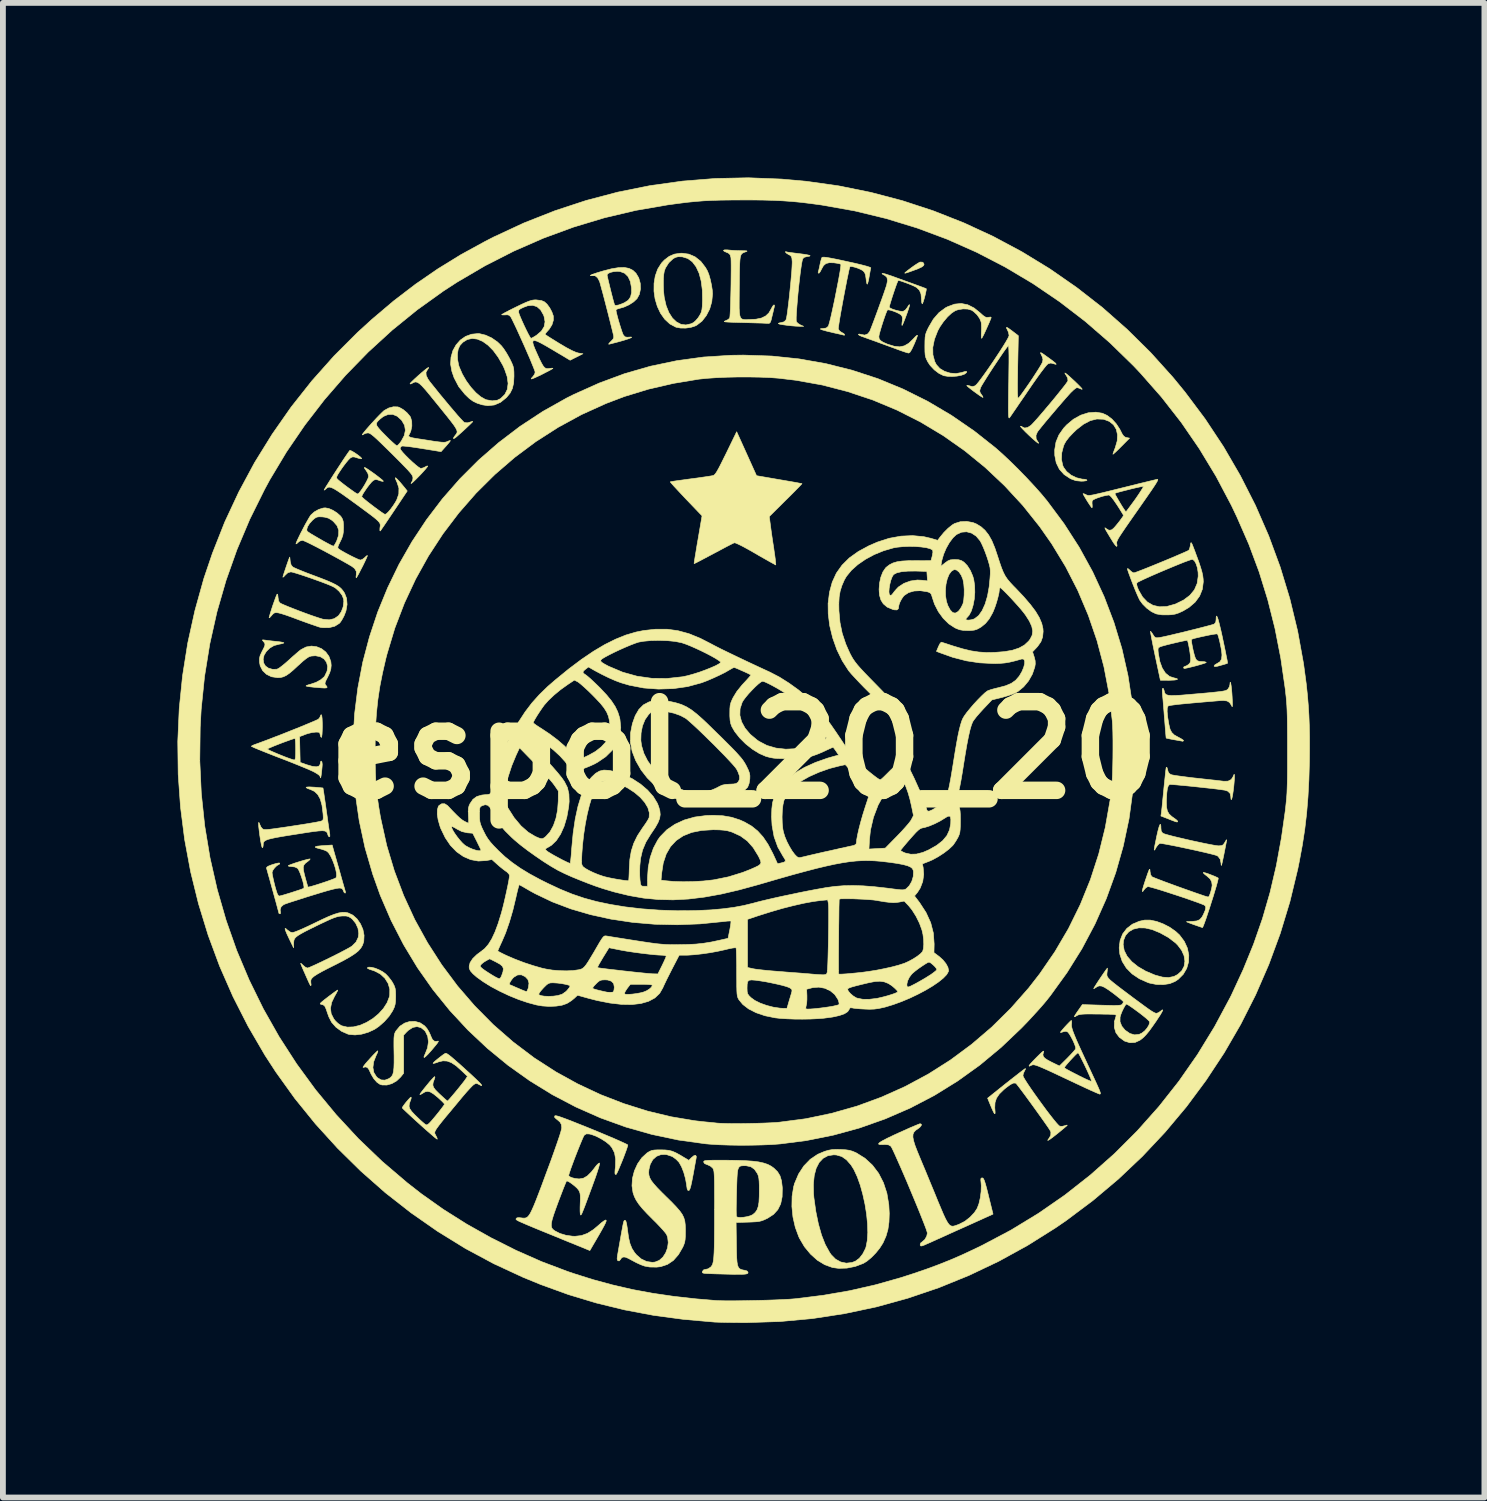
<source format=kicad_pcb>
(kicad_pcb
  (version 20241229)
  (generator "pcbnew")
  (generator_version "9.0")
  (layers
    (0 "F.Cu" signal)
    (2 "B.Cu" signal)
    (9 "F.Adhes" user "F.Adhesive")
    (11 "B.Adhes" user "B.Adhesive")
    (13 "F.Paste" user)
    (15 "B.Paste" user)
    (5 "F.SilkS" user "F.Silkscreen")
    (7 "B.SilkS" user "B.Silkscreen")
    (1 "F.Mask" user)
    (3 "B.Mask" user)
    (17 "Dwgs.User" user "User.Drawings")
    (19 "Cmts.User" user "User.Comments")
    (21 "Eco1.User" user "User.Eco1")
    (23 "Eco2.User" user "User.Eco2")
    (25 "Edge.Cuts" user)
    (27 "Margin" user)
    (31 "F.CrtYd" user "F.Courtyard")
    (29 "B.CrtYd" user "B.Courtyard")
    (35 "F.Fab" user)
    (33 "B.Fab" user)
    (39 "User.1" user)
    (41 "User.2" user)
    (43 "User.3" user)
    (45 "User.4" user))
  (footprint "espol_20_20"
    (layer "F.Cu")
    (at 9.736 9.842)
    (property "Reference" "espol_20_20" (at 0 0 0) (layer "F.SilkS") (effects (font (size 1.524 1.524) (thickness 0.3))))
    (attr through_hole)
    (fp_poly (pts (xy 3.065 -8.387) (xy 3.082 -8.374) (xy 3.093 -8.35) (xy 3.083 -8.327) (xy 3.049 -8.302) (xy 2.988 -8.274) (xy 2.919 -8.248) (xy 2.842 -8.22) (xy 2.792 -8.204) (xy 2.766 -8.197) (xy 2.761 -8.2) (xy 2.769 -8.21) (xy 2.815 -8.247) (xy 2.871 -8.289) (xy 2.928 -8.33) (xy 2.98 -8.364) (xy 3.016 -8.385) (xy 3.024 -8.389) (xy 3.065 -8.387)) (stroke (width 0.01) (type solid)) (fill yes) (layer "F.SilkS"))
    (fp_poly (pts (xy 6.98 2.919) (xy 7.089 2.942) (xy 7.204 2.985) (xy 7.316 3.043) (xy 7.417 3.114) (xy 7.483 3.175) (xy 7.565 3.285) (xy 7.618 3.401) (xy 7.642 3.52) (xy 7.638 3.638) (xy 7.606 3.749) (xy 7.547 3.85) (xy 7.461 3.936) (xy 7.404 3.974) (xy 7.313 4.011) (xy 7.205 4.027) (xy 7.087 4.025) (xy 6.971 4.002) (xy 6.942 3.993) (xy 6.793 3.927) (xy 6.668 3.843) (xy 6.569 3.743) (xy 6.498 3.629) (xy 6.457 3.504) (xy 6.446 3.396) (xy 6.453 3.339) (xy 6.514 3.339) (xy 6.532 3.441) (xy 6.582 3.54) (xy 6.662 3.633) (xy 6.769 3.719) (xy 6.901 3.796) (xy 7.057 3.862) (xy 7.069 3.866) (xy 7.192 3.899) (xy 7.296 3.906) (xy 7.388 3.887) (xy 7.452 3.853) (xy 7.521 3.79) (xy 7.562 3.712) (xy 7.575 3.625) (xy 7.561 3.532) (xy 7.519 3.438) (xy 7.451 3.348) (xy 7.413 3.31) (xy 7.291 3.217) (xy 7.147 3.137) (xy 7.01 3.081) (xy 6.892 3.054) (xy 6.784 3.052) (xy 6.689 3.074) (xy 6.611 3.119) (xy 6.554 3.184) (xy 6.521 3.267) (xy 6.514 3.339) (xy 6.453 3.339) (xy 6.462 3.268) (xy 6.506 3.156) (xy 6.577 3.063) (xy 6.673 2.989) (xy 6.791 2.939) (xy 6.883 2.919) (xy 6.98 2.919)) (stroke (width 0.01) (type solid)) (fill yes) (layer "F.SilkS"))
    (fp_poly (pts (xy 0.729 -8.565) (xy 0.733 -8.563) (xy 0.758 -8.558) (xy 0.809 -8.551) (xy 0.878 -8.542) (xy 0.945 -8.534) (xy 1.02 -8.524) (xy 1.082 -8.514) (xy 1.122 -8.505) (xy 1.135 -8.498) (xy 1.12 -8.488) (xy 1.084 -8.484) (xy 1.084 -8.484) (xy 1.032 -8.47) (xy 1.009 -8.446) (xy 1 -8.418) (xy 0.989 -8.362) (xy 0.977 -8.283) (xy 0.964 -8.186) (xy 0.951 -8.077) (xy 0.938 -7.96) (xy 0.926 -7.84) (xy 0.916 -7.724) (xy 0.907 -7.615) (xy 0.9 -7.519) (xy 0.896 -7.442) (xy 0.896 -7.388) (xy 0.899 -7.363) (xy 0.926 -7.335) (xy 0.967 -7.309) (xy 0.97 -7.308) (xy 1.024 -7.284) (xy 0.948 -7.285) (xy 0.892 -7.287) (xy 0.818 -7.293) (xy 0.745 -7.301) (xy 0.659 -7.313) (xy 0.607 -7.323) (xy 0.588 -7.333) (xy 0.603 -7.342) (xy 0.635 -7.348) (xy 0.687 -7.362) (xy 0.717 -7.39) (xy 0.722 -7.4) (xy 0.73 -7.43) (xy 0.74 -7.488) (xy 0.751 -7.569) (xy 0.763 -7.667) (xy 0.776 -7.777) (xy 0.788 -7.893) (xy 0.8 -8.01) (xy 0.81 -8.121) (xy 0.819 -8.222) (xy 0.824 -8.307) (xy 0.827 -8.371) (xy 0.827 -8.399) (xy 0.822 -8.454) (xy 0.812 -8.485) (xy 0.791 -8.505) (xy 0.767 -8.517) (xy 0.734 -8.537) (xy 0.714 -8.555) (xy 0.71 -8.567) (xy 0.729 -8.565)) (stroke (width 0.01) (type solid)) (fill yes) (layer "F.SilkS"))
    (fp_poly (pts (xy 7.162 1.3) (xy 7.163 1.337) (xy 7.168 1.389) (xy 7.189 1.42) (xy 7.201 1.428) (xy 7.23 1.44) (xy 7.286 1.456) (xy 7.365 1.477) (xy 7.46 1.5) (xy 7.567 1.525) (xy 7.679 1.551) (xy 7.791 1.575) (xy 7.898 1.598) (xy 7.994 1.617) (xy 8.074 1.632) (xy 8.132 1.641) (xy 8.157 1.643) (xy 8.205 1.639) (xy 8.234 1.624) (xy 8.259 1.588) (xy 8.264 1.579) (xy 8.285 1.544) (xy 8.293 1.538) (xy 8.291 1.558) (xy 8.273 1.65) (xy 8.255 1.742) (xy 8.238 1.827) (xy 8.223 1.898) (xy 8.211 1.951) (xy 8.204 1.978) (xy 8.202 1.98) (xy 8.198 1.971) (xy 8.196 1.941) (xy 8.182 1.873) (xy 8.145 1.823) (xy 8.128 1.812) (xy 8.1 1.802) (xy 8.044 1.787) (xy 7.967 1.768) (xy 7.873 1.746) (xy 7.768 1.722) (xy 7.657 1.698) (xy 7.545 1.674) (xy 7.437 1.651) (xy 7.339 1.632) (xy 7.255 1.616) (xy 7.191 1.605) (xy 7.152 1.601) (xy 7.143 1.601) (xy 7.116 1.622) (xy 7.086 1.661) (xy 7.079 1.673) (xy 7.062 1.704) (xy 7.052 1.717) (xy 7.048 1.712) (xy 7.05 1.683) (xy 7.06 1.629) (xy 7.077 1.547) (xy 7.089 1.486) (xy 7.112 1.386) (xy 7.131 1.317) (xy 7.145 1.28) (xy 7.156 1.273) (xy 7.162 1.3)) (stroke (width 0.01) (type solid)) (fill yes) (layer "F.SilkS"))
    (fp_poly (pts (xy 5.537 -6.469) (xy 5.582 -6.431) (xy 5.651 -6.368) (xy 5.69 -6.332) (xy 5.755 -6.268) (xy 5.795 -6.226) (xy 5.811 -6.205) (xy 5.802 -6.203) (xy 5.796 -6.205) (xy 5.753 -6.223) (xy 5.722 -6.231) (xy 5.719 -6.231) (xy 5.697 -6.22) (xy 5.66 -6.19) (xy 5.615 -6.147) (xy 5.611 -6.143) (xy 5.575 -6.103) (xy 5.523 -6.045) (xy 5.46 -5.972) (xy 5.389 -5.89) (xy 5.315 -5.803) (xy 5.242 -5.717) (xy 5.174 -5.636) (xy 5.116 -5.565) (xy 5.071 -5.509) (xy 5.043 -5.473) (xy 5.041 -5.47) (xy 5.016 -5.41) (xy 5.019 -5.352) (xy 5.04 -5.314) (xy 5.059 -5.288) (xy 5.06 -5.274) (xy 5.045 -5.282) (xy 5.011 -5.309) (xy 4.962 -5.351) (xy 4.903 -5.405) (xy 4.896 -5.412) (xy 4.838 -5.468) (xy 4.791 -5.516) (xy 4.76 -5.55) (xy 4.749 -5.567) (xy 4.749 -5.568) (xy 4.767 -5.566) (xy 4.779 -5.557) (xy 4.821 -5.537) (xy 4.873 -5.546) (xy 4.929 -5.582) (xy 4.948 -5.601) (xy 4.994 -5.65) (xy 5.052 -5.715) (xy 5.119 -5.793) (xy 5.191 -5.878) (xy 5.266 -5.967) (xy 5.339 -6.055) (xy 5.407 -6.139) (xy 5.467 -6.214) (xy 5.516 -6.276) (xy 5.549 -6.322) (xy 5.565 -6.346) (xy 5.565 -6.347) (xy 5.561 -6.397) (xy 5.539 -6.436) (xy 5.515 -6.472) (xy 5.514 -6.483) (xy 5.537 -6.469)) (stroke (width 0.01) (type solid)) (fill yes) (layer "F.SilkS"))
    (fp_poly (pts (xy 6.157 -5.791) (xy 6.239 -5.753) (xy 6.322 -5.69) (xy 6.397 -5.607) (xy 6.458 -5.513) (xy 6.468 -5.493) (xy 6.498 -5.434) (xy 6.523 -5.399) (xy 6.549 -5.38) (xy 6.572 -5.373) (xy 6.624 -5.363) (xy 6.484 -5.222) (xy 6.429 -5.167) (xy 6.383 -5.123) (xy 6.351 -5.095) (xy 6.339 -5.086) (xy 6.342 -5.102) (xy 6.356 -5.142) (xy 6.377 -5.196) (xy 6.378 -5.198) (xy 6.412 -5.315) (xy 6.417 -5.421) (xy 6.396 -5.515) (xy 6.349 -5.592) (xy 6.278 -5.65) (xy 6.184 -5.686) (xy 6.172 -5.688) (xy 6.062 -5.692) (xy 5.949 -5.664) (xy 5.833 -5.603) (xy 5.712 -5.509) (xy 5.654 -5.453) (xy 5.585 -5.38) (xy 5.537 -5.319) (xy 5.504 -5.263) (xy 5.489 -5.226) (xy 5.459 -5.111) (xy 5.454 -4.997) (xy 5.476 -4.895) (xy 5.488 -4.865) (xy 5.541 -4.791) (xy 5.618 -4.728) (xy 5.71 -4.683) (xy 5.809 -4.659) (xy 5.846 -4.657) (xy 5.88 -4.651) (xy 5.893 -4.64) (xy 5.877 -4.631) (xy 5.838 -4.625) (xy 5.795 -4.623) (xy 5.702 -4.632) (xy 5.616 -4.663) (xy 5.608 -4.667) (xy 5.5 -4.738) (xy 5.418 -4.829) (xy 5.364 -4.94) (xy 5.339 -5.067) (xy 5.338 -5.163) (xy 5.36 -5.296) (xy 5.411 -5.419) (xy 5.492 -5.535) (xy 5.543 -5.59) (xy 5.66 -5.688) (xy 5.786 -5.758) (xy 5.915 -5.799) (xy 6.045 -5.809) (xy 6.157 -5.791)) (stroke (width 0.01) (type solid)) (fill yes) (layer "F.SilkS"))
    (fp_poly (pts (xy -5.425 -6.561) (xy -5.441 -6.539) (xy -5.466 -6.494) (xy -5.463 -6.442) (xy -5.432 -6.378) (xy -5.398 -6.33) (xy -5.316 -6.228) (xy -5.232 -6.123) (xy -5.147 -6.021) (xy -5.066 -5.923) (xy -4.99 -5.834) (xy -4.924 -5.756) (xy -4.869 -5.695) (xy -4.829 -5.652) (xy -4.807 -5.632) (xy -4.806 -5.631) (xy -4.756 -5.626) (xy -4.72 -5.635) (xy -4.683 -5.647) (xy -4.662 -5.65) (xy -4.662 -5.65) (xy -4.671 -5.637) (xy -4.701 -5.607) (xy -4.744 -5.566) (xy -4.795 -5.518) (xy -4.849 -5.468) (xy -4.9 -5.423) (xy -4.942 -5.386) (xy -4.97 -5.364) (xy -4.974 -5.362) (xy -4.993 -5.356) (xy -4.995 -5.36) (xy -4.986 -5.38) (xy -4.963 -5.412) (xy -4.961 -5.414) (xy -4.947 -5.432) (xy -4.937 -5.448) (xy -4.931 -5.465) (xy -4.932 -5.485) (xy -4.941 -5.511) (xy -4.96 -5.546) (xy -4.99 -5.591) (xy -5.034 -5.649) (xy -5.092 -5.723) (xy -5.166 -5.815) (xy -5.258 -5.929) (xy -5.369 -6.065) (xy -5.397 -6.1) (xy -5.472 -6.19) (xy -5.531 -6.256) (xy -5.577 -6.299) (xy -5.615 -6.323) (xy -5.647 -6.329) (xy -5.677 -6.321) (xy -5.698 -6.309) (xy -5.727 -6.294) (xy -5.74 -6.297) (xy -5.74 -6.298) (xy -5.729 -6.314) (xy -5.697 -6.346) (xy -5.652 -6.389) (xy -5.599 -6.437) (xy -5.544 -6.485) (xy -5.493 -6.528) (xy -5.452 -6.56) (xy -5.426 -6.577) (xy -5.421 -6.578) (xy -5.425 -6.561)) (stroke (width 0.01) (type solid)) (fill yes) (layer "F.SilkS"))
    (fp_poly (pts (xy -4.545 -7.158) (xy -4.442 -7.133) (xy -4.336 -7.084) (xy -4.238 -7.016) (xy -4.172 -6.952) (xy -4.128 -6.896) (xy -4.08 -6.822) (xy -4.036 -6.744) (xy -4.025 -6.724) (xy -3.991 -6.654) (xy -3.97 -6.602) (xy -3.959 -6.554) (xy -3.955 -6.499) (xy -3.954 -6.427) (xy -3.96 -6.31) (xy -3.982 -6.215) (xy -4.022 -6.135) (xy -4.083 -6.061) (xy -4.088 -6.057) (xy -4.186 -5.978) (xy -4.291 -5.933) (xy -4.404 -5.921) (xy -4.5 -5.936) (xy -4.586 -5.963) (xy -4.656 -5.997) (xy -4.721 -6.044) (xy -4.793 -6.113) (xy -4.796 -6.116) (xy -4.903 -6.248) (xy -4.983 -6.401) (xy -5.021 -6.511) (xy -5.043 -6.634) (xy -5.036 -6.754) (xy -5.02 -6.809) (xy -4.926 -6.809) (xy -4.923 -6.714) (xy -4.905 -6.619) (xy -4.894 -6.585) (xy -4.841 -6.463) (xy -4.773 -6.346) (xy -4.695 -6.239) (xy -4.611 -6.146) (xy -4.526 -6.074) (xy -4.445 -6.028) (xy -4.427 -6.022) (xy -4.329 -6.004) (xy -4.242 -6.014) (xy -4.183 -6.043) (xy -4.111 -6.114) (xy -4.068 -6.201) (xy -4.055 -6.303) (xy -4.071 -6.421) (xy -4.117 -6.553) (xy -4.144 -6.612) (xy -4.224 -6.752) (xy -4.31 -6.869) (xy -4.4 -6.96) (xy -4.492 -7.026) (xy -4.584 -7.065) (xy -4.673 -7.076) (xy -4.756 -7.058) (xy -4.833 -7.01) (xy -4.883 -6.955) (xy -4.912 -6.892) (xy -4.926 -6.809) (xy -5.02 -6.809) (xy -5.004 -6.866) (xy -4.949 -6.965) (xy -4.876 -7.048) (xy -4.786 -7.111) (xy -4.683 -7.149) (xy -4.57 -7.16) (xy -4.545 -7.158)) (stroke (width 0.01) (type solid)) (fill yes) (layer "F.SilkS"))
    (fp_poly (pts (xy 4.835 5.481) (xy 4.82 5.51) (xy 4.819 5.511) (xy 4.799 5.556) (xy 4.792 5.593) (xy 4.802 5.618) (xy 4.83 5.666) (xy 4.872 5.732) (xy 4.926 5.812) (xy 4.988 5.901) (xy 5.056 5.996) (xy 5.126 6.092) (xy 5.195 6.186) (xy 5.261 6.272) (xy 5.32 6.347) (xy 5.369 6.406) (xy 5.405 6.445) (xy 5.425 6.461) (xy 5.469 6.462) (xy 5.508 6.453) (xy 5.541 6.443) (xy 5.554 6.443) (xy 5.542 6.456) (xy 5.508 6.485) (xy 5.458 6.527) (xy 5.397 6.577) (xy 5.396 6.578) (xy 5.317 6.64) (xy 5.261 6.682) (xy 5.227 6.703) (xy 5.217 6.703) (xy 5.231 6.681) (xy 5.236 6.676) (xy 5.27 6.618) (xy 5.272 6.562) (xy 5.267 6.548) (xy 5.254 6.525) (xy 5.224 6.479) (xy 5.18 6.416) (xy 5.125 6.338) (xy 5.063 6.251) (xy 4.997 6.159) (xy 4.929 6.065) (xy 4.863 5.975) (xy 4.802 5.892) (xy 4.749 5.821) (xy 4.707 5.766) (xy 4.679 5.731) (xy 4.669 5.721) (xy 4.633 5.718) (xy 4.579 5.743) (xy 4.506 5.796) (xy 4.465 5.83) (xy 4.387 5.906) (xy 4.337 5.979) (xy 4.312 6.056) (xy 4.308 6.143) (xy 4.31 6.168) (xy 4.314 6.22) (xy 4.312 6.246) (xy 4.303 6.245) (xy 4.285 6.215) (xy 4.258 6.155) (xy 4.233 6.096) (xy 4.185 5.979) (xy 4.503 5.724) (xy 4.593 5.653) (xy 4.674 5.59) (xy 4.742 5.537) (xy 4.794 5.497) (xy 4.826 5.474) (xy 4.834 5.469) (xy 4.835 5.481)) (stroke (width 0.01) (type solid)) (fill yes) (layer "F.SilkS"))
    (fp_poly (pts (xy -0.949 -8.525) (xy -0.841 -8.478) (xy -0.744 -8.401) (xy -0.663 -8.295) (xy -0.63 -8.237) (xy -0.605 -8.175) (xy -0.581 -8.091) (xy -0.561 -7.999) (xy -0.547 -7.911) (xy -0.542 -7.842) (xy -0.555 -7.708) (xy -0.591 -7.582) (xy -0.649 -7.469) (xy -0.723 -7.374) (xy -0.812 -7.305) (xy -0.839 -7.291) (xy -0.913 -7.267) (xy -1.003 -7.254) (xy -1.092 -7.255) (xy -1.167 -7.269) (xy -1.173 -7.271) (xy -1.276 -7.326) (xy -1.364 -7.408) (xy -1.436 -7.51) (xy -1.491 -7.627) (xy -1.529 -7.755) (xy -1.548 -7.888) (xy -1.547 -7.994) (xy -1.387 -7.994) (xy -1.384 -7.896) (xy -1.375 -7.806) (xy -1.371 -7.776) (xy -1.339 -7.638) (xy -1.292 -7.521) (xy -1.232 -7.427) (xy -1.162 -7.36) (xy -1.084 -7.319) (xy -1 -7.308) (xy -0.912 -7.328) (xy -0.872 -7.347) (xy -0.835 -7.378) (xy -0.793 -7.426) (xy -0.771 -7.459) (xy -0.748 -7.498) (xy -0.733 -7.533) (xy -0.724 -7.573) (xy -0.718 -7.628) (xy -0.715 -7.705) (xy -0.714 -7.73) (xy -0.717 -7.906) (xy -0.737 -8.062) (xy -0.773 -8.197) (xy -0.824 -8.307) (xy -0.889 -8.393) (xy -0.967 -8.45) (xy -1.057 -8.478) (xy -1.071 -8.479) (xy -1.132 -8.481) (xy -1.177 -8.47) (xy -1.219 -8.447) (xy -1.294 -8.377) (xy -1.351 -8.287) (xy -1.371 -8.232) (xy -1.381 -8.172) (xy -1.387 -8.09) (xy -1.387 -7.994) (xy -1.547 -7.994) (xy -1.547 -8.021) (xy -1.526 -8.15) (xy -1.484 -8.268) (xy -1.419 -8.371) (xy -1.369 -8.424) (xy -1.285 -8.488) (xy -1.197 -8.525) (xy -1.096 -8.54) (xy -1.067 -8.541) (xy -0.949 -8.525)) (stroke (width 0.01) (type solid)) (fill yes) (layer "F.SilkS"))
    (fp_poly (pts (xy -6.402 3.73) (xy -6.341 3.745) (xy -6.275 3.772) (xy -6.211 3.806) (xy -6.158 3.845) (xy -6.108 3.898) (xy -6.059 3.962) (xy -6.036 3.999) (xy -6.011 4.048) (xy -5.996 4.092) (xy -5.989 4.141) (xy -5.987 4.208) (xy -5.987 4.233) (xy -5.989 4.31) (xy -5.996 4.366) (xy -6.01 4.415) (xy -6.035 4.469) (xy -6.04 4.479) (xy -6.1 4.571) (xy -6.182 4.663) (xy -6.275 4.745) (xy -6.35 4.796) (xy -6.458 4.846) (xy -6.572 4.879) (xy -6.684 4.892) (xy -6.783 4.884) (xy -6.807 4.878) (xy -6.916 4.83) (xy -7.012 4.76) (xy -7.088 4.674) (xy -7.135 4.582) (xy -7.158 4.518) (xy -7.18 4.453) (xy -7.183 4.445) (xy -7.204 4.399) (xy -7.231 4.376) (xy -7.256 4.369) (xy -7.276 4.364) (xy -7.284 4.357) (xy -7.276 4.343) (xy -7.25 4.319) (xy -7.203 4.281) (xy -7.147 4.238) (xy -7.084 4.191) (xy -7.033 4.153) (xy -6.996 4.128) (xy -6.982 4.121) (xy -6.982 4.121) (xy -6.987 4.137) (xy -7.006 4.174) (xy -7.034 4.224) (xy -7.035 4.224) (xy -7.087 4.333) (xy -7.107 4.434) (xy -7.095 4.528) (xy -7.05 4.617) (xy -7.022 4.652) (xy -6.977 4.695) (xy -6.928 4.728) (xy -6.914 4.735) (xy -6.818 4.758) (xy -6.711 4.754) (xy -6.599 4.726) (xy -6.487 4.677) (xy -6.379 4.611) (xy -6.281 4.53) (xy -6.198 4.439) (xy -6.134 4.339) (xy -6.094 4.235) (xy -6.089 4.207) (xy -6.088 4.104) (xy -6.117 4.006) (xy -6.172 3.918) (xy -6.251 3.845) (xy -6.348 3.794) (xy -6.382 3.782) (xy -6.433 3.766) (xy -6.467 3.75) (xy -6.475 3.74) (xy -6.449 3.727) (xy -6.402 3.73)) (stroke (width 0.01) (type solid)) (fill yes) (layer "F.SilkS"))
    (fp_poly (pts (xy 3.843 -7.655) (xy 3.952 -7.6) (xy 4.055 -7.517) (xy 4.105 -7.472) (xy 4.14 -7.447) (xy 4.168 -7.437) (xy 4.197 -7.439) (xy 4.201 -7.44) (xy 4.237 -7.444) (xy 4.247 -7.434) (xy 4.245 -7.429) (xy 4.215 -7.355) (xy 4.181 -7.279) (xy 4.149 -7.207) (xy 4.12 -7.145) (xy 4.097 -7.101) (xy 4.084 -7.079) (xy 4.082 -7.078) (xy 4.077 -7.094) (xy 4.076 -7.134) (xy 4.078 -7.188) (xy 4.08 -7.256) (xy 4.078 -7.321) (xy 4.074 -7.358) (xy 4.049 -7.419) (xy 4.004 -7.483) (xy 3.947 -7.537) (xy 3.91 -7.562) (xy 3.844 -7.581) (xy 3.763 -7.584) (xy 3.681 -7.571) (xy 3.632 -7.555) (xy 3.567 -7.513) (xy 3.496 -7.447) (xy 3.426 -7.364) (xy 3.364 -7.274) (xy 3.328 -7.208) (xy 3.271 -7.061) (xy 3.243 -6.922) (xy 3.245 -6.795) (xy 3.276 -6.68) (xy 3.304 -6.626) (xy 3.363 -6.56) (xy 3.445 -6.511) (xy 3.54 -6.481) (xy 3.641 -6.473) (xy 3.737 -6.49) (xy 3.742 -6.492) (xy 3.796 -6.508) (xy 3.822 -6.51) (xy 3.825 -6.497) (xy 3.82 -6.488) (xy 3.788 -6.463) (xy 3.731 -6.443) (xy 3.658 -6.429) (xy 3.578 -6.423) (xy 3.5 -6.425) (xy 3.433 -6.436) (xy 3.427 -6.438) (xy 3.349 -6.476) (xy 3.269 -6.537) (xy 3.199 -6.611) (xy 3.158 -6.672) (xy 3.136 -6.716) (xy 3.121 -6.753) (xy 3.112 -6.794) (xy 3.108 -6.848) (xy 3.107 -6.923) (xy 3.107 -6.951) (xy 3.108 -7.034) (xy 3.111 -7.094) (xy 3.118 -7.14) (xy 3.132 -7.184) (xy 3.155 -7.235) (xy 3.17 -7.266) (xy 3.253 -7.408) (xy 3.35 -7.52) (xy 3.462 -7.603) (xy 3.499 -7.622) (xy 3.618 -7.666) (xy 3.732 -7.677) (xy 3.843 -7.655)) (stroke (width 0.01) (type solid)) (fill yes) (layer "F.SilkS"))
    (fp_poly (pts (xy 7.267 0.297) (xy 7.278 0.331) (xy 7.285 0.364) (xy 7.303 0.396) (xy 7.332 0.417) (xy 7.361 0.425) (xy 7.417 0.435) (xy 7.497 0.446) (xy 7.595 0.459) (xy 7.706 0.473) (xy 7.781 0.481) (xy 7.898 0.494) (xy 8.006 0.506) (xy 8.101 0.516) (xy 8.176 0.525) (xy 8.227 0.531) (xy 8.243 0.533) (xy 8.317 0.531) (xy 8.372 0.503) (xy 8.402 0.456) (xy 8.416 0.421) (xy 8.425 0.415) (xy 8.428 0.438) (xy 8.426 0.492) (xy 8.419 0.578) (xy 8.415 0.621) (xy 8.405 0.703) (xy 8.395 0.77) (xy 8.385 0.819) (xy 8.376 0.846) (xy 8.369 0.847) (xy 8.365 0.819) (xy 8.365 0.8) (xy 8.352 0.742) (xy 8.312 0.703) (xy 8.259 0.686) (xy 8.209 0.679) (xy 8.137 0.669) (xy 8.046 0.658) (xy 7.943 0.647) (xy 7.833 0.635) (xy 7.721 0.623) (xy 7.613 0.612) (xy 7.514 0.603) (xy 7.429 0.595) (xy 7.363 0.59) (xy 7.323 0.588) (xy 7.313 0.588) (xy 7.291 0.609) (xy 7.274 0.657) (xy 7.264 0.736) (xy 7.258 0.846) (xy 7.257 0.89) (xy 7.26 0.979) (xy 7.274 1.045) (xy 7.303 1.095) (xy 7.35 1.139) (xy 7.383 1.162) (xy 7.423 1.191) (xy 7.447 1.214) (xy 7.451 1.221) (xy 7.449 1.23) (xy 7.44 1.233) (xy 7.417 1.228) (xy 7.376 1.213) (xy 7.31 1.188) (xy 7.294 1.181) (xy 7.163 1.13) (xy 7.172 1.069) (xy 7.176 1.034) (xy 7.183 0.971) (xy 7.191 0.887) (xy 7.201 0.787) (xy 7.212 0.678) (xy 7.214 0.653) (xy 7.225 0.547) (xy 7.235 0.453) (xy 7.243 0.376) (xy 7.25 0.321) (xy 7.255 0.293) (xy 7.256 0.291) (xy 7.267 0.297)) (stroke (width 0.01) (type solid)) (fill yes) (layer "F.SilkS"))
    (fp_poly (pts (xy 0.044 -5.095) (xy 0.214 -4.718) (xy 0.602 -4.651) (xy 0.713 -4.632) (xy 0.811 -4.615) (xy 0.893 -4.601) (xy 0.954 -4.589) (xy 0.989 -4.583) (xy 0.995 -4.581) (xy 0.985 -4.569) (xy 0.954 -4.536) (xy 0.905 -4.486) (xy 0.842 -4.422) (xy 0.768 -4.348) (xy 0.716 -4.297) (xy 0.433 -4.016) (xy 0.454 -3.858) (xy 0.464 -3.782) (xy 0.478 -3.683) (xy 0.494 -3.575) (xy 0.511 -3.466) (xy 0.514 -3.442) (xy 0.527 -3.353) (xy 0.537 -3.278) (xy 0.543 -3.221) (xy 0.545 -3.189) (xy 0.544 -3.184) (xy 0.527 -3.193) (xy 0.485 -3.216) (xy 0.422 -3.251) (xy 0.343 -3.296) (xy 0.251 -3.348) (xy 0.197 -3.38) (xy 0.076 -3.449) (xy -0.023 -3.503) (xy -0.098 -3.54) (xy -0.147 -3.561) (xy -0.168 -3.565) (xy -0.192 -3.554) (xy -0.24 -3.53) (xy -0.308 -3.495) (xy -0.392 -3.45) (xy -0.486 -3.4) (xy -0.526 -3.379) (xy -0.622 -3.328) (xy -0.707 -3.283) (xy -0.777 -3.246) (xy -0.828 -3.22) (xy -0.855 -3.208) (xy -0.858 -3.207) (xy -0.857 -3.224) (xy -0.85 -3.27) (xy -0.839 -3.34) (xy -0.824 -3.429) (xy -0.807 -3.534) (xy -0.792 -3.619) (xy -0.722 -4.028) (xy -0.999 -4.317) (xy -1.076 -4.399) (xy -1.144 -4.472) (xy -1.201 -4.533) (xy -1.242 -4.579) (xy -1.265 -4.606) (xy -1.268 -4.612) (xy -1.25 -4.616) (xy -1.204 -4.624) (xy -1.134 -4.634) (xy -1.045 -4.646) (xy -0.944 -4.66) (xy -0.914 -4.664) (xy -0.807 -4.678) (xy -0.71 -4.692) (xy -0.627 -4.704) (xy -0.565 -4.714) (xy -0.53 -4.721) (xy -0.527 -4.722) (xy -0.511 -4.732) (xy -0.491 -4.754) (xy -0.466 -4.792) (xy -0.434 -4.849) (xy -0.393 -4.929) (xy -0.341 -5.034) (xy -0.306 -5.104) (xy -0.127 -5.473) (xy 0.044 -5.095)) (stroke (width 0.01) (type solid)) (fill yes) (layer "F.SilkS"))
    (fp_poly (pts (xy -7.397 0.634) (xy -7.392 0.634) (xy -7.324 0.64) (xy -7.271 0.645) (xy -7.24 0.648) (xy -7.236 0.649) (xy -7.233 0.666) (xy -7.225 0.712) (xy -7.215 0.782) (xy -7.202 0.871) (xy -7.187 0.974) (xy -7.18 1.025) (xy -7.164 1.136) (xy -7.15 1.238) (xy -7.137 1.326) (xy -7.127 1.394) (xy -7.12 1.435) (xy -7.119 1.444) (xy -7.118 1.48) (xy -7.13 1.489) (xy -7.146 1.469) (xy -7.153 1.448) (xy -7.163 1.419) (xy -7.179 1.399) (xy -7.207 1.387) (xy -7.249 1.383) (xy -7.312 1.387) (xy -7.399 1.397) (xy -7.514 1.414) (xy -7.692 1.442) (xy -7.839 1.465) (xy -7.959 1.485) (xy -8.053 1.502) (xy -8.126 1.518) (xy -8.18 1.532) (xy -8.217 1.547) (xy -8.241 1.562) (xy -8.255 1.579) (xy -8.262 1.598) (xy -8.263 1.62) (xy -8.263 1.628) (xy -8.268 1.663) (xy -8.278 1.676) (xy -8.285 1.661) (xy -8.296 1.618) (xy -8.308 1.554) (xy -8.32 1.475) (xy -8.322 1.464) (xy -8.332 1.383) (xy -8.34 1.314) (xy -8.343 1.265) (xy -8.343 1.242) (xy -8.342 1.242) (xy -8.332 1.248) (xy -8.322 1.275) (xy -8.301 1.32) (xy -8.279 1.347) (xy -8.268 1.355) (xy -8.254 1.361) (xy -8.231 1.363) (xy -8.197 1.362) (xy -8.148 1.358) (xy -8.079 1.349) (xy -7.987 1.336) (xy -7.868 1.319) (xy -7.777 1.305) (xy -7.653 1.286) (xy -7.538 1.268) (xy -7.437 1.251) (xy -7.356 1.237) (xy -7.297 1.225) (xy -7.267 1.218) (xy -7.266 1.218) (xy -7.245 1.207) (xy -7.234 1.191) (xy -7.231 1.162) (xy -7.233 1.111) (xy -7.236 1.079) (xy -7.253 0.945) (xy -7.282 0.84) (xy -7.325 0.762) (xy -7.382 0.707) (xy -7.448 0.676) (xy -7.504 0.656) (xy -7.526 0.641) (xy -7.516 0.633) (xy -7.473 0.63) (xy -7.397 0.634)) (stroke (width 0.01) (type solid)) (fill yes) (layer "F.SilkS"))
    (fp_poly (pts (xy 1.665 6.861) (xy 1.748 6.866) (xy 1.81 6.875) (xy 1.864 6.891) (xy 1.922 6.916) (xy 1.932 6.921) (xy 2.079 7.013) (xy 2.206 7.13) (xy 2.312 7.27) (xy 2.395 7.432) (xy 2.454 7.612) (xy 2.487 7.809) (xy 2.495 7.959) (xy 2.49 8.107) (xy 2.472 8.234) (xy 2.439 8.35) (xy 2.388 8.465) (xy 2.382 8.475) (xy 2.331 8.555) (xy 2.264 8.638) (xy 2.188 8.716) (xy 2.111 8.78) (xy 2.049 8.818) (xy 1.911 8.87) (xy 1.766 8.899) (xy 1.624 8.903) (xy 1.52 8.889) (xy 1.387 8.841) (xy 1.259 8.763) (xy 1.142 8.658) (xy 1.038 8.532) (xy 0.952 8.386) (xy 0.94 8.36) (xy 0.88 8.197) (xy 0.84 8.021) (xy 0.822 7.841) (xy 0.825 7.665) (xy 0.852 7.501) (xy 0.866 7.453) (xy 1.191 7.453) (xy 1.194 7.621) (xy 1.2 7.69) (xy 1.233 7.926) (xy 1.277 8.14) (xy 1.331 8.331) (xy 1.395 8.494) (xy 1.469 8.628) (xy 1.496 8.668) (xy 1.572 8.745) (xy 1.661 8.794) (xy 1.757 8.814) (xy 1.854 8.803) (xy 1.915 8.779) (xy 1.981 8.73) (xy 2.039 8.656) (xy 2.084 8.568) (xy 2.095 8.539) (xy 2.117 8.426) (xy 2.126 8.29) (xy 2.121 8.136) (xy 2.105 7.971) (xy 2.078 7.802) (xy 2.041 7.634) (xy 1.997 7.474) (xy 1.945 7.329) (xy 1.887 7.205) (xy 1.837 7.125) (xy 1.759 7.037) (xy 1.678 6.981) (xy 1.588 6.955) (xy 1.54 6.952) (xy 1.441 6.967) (xy 1.358 7.012) (xy 1.29 7.084) (xy 1.239 7.183) (xy 1.206 7.306) (xy 1.191 7.453) (xy 0.866 7.453) (xy 0.869 7.442) (xy 0.937 7.282) (xy 1.027 7.144) (xy 1.137 7.03) (xy 1.266 6.943) (xy 1.385 6.893) (xy 1.454 6.873) (xy 1.517 6.862) (xy 1.586 6.859) (xy 1.665 6.861)) (stroke (width 0.01) (type solid)) (fill yes) (layer "F.SilkS"))
    (fp_poly (pts (xy 8.363 -1.149) (xy 8.37 -1.108) (xy 8.377 -1.049) (xy 8.383 -0.979) (xy 8.387 -0.914) (xy 8.391 -0.832) (xy 8.393 -0.78) (xy 8.391 -0.753) (xy 8.387 -0.749) (xy 8.378 -0.763) (xy 8.373 -0.775) (xy 8.342 -0.821) (xy 8.299 -0.847) (xy 8.235 -0.855) (xy 8.187 -0.853) (xy 7.982 -0.836) (xy 7.809 -0.821) (xy 7.664 -0.808) (xy 7.547 -0.797) (xy 7.455 -0.788) (xy 7.385 -0.779) (xy 7.335 -0.772) (xy 7.303 -0.766) (xy 7.287 -0.76) (xy 7.286 -0.759) (xy 7.272 -0.727) (xy 7.27 -0.664) (xy 7.279 -0.569) (xy 7.3 -0.444) (xy 7.301 -0.44) (xy 7.32 -0.361) (xy 7.349 -0.305) (xy 7.393 -0.262) (xy 7.46 -0.225) (xy 7.509 -0.199) (xy 7.542 -0.177) (xy 7.552 -0.166) (xy 7.541 -0.154) (xy 7.54 -0.154) (xy 7.518 -0.158) (xy 7.472 -0.166) (xy 7.41 -0.177) (xy 7.392 -0.18) (xy 7.329 -0.192) (xy 7.281 -0.202) (xy 7.256 -0.208) (xy 7.254 -0.208) (xy 7.251 -0.225) (xy 7.247 -0.271) (xy 7.241 -0.341) (xy 7.234 -0.429) (xy 7.226 -0.531) (xy 7.223 -0.559) (xy 7.215 -0.67) (xy 7.206 -0.774) (xy 7.199 -0.865) (xy 7.192 -0.937) (xy 7.188 -0.983) (xy 7.188 -0.986) (xy 7.186 -1.037) (xy 7.192 -1.063) (xy 7.203 -1.063) (xy 7.216 -1.033) (xy 7.22 -1.016) (xy 7.227 -0.989) (xy 7.239 -0.968) (xy 7.26 -0.953) (xy 7.293 -0.944) (xy 7.342 -0.94) (xy 7.411 -0.941) (xy 7.504 -0.946) (xy 7.624 -0.956) (xy 7.715 -0.964) (xy 7.868 -0.977) (xy 7.99 -0.988) (xy 8.087 -0.998) (xy 8.16 -1.006) (xy 8.214 -1.013) (xy 8.252 -1.02) (xy 8.279 -1.027) (xy 8.297 -1.036) (xy 8.31 -1.046) (xy 8.316 -1.052) (xy 8.341 -1.093) (xy 8.349 -1.13) (xy 8.352 -1.165) (xy 8.357 -1.169) (xy 8.363 -1.149)) (stroke (width 0.01) (type solid)) (fill yes) (layer "F.SilkS"))
    (fp_poly (pts (xy -5.567 4.684) (xy -5.49 4.736) (xy -5.45 4.781) (xy -5.416 4.837) (xy -5.388 4.897) (xy -5.382 4.914) (xy -5.355 4.972) (xy -5.318 5.002) (xy -5.276 5.002) (xy -5.257 4.997) (xy -5.253 5.004) (xy -5.265 5.026) (xy -5.295 5.065) (xy -5.345 5.125) (xy -5.372 5.157) (xy -5.432 5.224) (xy -5.474 5.265) (xy -5.497 5.281) (xy -5.501 5.269) (xy -5.486 5.231) (xy -5.481 5.221) (xy -5.439 5.114) (xy -5.424 5.011) (xy -5.436 4.916) (xy -5.475 4.835) (xy -5.488 4.818) (xy -5.551 4.767) (xy -5.62 4.749) (xy -5.692 4.763) (xy -5.766 4.81) (xy -5.8 4.842) (xy -5.85 4.896) (xy -5.85 5.551) (xy -5.902 5.616) (xy -5.971 5.682) (xy -6.053 5.729) (xy -6.138 5.753) (xy -6.22 5.752) (xy -6.257 5.741) (xy -6.309 5.705) (xy -6.362 5.645) (xy -6.408 5.568) (xy -6.418 5.546) (xy -6.447 5.485) (xy -6.473 5.452) (xy -6.502 5.442) (xy -6.526 5.446) (xy -6.547 5.451) (xy -6.544 5.438) (xy -6.534 5.424) (xy -6.507 5.388) (xy -6.467 5.342) (xy -6.421 5.291) (xy -6.375 5.241) (xy -6.334 5.2) (xy -6.305 5.172) (xy -6.295 5.165) (xy -6.294 5.178) (xy -6.307 5.213) (xy -6.323 5.246) (xy -6.365 5.353) (xy -6.378 5.452) (xy -6.362 5.538) (xy -6.318 5.609) (xy -6.298 5.629) (xy -6.236 5.665) (xy -6.172 5.669) (xy -6.112 5.647) (xy -6.079 5.627) (xy -6.054 5.602) (xy -6.036 5.569) (xy -6.024 5.522) (xy -6.017 5.457) (xy -6.014 5.37) (xy -6.014 5.254) (xy -6.015 5.202) (xy -6.017 5.091) (xy -6.017 5.008) (xy -6.016 4.948) (xy -6.012 4.906) (xy -6.006 4.875) (xy -5.997 4.851) (xy -5.984 4.827) (xy -5.979 4.82) (xy -5.914 4.742) (xy -5.833 4.689) (xy -5.745 4.661) (xy -5.654 4.66) (xy -5.567 4.684)) (stroke (width 0.01) (type solid)) (fill yes) (layer "F.SilkS"))
    (fp_poly (pts (xy -0.287 -8.598) (xy -0.267 -8.596) (xy -0.203 -8.59) (xy -0.123 -8.586) (xy -0.051 -8.584) (xy 0.012 -8.583) (xy 0.045 -8.581) (xy 0.051 -8.576) (xy 0.036 -8.568) (xy 0.022 -8.563) (xy -0.005 -8.553) (xy -0.026 -8.542) (xy -0.043 -8.528) (xy -0.055 -8.506) (xy -0.065 -8.472) (xy -0.071 -8.423) (xy -0.075 -8.356) (xy -0.078 -8.266) (xy -0.08 -8.151) (xy -0.081 -8.006) (xy -0.082 -7.971) (xy -0.083 -7.817) (xy -0.084 -7.693) (xy -0.084 -7.596) (xy -0.08 -7.523) (xy -0.073 -7.471) (xy -0.062 -7.436) (xy -0.045 -7.415) (xy -0.021 -7.404) (xy 0.01 -7.4) (xy 0.049 -7.4) (xy 0.084 -7.401) (xy 0.205 -7.407) (xy 0.3 -7.427) (xy 0.371 -7.462) (xy 0.426 -7.514) (xy 0.468 -7.587) (xy 0.469 -7.59) (xy 0.492 -7.631) (xy 0.511 -7.652) (xy 0.522 -7.649) (xy 0.52 -7.621) (xy 0.519 -7.616) (xy 0.51 -7.581) (xy 0.497 -7.524) (xy 0.481 -7.459) (xy 0.48 -7.455) (xy 0.465 -7.392) (xy 0.452 -7.356) (xy 0.438 -7.339) (xy 0.418 -7.335) (xy 0.399 -7.336) (xy 0.367 -7.337) (xy 0.307 -7.34) (xy 0.225 -7.342) (xy 0.126 -7.345) (xy 0.017 -7.348) (xy -0.017 -7.349) (xy -0.136 -7.352) (xy -0.224 -7.355) (xy -0.286 -7.358) (xy -0.323 -7.361) (xy -0.339 -7.365) (xy -0.339 -7.371) (xy -0.324 -7.378) (xy -0.319 -7.38) (xy -0.276 -7.4) (xy -0.249 -7.424) (xy -0.247 -7.429) (xy -0.243 -7.454) (xy -0.239 -7.509) (xy -0.235 -7.586) (xy -0.232 -7.682) (xy -0.229 -7.79) (xy -0.226 -7.906) (xy -0.224 -8.023) (xy -0.223 -8.138) (xy -0.222 -8.243) (xy -0.222 -8.335) (xy -0.223 -8.408) (xy -0.225 -8.456) (xy -0.227 -8.47) (xy -0.241 -8.516) (xy -0.27 -8.543) (xy -0.297 -8.554) (xy -0.342 -8.574) (xy -0.354 -8.59) (xy -0.335 -8.598) (xy -0.287 -8.598)) (stroke (width 0.01) (type solid)) (fill yes) (layer "F.SilkS"))
    (fp_poly (pts (xy 6.975 2.063) (xy 6.975 2.076) (xy 6.985 2.136) (xy 7.006 2.172) (xy 7.027 2.182) (xy 7.075 2.202) (xy 7.145 2.229) (xy 7.232 2.262) (xy 7.332 2.299) (xy 7.439 2.338) (xy 7.548 2.377) (xy 7.655 2.415) (xy 7.754 2.45) (xy 7.841 2.48) (xy 7.911 2.504) (xy 7.959 2.518) (xy 7.978 2.523) (xy 7.991 2.508) (xy 8.007 2.471) (xy 8.023 2.42) (xy 8.036 2.368) (xy 8.043 2.324) (xy 8.043 2.316) (xy 8.035 2.259) (xy 8.007 2.21) (xy 7.954 2.162) (xy 7.938 2.15) (xy 7.904 2.122) (xy 7.89 2.104) (xy 7.894 2.1) (xy 7.922 2.106) (xy 7.97 2.121) (xy 8.027 2.143) (xy 8.083 2.165) (xy 8.127 2.185) (xy 8.148 2.197) (xy 8.146 2.216) (xy 8.135 2.261) (xy 8.117 2.328) (xy 8.092 2.411) (xy 8.064 2.505) (xy 8.032 2.605) (xy 8 2.707) (xy 7.968 2.803) (xy 7.939 2.891) (xy 7.913 2.963) (xy 7.893 3.016) (xy 7.88 3.044) (xy 7.877 3.047) (xy 7.857 3.041) (xy 7.813 3.026) (xy 7.753 3.005) (xy 7.73 2.997) (xy 7.67 2.975) (xy 7.626 2.958) (xy 7.604 2.948) (xy 7.603 2.946) (xy 7.623 2.944) (xy 7.667 2.942) (xy 7.706 2.941) (xy 7.779 2.933) (xy 7.829 2.912) (xy 7.867 2.87) (xy 7.89 2.829) (xy 7.922 2.756) (xy 7.934 2.706) (xy 7.925 2.674) (xy 7.904 2.659) (xy 7.845 2.635) (xy 7.766 2.606) (xy 7.672 2.573) (xy 7.567 2.536) (xy 7.456 2.499) (xy 7.345 2.463) (xy 7.238 2.428) (xy 7.14 2.397) (xy 7.056 2.372) (xy 6.991 2.354) (xy 6.95 2.344) (xy 6.938 2.343) (xy 6.903 2.364) (xy 6.871 2.4) (xy 6.851 2.428) (xy 6.843 2.425) (xy 6.848 2.391) (xy 6.867 2.325) (xy 6.898 2.228) (xy 6.908 2.201) (xy 6.935 2.121) (xy 6.954 2.071) (xy 6.966 2.046) (xy 6.972 2.045) (xy 6.975 2.063)) (stroke (width 0.01) (type solid)) (fill yes) (layer "F.SilkS"))
    (fp_poly (pts (xy -1.977 -8.28) (xy -1.911 -8.247) (xy -1.858 -8.197) (xy -1.81 -8.117) (xy -1.784 -8.024) (xy -1.78 -7.927) (xy -1.799 -7.835) (xy -1.84 -7.76) (xy -1.898 -7.705) (xy -1.977 -7.654) (xy -2.064 -7.615) (xy -2.137 -7.594) (xy -2.178 -7.582) (xy -2.2 -7.567) (xy -2.201 -7.563) (xy -2.196 -7.53) (xy -2.182 -7.473) (xy -2.163 -7.401) (xy -2.14 -7.324) (xy -2.117 -7.25) (xy -2.096 -7.187) (xy -2.079 -7.144) (xy -2.073 -7.134) (xy -2.046 -7.104) (xy -2.01 -7.097) (xy -1.988 -7.098) (xy -1.944 -7.101) (xy -1.931 -7.097) (xy -1.947 -7.086) (xy -1.993 -7.068) (xy -2.065 -7.045) (xy -2.121 -7.029) (xy -2.197 -7.008) (xy -2.261 -6.992) (xy -2.307 -6.98) (xy -2.326 -6.977) (xy -2.324 -6.987) (xy -2.302 -7.012) (xy -2.286 -7.027) (xy -2.251 -7.065) (xy -2.239 -7.096) (xy -2.242 -7.125) (xy -2.261 -7.204) (xy -2.285 -7.3) (xy -2.312 -7.408) (xy -2.341 -7.523) (xy -2.371 -7.639) (xy -2.4 -7.751) (xy -2.427 -7.854) (xy -2.451 -7.941) (xy -2.469 -8.008) (xy -2.481 -8.049) (xy -2.483 -8.056) (xy -2.517 -8.119) (xy -2.56 -8.154) (xy -2.609 -8.157) (xy -2.609 -8.157) (xy -2.636 -8.155) (xy -2.642 -8.16) (xy -2.628 -8.168) (xy -2.354 -8.168) (xy -2.35 -8.145) (xy -2.339 -8.095) (xy -2.323 -8.028) (xy -2.304 -7.95) (xy -2.284 -7.869) (xy -2.264 -7.791) (xy -2.246 -7.723) (xy -2.232 -7.674) (xy -2.224 -7.65) (xy -2.224 -7.65) (xy -2.202 -7.643) (xy -2.156 -7.651) (xy -2.095 -7.673) (xy -2.056 -7.69) (xy -1.991 -7.732) (xy -1.951 -7.789) (xy -1.933 -7.865) (xy -1.934 -7.944) (xy -1.954 -8.055) (xy -1.994 -8.14) (xy -2.052 -8.197) (xy -2.13 -8.226) (xy -2.178 -8.23) (xy -2.244 -8.224) (xy -2.301 -8.21) (xy -2.34 -8.19) (xy -2.354 -8.168) (xy -2.628 -8.168) (xy -2.626 -8.169) (xy -2.584 -8.185) (xy -2.522 -8.206) (xy -2.445 -8.229) (xy -2.426 -8.235) (xy -2.279 -8.273) (xy -2.158 -8.293) (xy -2.058 -8.296) (xy -1.977 -8.28)) (stroke (width 0.01) (type solid)) (fill yes) (layer "F.SilkS"))
    (fp_poly (pts (xy 7.686 -3.564) (xy 7.699 -3.541) (xy 7.717 -3.496) (xy 7.745 -3.424) (xy 7.768 -3.361) (xy 7.813 -3.239) (xy 7.845 -3.142) (xy 7.868 -3.064) (xy 7.882 -2.999) (xy 7.889 -2.941) (xy 7.891 -2.894) (xy 7.875 -2.767) (xy 7.828 -2.65) (xy 7.751 -2.545) (xy 7.645 -2.454) (xy 7.542 -2.393) (xy 7.468 -2.359) (xy 7.406 -2.339) (xy 7.341 -2.329) (xy 7.285 -2.326) (xy 7.179 -2.327) (xy 7.093 -2.341) (xy 7.077 -2.345) (xy 7 -2.382) (xy 6.92 -2.441) (xy 6.848 -2.513) (xy 6.799 -2.58) (xy 6.781 -2.617) (xy 6.755 -2.675) (xy 6.724 -2.748) (xy 6.691 -2.83) (xy 6.683 -2.85) (xy 6.746 -2.85) (xy 6.757 -2.806) (xy 6.78 -2.75) (xy 6.848 -2.633) (xy 6.931 -2.546) (xy 7.028 -2.49) (xy 7.139 -2.465) (xy 7.262 -2.47) (xy 7.398 -2.508) (xy 7.414 -2.513) (xy 7.553 -2.581) (xy 7.661 -2.662) (xy 7.739 -2.757) (xy 7.786 -2.866) (xy 7.804 -2.991) (xy 7.802 -3.056) (xy 7.79 -3.135) (xy 7.768 -3.203) (xy 7.74 -3.254) (xy 7.709 -3.279) (xy 7.704 -3.28) (xy 7.68 -3.275) (xy 7.631 -3.258) (xy 7.56 -3.232) (xy 7.473 -3.197) (xy 7.375 -3.157) (xy 7.27 -3.113) (xy 7.163 -3.068) (xy 7.059 -3.023) (xy 6.963 -2.981) (xy 6.879 -2.943) (xy 6.812 -2.911) (xy 6.768 -2.889) (xy 6.751 -2.877) (xy 6.746 -2.85) (xy 6.683 -2.85) (xy 6.659 -2.912) (xy 6.63 -2.99) (xy 6.606 -3.055) (xy 6.591 -3.101) (xy 6.587 -3.12) (xy 6.597 -3.121) (xy 6.621 -3.101) (xy 6.629 -3.093) (xy 6.664 -3.063) (xy 6.695 -3.048) (xy 6.699 -3.048) (xy 6.721 -3.054) (xy 6.77 -3.072) (xy 6.84 -3.099) (xy 6.926 -3.133) (xy 7.025 -3.173) (xy 7.13 -3.216) (xy 7.237 -3.26) (xy 7.34 -3.303) (xy 7.436 -3.344) (xy 7.52 -3.38) (xy 7.586 -3.409) (xy 7.629 -3.429) (xy 7.644 -3.438) (xy 7.656 -3.464) (xy 7.667 -3.508) (xy 7.67 -3.526) (xy 7.674 -3.553) (xy 7.679 -3.567) (xy 7.686 -3.564)) (stroke (width 0.01) (type solid)) (fill yes) (layer "F.SilkS"))
    (fp_poly (pts (xy -8.243 -1.894) (xy -8.221 -1.891) (xy -8.169 -1.884) (xy -8.099 -1.876) (xy -8.031 -1.869) (xy -7.971 -1.862) (xy -7.927 -1.854) (xy -7.908 -1.846) (xy -7.908 -1.845) (xy -7.923 -1.836) (xy -7.962 -1.827) (xy -7.99 -1.822) (xy -8.077 -1.799) (xy -8.15 -1.756) (xy -8.208 -1.699) (xy -8.248 -1.634) (xy -8.264 -1.566) (xy -8.255 -1.499) (xy -8.225 -1.448) (xy -8.174 -1.411) (xy -8.105 -1.391) (xy -8.033 -1.392) (xy -8.021 -1.395) (xy -7.992 -1.41) (xy -7.946 -1.444) (xy -7.888 -1.491) (xy -7.829 -1.543) (xy -7.763 -1.603) (xy -7.7 -1.658) (xy -7.646 -1.704) (xy -7.614 -1.729) (xy -7.527 -1.774) (xy -7.435 -1.79) (xy -7.345 -1.779) (xy -7.261 -1.745) (xy -7.188 -1.688) (xy -7.134 -1.614) (xy -7.101 -1.523) (xy -7.095 -1.458) (xy -7.101 -1.396) (xy -7.121 -1.33) (xy -7.154 -1.26) (xy -7.184 -1.201) (xy -7.199 -1.163) (xy -7.201 -1.14) (xy -7.192 -1.122) (xy -7.188 -1.118) (xy -7.17 -1.096) (xy -7.165 -1.081) (xy -7.175 -1.072) (xy -7.207 -1.069) (xy -7.262 -1.072) (xy -7.346 -1.079) (xy -7.395 -1.083) (xy -7.456 -1.09) (xy -7.503 -1.097) (xy -7.527 -1.104) (xy -7.527 -1.104) (xy -7.518 -1.113) (xy -7.484 -1.125) (xy -7.447 -1.135) (xy -7.356 -1.166) (xy -7.277 -1.209) (xy -7.218 -1.259) (xy -7.205 -1.276) (xy -7.165 -1.361) (xy -7.156 -1.441) (xy -7.175 -1.512) (xy -7.218 -1.569) (xy -7.283 -1.608) (xy -7.366 -1.624) (xy -7.441 -1.618) (xy -7.477 -1.606) (xy -7.522 -1.577) (xy -7.581 -1.53) (xy -7.657 -1.461) (xy -7.663 -1.456) (xy -7.747 -1.378) (xy -7.814 -1.322) (xy -7.868 -1.285) (xy -7.917 -1.262) (xy -7.964 -1.25) (xy -8.016 -1.247) (xy -8.02 -1.248) (xy -8.121 -1.263) (xy -8.207 -1.305) (xy -8.273 -1.368) (xy -8.315 -1.451) (xy -8.327 -1.515) (xy -8.328 -1.571) (xy -8.318 -1.62) (xy -8.293 -1.677) (xy -8.282 -1.699) (xy -8.251 -1.76) (xy -8.235 -1.8) (xy -8.233 -1.828) (xy -8.245 -1.851) (xy -8.259 -1.868) (xy -8.276 -1.889) (xy -8.273 -1.897) (xy -8.243 -1.894)) (stroke (width 0.01) (type solid)) (fill yes) (layer "F.SilkS"))
    (fp_poly (pts (xy 1.416 -8.469) (xy 1.479 -8.458) (xy 1.567 -8.441) (xy 1.682 -8.417) (xy 1.768 -8.398) (xy 1.91 -8.367) (xy 2.022 -8.34) (xy 2.105 -8.318) (xy 2.158 -8.301) (xy 2.178 -8.29) (xy 2.178 -8.289) (xy 2.172 -8.264) (xy 2.163 -8.215) (xy 2.152 -8.152) (xy 2.15 -8.14) (xy 2.139 -8.078) (xy 2.127 -8.033) (xy 2.118 -8.01) (xy 2.116 -8.009) (xy 2.108 -8.025) (xy 2.101 -8.064) (xy 2.096 -8.105) (xy 2.087 -8.168) (xy 2.071 -8.209) (xy 2.044 -8.239) (xy 2.011 -8.259) (xy 1.962 -8.281) (xy 1.908 -8.299) (xy 1.859 -8.311) (xy 1.826 -8.313) (xy 1.82 -8.311) (xy 1.813 -8.291) (xy 1.801 -8.242) (xy 1.786 -8.17) (xy 1.767 -8.08) (xy 1.747 -7.976) (xy 1.725 -7.863) (xy 1.703 -7.746) (xy 1.682 -7.631) (xy 1.662 -7.522) (xy 1.645 -7.423) (xy 1.632 -7.341) (xy 1.623 -7.279) (xy 1.619 -7.244) (xy 1.619 -7.238) (xy 1.641 -7.204) (xy 1.678 -7.179) (xy 1.712 -7.161) (xy 1.727 -7.144) (xy 1.727 -7.144) (xy 1.724 -7.131) (xy 1.723 -7.131) (xy 1.706 -7.135) (xy 1.662 -7.146) (xy 1.599 -7.16) (xy 1.522 -7.177) (xy 1.521 -7.178) (xy 1.419 -7.202) (xy 1.351 -7.221) (xy 1.315 -7.234) (xy 1.313 -7.243) (xy 1.344 -7.247) (xy 1.36 -7.247) (xy 1.411 -7.255) (xy 1.444 -7.282) (xy 1.448 -7.287) (xy 1.457 -7.313) (xy 1.472 -7.367) (xy 1.491 -7.442) (xy 1.512 -7.535) (xy 1.535 -7.641) (xy 1.559 -7.754) (xy 1.582 -7.87) (xy 1.604 -7.983) (xy 1.625 -8.09) (xy 1.642 -8.185) (xy 1.655 -8.262) (xy 1.662 -8.319) (xy 1.664 -8.348) (xy 1.663 -8.351) (xy 1.64 -8.36) (xy 1.594 -8.369) (xy 1.545 -8.376) (xy 1.465 -8.378) (xy 1.408 -8.364) (xy 1.365 -8.328) (xy 1.33 -8.266) (xy 1.33 -8.265) (xy 1.308 -8.223) (xy 1.289 -8.199) (xy 1.283 -8.196) (xy 1.273 -8.208) (xy 1.275 -8.219) (xy 1.283 -8.248) (xy 1.295 -8.298) (xy 1.304 -8.344) (xy 1.317 -8.402) (xy 1.33 -8.447) (xy 1.338 -8.467) (xy 1.349 -8.472) (xy 1.374 -8.473) (xy 1.416 -8.469)) (stroke (width 0.01) (type solid)) (fill yes) (layer "F.SilkS"))
    (fp_poly (pts (xy 3.047 6.427) (xy 3.044 6.45) (xy 3.02 6.479) (xy 2.989 6.503) (xy 2.947 6.532) (xy 2.919 6.563) (xy 2.903 6.6) (xy 2.901 6.648) (xy 2.913 6.711) (xy 2.938 6.792) (xy 2.978 6.896) (xy 3.021 7) (xy 3.062 7.099) (xy 3.113 7.22) (xy 3.167 7.351) (xy 3.221 7.482) (xy 3.268 7.595) (xy 3.331 7.75) (xy 3.384 7.876) (xy 3.427 7.977) (xy 3.463 8.054) (xy 3.494 8.11) (xy 3.521 8.148) (xy 3.547 8.17) (xy 3.574 8.179) (xy 3.603 8.177) (xy 3.637 8.167) (xy 3.678 8.152) (xy 3.698 8.144) (xy 3.792 8.096) (xy 3.882 8.026) (xy 3.959 7.944) (xy 4.006 7.872) (xy 4.036 7.792) (xy 4.059 7.692) (xy 4.073 7.585) (xy 4.076 7.484) (xy 4.073 7.438) (xy 4.068 7.386) (xy 4.07 7.36) (xy 4.082 7.35) (xy 4.093 7.349) (xy 4.105 7.353) (xy 4.117 7.369) (xy 4.131 7.401) (xy 4.147 7.452) (xy 4.168 7.527) (xy 4.194 7.63) (xy 4.201 7.66) (xy 4.278 7.971) (xy 3.778 8.197) (xy 3.65 8.254) (xy 3.526 8.31) (xy 3.412 8.362) (xy 3.311 8.407) (xy 3.23 8.444) (xy 3.172 8.47) (xy 3.155 8.477) (xy 3.095 8.504) (xy 3.058 8.517) (xy 3.038 8.519) (xy 3.029 8.509) (xy 3.026 8.501) (xy 3.034 8.468) (xy 3.06 8.448) (xy 3.106 8.408) (xy 3.139 8.35) (xy 3.15 8.297) (xy 3.143 8.271) (xy 3.125 8.217) (xy 3.096 8.141) (xy 3.058 8.045) (xy 3.014 7.934) (xy 2.964 7.812) (xy 2.91 7.682) (xy 2.854 7.548) (xy 2.798 7.414) (xy 2.742 7.284) (xy 2.689 7.162) (xy 2.64 7.052) (xy 2.598 6.957) (xy 2.563 6.881) (xy 2.537 6.828) (xy 2.521 6.803) (xy 2.52 6.802) (xy 2.482 6.781) (xy 2.429 6.775) (xy 2.397 6.776) (xy 2.344 6.777) (xy 2.316 6.772) (xy 2.312 6.759) (xy 2.335 6.737) (xy 2.385 6.707) (xy 2.464 6.666) (xy 2.573 6.614) (xy 2.658 6.575) (xy 2.759 6.53) (xy 2.85 6.489) (xy 2.928 6.456) (xy 2.986 6.432) (xy 3.02 6.419) (xy 3.026 6.418) (xy 3.047 6.427)) (stroke (width 0.01) (type solid)) (fill yes) (layer "F.SilkS"))
    (fp_poly (pts (xy -7.257 -0.593) (xy -7.251 -0.547) (xy -7.248 -0.476) (xy -7.247 -0.415) (xy -7.249 -0.336) (xy -7.252 -0.274) (xy -7.258 -0.233) (xy -7.263 -0.22) (xy -7.276 -0.235) (xy -7.284 -0.267) (xy -7.291 -0.295) (xy -7.307 -0.309) (xy -7.343 -0.312) (xy -7.366 -0.311) (xy -7.425 -0.304) (xy -7.496 -0.287) (xy -7.54 -0.272) (xy -7.638 -0.234) (xy -7.633 -0.013) (xy -7.628 0.209) (xy -7.518 0.248) (xy -7.422 0.276) (xy -7.352 0.285) (xy -7.306 0.273) (xy -7.284 0.241) (xy -7.281 0.217) (xy -7.274 0.191) (xy -7.264 0.186) (xy -7.254 0.201) (xy -7.249 0.238) (xy -7.249 0.25) (xy -7.252 0.294) (xy -7.257 0.346) (xy -7.263 0.398) (xy -7.269 0.442) (xy -7.275 0.471) (xy -7.278 0.475) (xy -7.279 0.471) (xy -7.285 0.451) (xy -7.302 0.429) (xy -7.333 0.406) (xy -7.38 0.378) (xy -7.446 0.346) (xy -7.534 0.308) (xy -7.646 0.262) (xy -7.785 0.206) (xy -7.921 0.153) (xy -8.049 0.104) (xy -8.166 0.058) (xy -8.269 0.017) (xy -8.354 -0.018) (xy -8.363 -0.021) (xy -8.191 -0.021) (xy -8.178 -0.011) (xy -8.14 0.009) (xy -8.083 0.034) (xy -8.015 0.063) (xy -7.941 0.093) (xy -7.868 0.122) (xy -7.804 0.145) (xy -7.754 0.162) (xy -7.726 0.168) (xy -7.716 0.159) (xy -7.709 0.128) (xy -7.706 0.071) (xy -7.705 -0.016) (xy -7.705 -0.017) (xy -7.706 -0.092) (xy -7.709 -0.152) (xy -7.713 -0.191) (xy -7.717 -0.203) (xy -7.743 -0.197) (xy -7.791 -0.181) (xy -7.855 -0.158) (xy -7.929 -0.131) (xy -8.004 -0.102) (xy -8.075 -0.074) (xy -8.134 -0.049) (xy -8.176 -0.031) (xy -8.191 -0.021) (xy -8.363 -0.021) (xy -8.418 -0.044) (xy -8.456 -0.062) (xy -8.467 -0.068) (xy -8.452 -0.08) (xy -8.417 -0.095) (xy -8.412 -0.097) (xy -8.352 -0.118) (xy -8.272 -0.148) (xy -8.175 -0.184) (xy -8.067 -0.226) (xy -7.952 -0.27) (xy -7.834 -0.317) (xy -7.719 -0.363) (xy -7.609 -0.407) (xy -7.511 -0.448) (xy -7.427 -0.483) (xy -7.364 -0.51) (xy -7.325 -0.528) (xy -7.314 -0.534) (xy -7.289 -0.565) (xy -7.281 -0.587) (xy -7.271 -0.608) (xy -7.264 -0.61) (xy -7.257 -0.593)) (stroke (width 0.01) (type solid)) (fill yes) (layer "F.SilkS"))
    (fp_poly (pts (xy -6.809 2.794) (xy -6.808 2.794) (xy -6.724 2.833) (xy -6.651 2.898) (xy -6.592 2.983) (xy -6.55 3.079) (xy -6.53 3.181) (xy -6.535 3.281) (xy -6.539 3.298) (xy -6.557 3.351) (xy -6.586 3.4) (xy -6.628 3.448) (xy -6.688 3.496) (xy -6.768 3.548) (xy -6.872 3.607) (xy -7.003 3.675) (xy -7.033 3.69) (xy -7.159 3.753) (xy -7.257 3.804) (xy -7.331 3.846) (xy -7.384 3.88) (xy -7.419 3.909) (xy -7.439 3.935) (xy -7.446 3.96) (xy -7.445 3.988) (xy -7.445 3.991) (xy -7.44 4.034) (xy -7.446 4.047) (xy -7.456 4.034) (xy -7.469 4.01) (xy -7.49 3.964) (xy -7.517 3.904) (xy -7.546 3.838) (xy -7.575 3.773) (xy -7.599 3.717) (xy -7.615 3.677) (xy -7.62 3.662) (xy -7.61 3.665) (xy -7.586 3.687) (xy -7.577 3.696) (xy -7.54 3.727) (xy -7.506 3.742) (xy -7.502 3.742) (xy -7.478 3.735) (xy -7.429 3.714) (xy -7.36 3.683) (xy -7.278 3.644) (xy -7.186 3.6) (xy -7.09 3.553) (xy -6.996 3.506) (xy -6.909 3.461) (xy -6.833 3.421) (xy -6.775 3.389) (xy -6.74 3.367) (xy -6.738 3.366) (xy -6.668 3.296) (xy -6.629 3.213) (xy -6.621 3.146) (xy -6.635 3.058) (xy -6.674 2.973) (xy -6.731 2.903) (xy -6.758 2.881) (xy -6.798 2.858) (xy -6.839 2.848) (xy -6.895 2.848) (xy -6.917 2.849) (xy -6.957 2.853) (xy -6.999 2.863) (xy -7.047 2.879) (xy -7.109 2.904) (xy -7.187 2.94) (xy -7.289 2.988) (xy -7.332 3.009) (xy -7.454 3.069) (xy -7.549 3.117) (xy -7.62 3.156) (xy -7.67 3.187) (xy -7.704 3.214) (xy -7.725 3.24) (xy -7.735 3.266) (xy -7.739 3.296) (xy -7.74 3.316) (xy -7.741 3.395) (xy -7.815 3.243) (xy -7.856 3.156) (xy -7.88 3.097) (xy -7.888 3.066) (xy -7.879 3.061) (xy -7.855 3.082) (xy -7.849 3.088) (xy -7.797 3.125) (xy -7.759 3.133) (xy -7.728 3.125) (xy -7.672 3.104) (xy -7.596 3.072) (xy -7.504 3.03) (xy -7.401 2.981) (xy -7.385 2.973) (xy -7.248 2.907) (xy -7.136 2.856) (xy -7.045 2.82) (xy -6.971 2.797) (xy -6.91 2.786) (xy -6.857 2.785) (xy -6.809 2.794)) (stroke (width 0.01) (type solid)) (fill yes) (layer "F.SilkS"))
    (fp_poly (pts (xy -7.136 -4.154) (xy -7.065 -4.123) (xy -6.996 -4.079) (xy -6.94 -4.03) (xy -6.923 -4.01) (xy -6.902 -3.974) (xy -6.889 -3.934) (xy -6.884 -3.879) (xy -6.883 -3.826) (xy -6.886 -3.751) (xy -6.895 -3.694) (xy -6.915 -3.637) (xy -6.938 -3.589) (xy -6.966 -3.532) (xy -6.979 -3.497) (xy -6.98 -3.476) (xy -6.969 -3.462) (xy -6.963 -3.458) (xy -6.925 -3.432) (xy -6.869 -3.4) (xy -6.802 -3.364) (xy -6.734 -3.329) (xy -6.671 -3.299) (xy -6.622 -3.277) (xy -6.593 -3.268) (xy -6.592 -3.268) (xy -6.558 -3.28) (xy -6.521 -3.308) (xy -6.519 -3.31) (xy -6.491 -3.337) (xy -6.474 -3.347) (xy -6.473 -3.346) (xy -6.477 -3.329) (xy -6.494 -3.29) (xy -6.52 -3.234) (xy -6.551 -3.17) (xy -6.585 -3.105) (xy -6.616 -3.044) (xy -6.642 -2.997) (xy -6.66 -2.968) (xy -6.665 -2.963) (xy -6.668 -2.978) (xy -6.664 -3.012) (xy -6.663 -3.013) (xy -6.663 -3.073) (xy -6.693 -3.124) (xy -6.743 -3.162) (xy -6.829 -3.212) (xy -6.927 -3.267) (xy -7.032 -3.325) (xy -7.139 -3.383) (xy -7.244 -3.439) (xy -7.343 -3.491) (xy -7.431 -3.536) (xy -7.504 -3.572) (xy -7.558 -3.596) (xy -7.586 -3.607) (xy -7.589 -3.607) (xy -7.633 -3.595) (xy -7.662 -3.573) (xy -7.687 -3.55) (xy -7.7 -3.546) (xy -7.696 -3.563) (xy -7.679 -3.604) (xy -7.651 -3.663) (xy -7.617 -3.733) (xy -7.585 -3.793) (xy -7.515 -3.793) (xy -7.509 -3.765) (xy -7.49 -3.75) (xy -7.448 -3.722) (xy -7.389 -3.687) (xy -7.32 -3.647) (xy -7.248 -3.605) (xy -7.179 -3.567) (xy -7.119 -3.535) (xy -7.076 -3.514) (xy -7.056 -3.506) (xy -7.042 -3.52) (xy -7.021 -3.556) (xy -7.001 -3.594) (xy -6.968 -3.693) (xy -6.965 -3.78) (xy -6.994 -3.858) (xy -7.056 -3.93) (xy -7.087 -3.955) (xy -7.142 -3.988) (xy -7.205 -4.005) (xy -7.247 -4.01) (xy -7.304 -4.012) (xy -7.342 -4.006) (xy -7.376 -3.987) (xy -7.413 -3.956) (xy -7.466 -3.898) (xy -7.501 -3.842) (xy -7.515 -3.793) (xy -7.585 -3.793) (xy -7.578 -3.808) (xy -7.539 -3.882) (xy -7.501 -3.949) (xy -7.47 -4.003) (xy -7.447 -4.038) (xy -7.443 -4.043) (xy -7.384 -4.096) (xy -7.309 -4.138) (xy -7.232 -4.162) (xy -7.196 -4.165) (xy -7.136 -4.154)) (stroke (width 0.01) (type solid)) (fill yes) (layer "F.SilkS"))
    (fp_poly (pts (xy -7.807 -3.319) (xy -7.804 -3.298) (xy -7.8 -3.257) (xy -7.799 -3.245) (xy -7.783 -3.182) (xy -7.756 -3.15) (xy -7.728 -3.135) (xy -7.674 -3.111) (xy -7.601 -3.081) (xy -7.513 -3.046) (xy -7.428 -3.014) (xy -7.287 -2.961) (xy -7.174 -2.917) (xy -7.086 -2.879) (xy -7.017 -2.845) (xy -6.965 -2.813) (xy -6.926 -2.78) (xy -6.895 -2.744) (xy -6.868 -2.704) (xy -6.865 -2.699) (xy -6.83 -2.609) (xy -6.822 -2.505) (xy -6.841 -2.394) (xy -6.873 -2.311) (xy -6.903 -2.254) (xy -6.933 -2.206) (xy -6.954 -2.181) (xy -7.034 -2.131) (xy -7.134 -2.106) (xy -7.246 -2.107) (xy -7.281 -2.112) (xy -7.31 -2.12) (xy -7.364 -2.139) (xy -7.44 -2.165) (xy -7.53 -2.197) (xy -7.629 -2.233) (xy -7.643 -2.238) (xy -7.768 -2.285) (xy -7.866 -2.32) (xy -7.941 -2.344) (xy -7.996 -2.359) (xy -8.035 -2.365) (xy -8.064 -2.362) (xy -8.085 -2.351) (xy -8.104 -2.333) (xy -8.117 -2.317) (xy -8.144 -2.287) (xy -8.16 -2.275) (xy -8.162 -2.278) (xy -8.156 -2.303) (xy -8.142 -2.351) (xy -8.122 -2.415) (xy -8.099 -2.486) (xy -8.074 -2.556) (xy -8.052 -2.618) (xy -8.034 -2.663) (xy -8.024 -2.683) (xy -8.015 -2.679) (xy -8.01 -2.647) (xy -8.009 -2.631) (xy -7.999 -2.565) (xy -7.977 -2.533) (xy -7.952 -2.518) (xy -7.9 -2.495) (xy -7.828 -2.465) (xy -7.741 -2.431) (xy -7.646 -2.394) (xy -7.547 -2.357) (xy -7.451 -2.322) (xy -7.364 -2.292) (xy -7.291 -2.268) (xy -7.238 -2.252) (xy -7.231 -2.251) (xy -7.129 -2.241) (xy -7.042 -2.261) (xy -6.97 -2.311) (xy -6.969 -2.312) (xy -6.921 -2.38) (xy -6.889 -2.465) (xy -6.878 -2.555) (xy -6.882 -2.6) (xy -6.908 -2.664) (xy -6.957 -2.73) (xy -7.02 -2.786) (xy -7.06 -2.81) (xy -7.106 -2.831) (xy -7.175 -2.859) (xy -7.259 -2.891) (xy -7.353 -2.925) (xy -7.451 -2.96) (xy -7.547 -2.993) (xy -7.635 -3.022) (xy -7.709 -3.045) (xy -7.762 -3.06) (xy -7.788 -3.065) (xy -7.839 -3.051) (xy -7.881 -3.013) (xy -7.908 -2.984) (xy -7.923 -2.973) (xy -7.925 -2.975) (xy -7.92 -2.996) (xy -7.907 -3.038) (xy -7.888 -3.095) (xy -7.867 -3.158) (xy -7.846 -3.219) (xy -7.827 -3.272) (xy -7.813 -3.308) (xy -7.807 -3.319) (xy -7.807 -3.319)) (stroke (width 0.01) (type solid)) (fill yes) (layer "F.SilkS"))
    (fp_poly (pts (xy 5.629 4.654) (xy 5.629 4.689) (xy 5.627 4.703) (xy 5.626 4.726) (xy 5.629 4.753) (xy 5.638 4.789) (xy 5.653 4.835) (xy 5.676 4.894) (xy 5.707 4.969) (xy 5.749 5.064) (xy 5.802 5.18) (xy 5.867 5.32) (xy 5.945 5.488) (xy 5.958 5.516) (xy 6.014 5.636) (xy 6.057 5.729) (xy 6.088 5.798) (xy 6.109 5.847) (xy 6.12 5.879) (xy 6.124 5.898) (xy 6.121 5.906) (xy 6.113 5.909) (xy 6.11 5.909) (xy 6.089 5.901) (xy 6.042 5.881) (xy 5.973 5.851) (xy 5.888 5.812) (xy 5.79 5.766) (xy 5.723 5.735) (xy 5.554 5.655) (xy 5.413 5.589) (xy 5.297 5.534) (xy 5.203 5.491) (xy 5.129 5.458) (xy 5.123 5.456) (xy 5.503 5.456) (xy 5.518 5.467) (xy 5.556 5.49) (xy 5.612 5.52) (xy 5.68 5.555) (xy 5.752 5.592) (xy 5.823 5.627) (xy 5.886 5.657) (xy 5.935 5.678) (xy 5.963 5.689) (xy 5.965 5.689) (xy 5.968 5.676) (xy 5.958 5.643) (xy 5.954 5.635) (xy 5.921 5.559) (xy 5.884 5.478) (xy 5.846 5.398) (xy 5.809 5.324) (xy 5.778 5.262) (xy 5.754 5.219) (xy 5.741 5.199) (xy 5.739 5.199) (xy 5.722 5.21) (xy 5.689 5.241) (xy 5.647 5.285) (xy 5.601 5.334) (xy 5.558 5.383) (xy 5.524 5.424) (xy 5.505 5.45) (xy 5.503 5.456) (xy 5.123 5.456) (xy 5.072 5.434) (xy 5.029 5.418) (xy 4.998 5.409) (xy 4.975 5.405) (xy 4.958 5.406) (xy 4.944 5.41) (xy 4.931 5.417) (xy 4.929 5.418) (xy 4.901 5.43) (xy 4.897 5.421) (xy 4.917 5.393) (xy 4.962 5.344) (xy 5.029 5.275) (xy 5.087 5.218) (xy 5.124 5.184) (xy 5.144 5.17) (xy 5.15 5.174) (xy 5.144 5.194) (xy 5.135 5.231) (xy 5.142 5.263) (xy 5.169 5.293) (xy 5.219 5.326) (xy 5.297 5.367) (xy 5.3 5.368) (xy 5.419 5.426) (xy 5.555 5.291) (xy 5.61 5.234) (xy 5.656 5.184) (xy 5.688 5.146) (xy 5.699 5.128) (xy 5.696 5.099) (xy 5.679 5.051) (xy 5.654 4.993) (xy 5.623 4.933) (xy 5.593 4.881) (xy 5.567 4.847) (xy 5.563 4.843) (xy 5.533 4.829) (xy 5.494 4.835) (xy 5.485 4.838) (xy 5.451 4.849) (xy 5.436 4.849) (xy 5.436 4.848) (xy 5.446 4.832) (xy 5.474 4.799) (xy 5.511 4.756) (xy 5.552 4.712) (xy 5.589 4.674) (xy 5.615 4.649) (xy 5.623 4.643) (xy 5.629 4.654)) (stroke (width 0.01) (type solid)) (fill yes) (layer "F.SilkS"))
    (fp_poly (pts (xy -3.481 -7.727) (xy -3.43 -7.705) (xy -3.386 -7.665) (xy -3.341 -7.604) (xy -3.303 -7.533) (xy -3.278 -7.463) (xy -3.278 -7.463) (xy -3.277 -7.39) (xy -3.301 -7.311) (xy -3.347 -7.237) (xy -3.362 -7.22) (xy -3.395 -7.183) (xy -3.416 -7.156) (xy -3.42 -7.148) (xy -3.406 -7.136) (xy -3.367 -7.11) (xy -3.309 -7.073) (xy -3.236 -7.028) (xy -3.17 -6.987) (xy -3.053 -6.918) (xy -2.96 -6.869) (xy -2.89 -6.838) (xy -2.845 -6.825) (xy -2.769 -6.813) (xy -2.989 -6.702) (xy -3.276 -6.873) (xy -3.395 -6.943) (xy -3.488 -6.995) (xy -3.555 -7.028) (xy -3.601 -7.041) (xy -3.625 -7.035) (xy -3.631 -7.009) (xy -3.62 -6.963) (xy -3.594 -6.897) (xy -3.563 -6.827) (xy -3.518 -6.727) (xy -3.482 -6.655) (xy -3.453 -6.605) (xy -3.428 -6.575) (xy -3.404 -6.561) (xy -3.377 -6.557) (xy -3.35 -6.56) (xy -3.309 -6.565) (xy -3.287 -6.564) (xy -3.285 -6.562) (xy -3.299 -6.552) (xy -3.338 -6.529) (xy -3.396 -6.499) (xy -3.466 -6.463) (xy -3.471 -6.46) (xy -3.542 -6.426) (xy -3.601 -6.399) (xy -3.641 -6.383) (xy -3.657 -6.381) (xy -3.658 -6.381) (xy -3.646 -6.402) (xy -3.624 -6.426) (xy -3.598 -6.465) (xy -3.59 -6.498) (xy -3.597 -6.522) (xy -3.616 -6.572) (xy -3.645 -6.643) (xy -3.681 -6.731) (xy -3.724 -6.829) (xy -3.77 -6.935) (xy -3.818 -7.042) (xy -3.865 -7.146) (xy -3.909 -7.243) (xy -3.949 -7.327) (xy -3.981 -7.393) (xy -4.004 -7.438) (xy -4.011 -7.448) (xy -4.035 -7.474) (xy -4.069 -7.483) (xy -4.101 -7.481) (xy -4.142 -7.48) (xy -4.164 -7.483) (xy -4.166 -7.485) (xy -4.151 -7.495) (xy -4.111 -7.518) (xy -4.053 -7.548) (xy -3.875 -7.548) (xy -3.873 -7.522) (xy -3.862 -7.487) (xy -3.84 -7.433) (xy -3.811 -7.367) (xy -3.778 -7.295) (xy -3.744 -7.224) (xy -3.712 -7.16) (xy -3.685 -7.111) (xy -3.667 -7.082) (xy -3.661 -7.078) (xy -3.64 -7.087) (xy -3.601 -7.109) (xy -3.565 -7.132) (xy -3.484 -7.201) (xy -3.436 -7.277) (xy -3.42 -7.362) (xy -3.437 -7.455) (xy -3.447 -7.481) (xy -3.496 -7.567) (xy -3.558 -7.622) (xy -3.632 -7.646) (xy -3.718 -7.638) (xy -3.786 -7.613) (xy -3.839 -7.588) (xy -3.866 -7.568) (xy -3.875 -7.548) (xy -4.053 -7.548) (xy -4.051 -7.549) (xy -3.975 -7.588) (xy -3.916 -7.617) (xy -3.819 -7.664) (xy -3.746 -7.697) (xy -3.69 -7.719) (xy -3.646 -7.732) (xy -3.608 -7.738) (xy -3.575 -7.739) (xy -3.481 -7.727)) (stroke (width 0.01) (type solid)) (fill yes) (layer "F.SilkS"))
    (fp_poly (pts (xy -1.38 -0.854) (xy -1.278 -0.839) (xy -1.171 -0.815) (xy -1.077 -0.786) (xy -0.99 -0.746) (xy -0.904 -0.693) (xy -0.814 -0.623) (xy -0.712 -0.533) (xy -0.643 -0.468) (xy -0.503 -0.331) (xy -0.385 -0.216) (xy -0.287 -0.118) (xy -0.206 -0.037) (xy -0.141 0.03) (xy -0.09 0.087) (xy -0.049 0.134) (xy -0.017 0.176) (xy 0.008 0.214) (xy 0.029 0.25) (xy 0.043 0.277) (xy 0.075 0.344) (xy 0.093 0.394) (xy 0.1 0.438) (xy 0.099 0.486) (xy 0.098 0.499) (xy 0.086 0.572) (xy 0.064 0.629) (xy 0.057 0.64) (xy -0.001 0.695) (xy -0.081 0.736) (xy -0.17 0.759) (xy -0.213 0.762) (xy -0.274 0.767) (xy -0.338 0.784) (xy -0.417 0.817) (xy -0.434 0.825) (xy -0.493 0.853) (xy -0.539 0.871) (xy -0.583 0.882) (xy -0.635 0.888) (xy -0.705 0.891) (xy -0.77 0.893) (xy -0.877 0.893) (xy -0.959 0.889) (xy -1.026 0.879) (xy -1.075 0.867) (xy -1.231 0.805) (xy -1.386 0.716) (xy -1.533 0.604) (xy -1.664 0.475) (xy -1.769 0.34) (xy -1.862 0.178) (xy -1.923 0.02) (xy -1.953 -0.136) (xy -1.952 -0.17) (xy -1.774 -0.17) (xy -1.762 -0.08) (xy -1.722 0.054) (xy -1.658 0.181) (xy -1.567 0.306) (xy -1.466 0.415) (xy -1.384 0.494) (xy -1.313 0.553) (xy -1.246 0.598) (xy -1.185 0.63) (xy -1.033 0.69) (xy -0.881 0.722) (xy -0.734 0.725) (xy -0.598 0.699) (xy -0.585 0.695) (xy -0.52 0.669) (xy -0.457 0.64) (xy -0.427 0.623) (xy -0.377 0.6) (xy -0.317 0.587) (xy -0.248 0.583) (xy -0.182 0.58) (xy -0.141 0.573) (xy -0.114 0.558) (xy -0.098 0.541) (xy -0.077 0.497) (xy -0.079 0.442) (xy -0.105 0.371) (xy -0.13 0.322) (xy -0.154 0.29) (xy -0.199 0.238) (xy -0.261 0.171) (xy -0.336 0.091) (xy -0.422 0.004) (xy -0.513 -0.089) (xy -0.608 -0.182) (xy -0.701 -0.273) (xy -0.789 -0.358) (xy -0.869 -0.432) (xy -0.936 -0.492) (xy -0.987 -0.536) (xy -1.008 -0.551) (xy -1.094 -0.597) (xy -1.203 -0.636) (xy -1.322 -0.663) (xy -1.439 -0.677) (xy -1.47 -0.677) (xy -1.531 -0.676) (xy -1.57 -0.669) (xy -1.601 -0.652) (xy -1.634 -0.62) (xy -1.641 -0.613) (xy -1.702 -0.526) (xy -1.746 -0.418) (xy -1.77 -0.296) (xy -1.774 -0.17) (xy -1.952 -0.17) (xy -1.951 -0.295) (xy -1.919 -0.457) (xy -1.87 -0.594) (xy -1.807 -0.702) (xy -1.729 -0.78) (xy -1.632 -0.831) (xy -1.517 -0.855) (xy -1.38 -0.854)) (stroke (width 0.01) (type solid)) (fill yes) (layer "F.SilkS"))
    (fp_poly (pts (xy 7.109 -4.653) (xy 7.108 -4.642) (xy 7.098 -4.619) (xy 7.077 -4.583) (xy 7.044 -4.532) (xy 6.997 -4.462) (xy 6.934 -4.371) (xy 6.854 -4.256) (xy 6.794 -4.17) (xy 6.696 -4.03) (xy 6.615 -3.914) (xy 6.55 -3.82) (xy 6.5 -3.746) (xy 6.462 -3.689) (xy 6.435 -3.646) (xy 6.418 -3.614) (xy 6.408 -3.591) (xy 6.403 -3.573) (xy 6.403 -3.559) (xy 6.405 -3.546) (xy 6.409 -3.511) (xy 6.401 -3.502) (xy 6.38 -3.522) (xy 6.346 -3.569) (xy 6.299 -3.645) (xy 6.251 -3.725) (xy 6.219 -3.779) (xy 6.203 -3.811) (xy 6.201 -3.823) (xy 6.212 -3.817) (xy 6.226 -3.806) (xy 6.27 -3.78) (xy 6.312 -3.785) (xy 6.347 -3.811) (xy 6.374 -3.84) (xy 6.41 -3.883) (xy 6.449 -3.932) (xy 6.484 -3.979) (xy 6.51 -4.016) (xy 6.519 -4.035) (xy 6.511 -4.053) (xy 6.487 -4.092) (xy 6.452 -4.149) (xy 6.409 -4.216) (xy 6.409 -4.216) (xy 6.354 -4.296) (xy 6.311 -4.352) (xy 6.28 -4.381) (xy 6.269 -4.386) (xy 6.221 -4.379) (xy 6.155 -4.363) (xy 6.084 -4.34) (xy 6.039 -4.323) (xy 5.998 -4.302) (xy 5.981 -4.281) (xy 5.979 -4.245) (xy 5.981 -4.23) (xy 5.983 -4.189) (xy 5.98 -4.167) (xy 5.978 -4.166) (xy 5.966 -4.179) (xy 5.942 -4.213) (xy 5.911 -4.26) (xy 5.879 -4.311) (xy 5.851 -4.359) (xy 5.831 -4.394) (xy 5.825 -4.408) (xy 5.838 -4.408) (xy 5.869 -4.395) (xy 5.87 -4.394) (xy 5.884 -4.387) (xy 5.897 -4.382) (xy 5.913 -4.379) (xy 5.936 -4.379) (xy 5.967 -4.383) (xy 6.012 -4.391) (xy 6.072 -4.405) (xy 6.11 -4.414) (xy 6.372 -4.414) (xy 6.377 -4.397) (xy 6.397 -4.36) (xy 6.426 -4.309) (xy 6.46 -4.251) (xy 6.495 -4.193) (xy 6.527 -4.144) (xy 6.551 -4.11) (xy 6.562 -4.098) (xy 6.574 -4.111) (xy 6.601 -4.147) (xy 6.641 -4.201) (xy 6.691 -4.269) (xy 6.723 -4.313) (xy 6.774 -4.387) (xy 6.816 -4.451) (xy 6.846 -4.499) (xy 6.861 -4.528) (xy 6.861 -4.534) (xy 6.84 -4.532) (xy 6.793 -4.523) (xy 6.729 -4.509) (xy 6.653 -4.491) (xy 6.575 -4.471) (xy 6.5 -4.452) (xy 6.436 -4.435) (xy 6.391 -4.421) (xy 6.372 -4.414) (xy 6.11 -4.414) (xy 6.152 -4.423) (xy 6.254 -4.448) (xy 6.383 -4.48) (xy 6.541 -4.519) (xy 6.557 -4.523) (xy 6.686 -4.555) (xy 6.805 -4.585) (xy 6.909 -4.61) (xy 6.995 -4.631) (xy 7.058 -4.646) (xy 7.095 -4.655) (xy 7.103 -4.657) (xy 7.109 -4.653)) (stroke (width 0.01) (type solid)) (fill yes) (layer "F.SilkS"))
    (fp_poly (pts (xy 4.528 -7.261) (xy 4.568 -7.233) (xy 4.609 -7.203) (xy 4.713 -7.123) (xy 4.702 -6.583) (xy 4.7 -6.423) (xy 4.698 -6.296) (xy 4.698 -6.197) (xy 4.699 -6.125) (xy 4.702 -6.079) (xy 4.706 -6.054) (xy 4.711 -6.049) (xy 4.727 -6.065) (xy 4.758 -6.105) (xy 4.8 -6.163) (xy 4.85 -6.234) (xy 4.905 -6.313) (xy 4.96 -6.395) (xy 5.012 -6.475) (xy 5.059 -6.548) (xy 5.096 -6.609) (xy 5.12 -6.652) (xy 5.127 -6.666) (xy 5.136 -6.71) (xy 5.128 -6.751) (xy 5.114 -6.782) (xy 5.099 -6.813) (xy 5.093 -6.83) (xy 5.101 -6.832) (xy 5.127 -6.818) (xy 5.172 -6.786) (xy 5.238 -6.739) (xy 5.308 -6.687) (xy 5.35 -6.653) (xy 5.364 -6.634) (xy 5.352 -6.632) (xy 5.316 -6.643) (xy 5.271 -6.654) (xy 5.23 -6.643) (xy 5.219 -6.637) (xy 5.197 -6.616) (xy 5.158 -6.568) (xy 5.104 -6.498) (xy 5.039 -6.408) (xy 4.963 -6.3) (xy 4.881 -6.18) (xy 4.807 -6.071) (xy 4.738 -5.971) (xy 4.677 -5.881) (xy 4.626 -5.807) (xy 4.589 -5.753) (xy 4.566 -5.72) (xy 4.562 -5.715) (xy 4.556 -5.709) (xy 4.551 -5.713) (xy 4.547 -5.729) (xy 4.544 -5.76) (xy 4.543 -5.809) (xy 4.542 -5.879) (xy 4.543 -5.973) (xy 4.544 -6.094) (xy 4.546 -6.244) (xy 4.548 -6.322) (xy 4.55 -6.51) (xy 4.552 -6.665) (xy 4.552 -6.787) (xy 4.55 -6.876) (xy 4.547 -6.931) (xy 4.543 -6.953) (xy 4.541 -6.953) (xy 4.525 -6.934) (xy 4.493 -6.892) (xy 4.449 -6.83) (xy 4.398 -6.755) (xy 4.341 -6.67) (xy 4.281 -6.58) (xy 4.223 -6.491) (xy 4.17 -6.408) (xy 4.124 -6.334) (xy 4.088 -6.275) (xy 4.067 -6.237) (xy 4.063 -6.227) (xy 4.05 -6.183) (xy 4.053 -6.153) (xy 4.075 -6.117) (xy 4.078 -6.113) (xy 4.1 -6.081) (xy 4.106 -6.063) (xy 4.105 -6.062) (xy 4.085 -6.072) (xy 4.047 -6.096) (xy 3.998 -6.131) (xy 3.944 -6.17) (xy 3.893 -6.209) (xy 3.853 -6.241) (xy 3.83 -6.262) (xy 3.827 -6.267) (xy 3.841 -6.27) (xy 3.874 -6.262) (xy 3.878 -6.26) (xy 3.924 -6.249) (xy 3.964 -6.26) (xy 3.974 -6.266) (xy 3.997 -6.287) (xy 4.035 -6.333) (xy 4.084 -6.398) (xy 4.142 -6.478) (xy 4.205 -6.568) (xy 4.271 -6.664) (xy 4.336 -6.762) (xy 4.398 -6.856) (xy 4.454 -6.944) (xy 4.5 -7.019) (xy 4.534 -7.079) (xy 4.552 -7.118) (xy 4.554 -7.128) (xy 4.545 -7.176) (xy 4.53 -7.214) (xy 4.511 -7.251) (xy 4.509 -7.266) (xy 4.528 -7.261)) (stroke (width 0.01) (type solid)) (fill yes) (layer "F.SilkS"))
    (fp_poly (pts (xy 6.244 3.754) (xy 6.241 3.789) (xy 6.238 3.813) (xy 6.235 3.843) (xy 6.235 3.868) (xy 6.243 3.892) (xy 6.261 3.918) (xy 6.292 3.95) (xy 6.34 3.99) (xy 6.407 4.043) (xy 6.496 4.111) (xy 6.553 4.154) (xy 6.686 4.254) (xy 6.796 4.335) (xy 6.883 4.399) (xy 6.951 4.448) (xy 7.003 4.483) (xy 7.041 4.505) (xy 7.067 4.517) (xy 7.084 4.521) (xy 7.084 4.521) (xy 7.12 4.51) (xy 7.157 4.484) (xy 7.186 4.461) (xy 7.195 4.464) (xy 7.183 4.493) (xy 7.152 4.547) (xy 7.1 4.626) (xy 7.084 4.651) (xy 7.014 4.751) (xy 6.958 4.828) (xy 6.91 4.886) (xy 6.867 4.931) (xy 6.825 4.966) (xy 6.802 4.983) (xy 6.719 5.021) (xy 6.63 5.026) (xy 6.542 4.999) (xy 6.536 4.996) (xy 6.449 4.933) (xy 6.39 4.854) (xy 6.362 4.762) (xy 6.365 4.664) (xy 6.46 4.664) (xy 6.49 4.741) (xy 6.547 4.81) (xy 6.629 4.867) (xy 6.629 4.867) (xy 6.71 4.891) (xy 6.79 4.882) (xy 6.836 4.86) (xy 6.884 4.823) (xy 6.925 4.775) (xy 6.956 4.725) (xy 6.969 4.682) (xy 6.965 4.659) (xy 6.944 4.637) (xy 6.904 4.601) (xy 6.85 4.557) (xy 6.788 4.509) (xy 6.724 4.462) (xy 6.664 4.419) (xy 6.614 4.385) (xy 6.579 4.365) (xy 6.567 4.362) (xy 6.549 4.385) (xy 6.524 4.429) (xy 6.497 4.484) (xy 6.475 4.539) (xy 6.461 4.585) (xy 6.46 4.664) (xy 6.365 4.664) (xy 6.365 4.66) (xy 6.392 4.568) (xy 6.394 4.556) (xy 6.387 4.548) (xy 6.366 4.542) (xy 6.326 4.539) (xy 6.262 4.536) (xy 6.17 4.535) (xy 6.153 4.534) (xy 6.027 4.533) (xy 5.93 4.532) (xy 5.858 4.533) (xy 5.806 4.536) (xy 5.769 4.541) (xy 5.743 4.548) (xy 5.722 4.558) (xy 5.714 4.562) (xy 5.687 4.579) (xy 5.676 4.579) (xy 5.684 4.559) (xy 5.71 4.518) (xy 5.743 4.471) (xy 5.813 4.371) (xy 6.145 4.381) (xy 6.261 4.384) (xy 6.347 4.386) (xy 6.409 4.385) (xy 6.451 4.382) (xy 6.477 4.378) (xy 6.493 4.37) (xy 6.5 4.363) (xy 6.516 4.334) (xy 6.517 4.32) (xy 6.502 4.303) (xy 6.465 4.272) (xy 6.411 4.229) (xy 6.347 4.179) (xy 6.342 4.175) (xy 6.257 4.114) (xy 6.192 4.073) (xy 6.143 4.052) (xy 6.103 4.049) (xy 6.068 4.061) (xy 6.053 4.072) (xy 6.023 4.091) (xy 6.008 4.097) (xy 6.013 4.085) (xy 6.034 4.05) (xy 6.065 4.001) (xy 6.104 3.942) (xy 6.145 3.881) (xy 6.184 3.824) (xy 6.217 3.777) (xy 6.241 3.746) (xy 6.243 3.744) (xy 6.244 3.754)) (stroke (width 0.01) (type solid)) (fill yes) (layer "F.SilkS"))
    (fp_poly (pts (xy -5.951 -5.9) (xy -5.925 -5.892) (xy -5.858 -5.854) (xy -5.792 -5.799) (xy -5.742 -5.74) (xy -5.731 -5.722) (xy -5.711 -5.652) (xy -5.709 -5.569) (xy -5.726 -5.488) (xy -5.74 -5.453) (xy -5.753 -5.428) (xy -5.762 -5.41) (xy -5.762 -5.396) (xy -5.749 -5.385) (xy -5.721 -5.374) (xy -5.673 -5.364) (xy -5.601 -5.352) (xy -5.502 -5.337) (xy -5.431 -5.326) (xy -5.326 -5.309) (xy -5.248 -5.299) (xy -5.193 -5.293) (xy -5.154 -5.292) (xy -5.127 -5.295) (xy -5.105 -5.302) (xy -5.097 -5.306) (xy -5.063 -5.32) (xy -5.047 -5.321) (xy -5.046 -5.32) (xy -5.057 -5.303) (xy -5.085 -5.268) (xy -5.124 -5.223) (xy -5.127 -5.22) (xy -5.207 -5.131) (xy -5.532 -5.184) (xy -5.634 -5.2) (xy -5.725 -5.213) (xy -5.801 -5.222) (xy -5.855 -5.227) (xy -5.882 -5.227) (xy -5.883 -5.227) (xy -5.905 -5.203) (xy -5.91 -5.184) (xy -5.898 -5.159) (xy -5.865 -5.118) (xy -5.818 -5.067) (xy -5.761 -5.01) (xy -5.702 -4.955) (xy -5.645 -4.905) (xy -5.597 -4.867) (xy -5.562 -4.845) (xy -5.553 -4.843) (xy -5.514 -4.852) (xy -5.477 -4.87) (xy -5.448 -4.885) (xy -5.436 -4.883) (xy -5.436 -4.883) (xy -5.447 -4.865) (xy -5.475 -4.83) (xy -5.515 -4.785) (xy -5.562 -4.734) (xy -5.611 -4.684) (xy -5.657 -4.638) (xy -5.694 -4.603) (xy -5.718 -4.584) (xy -5.723 -4.584) (xy -5.711 -4.611) (xy -5.707 -4.614) (xy -5.695 -4.637) (xy -5.69 -4.677) (xy -5.69 -4.68) (xy -5.692 -4.698) (xy -5.7 -4.718) (xy -5.716 -4.744) (xy -5.743 -4.777) (xy -5.783 -4.822) (xy -5.84 -4.881) (xy -5.914 -4.957) (xy -6.01 -5.053) (xy -6.051 -5.094) (xy -6.157 -5.198) (xy -6.241 -5.28) (xy -6.308 -5.344) (xy -6.359 -5.39) (xy -6.397 -5.421) (xy -6.426 -5.441) (xy -6.447 -5.45) (xy -6.463 -5.453) (xy -6.506 -5.446) (xy -6.533 -5.432) (xy -6.554 -5.419) (xy -6.561 -5.421) (xy -6.553 -5.436) (xy -6.527 -5.47) (xy -6.486 -5.519) (xy -6.435 -5.577) (xy -6.412 -5.603) (xy -6.318 -5.603) (xy -6.308 -5.572) (xy -6.278 -5.532) (xy -6.229 -5.477) (xy -6.162 -5.409) (xy -6.099 -5.346) (xy -6.043 -5.294) (xy -5.999 -5.255) (xy -5.972 -5.234) (xy -5.967 -5.232) (xy -5.946 -5.245) (xy -5.915 -5.279) (xy -5.891 -5.311) (xy -5.839 -5.407) (xy -5.82 -5.498) (xy -5.834 -5.584) (xy -5.881 -5.665) (xy -5.887 -5.673) (xy -5.959 -5.739) (xy -6.036 -5.771) (xy -6.116 -5.77) (xy -6.198 -5.736) (xy -6.254 -5.692) (xy -6.29 -5.658) (xy -6.312 -5.63) (xy -6.318 -5.603) (xy -6.412 -5.603) (xy -6.379 -5.639) (xy -6.322 -5.701) (xy -6.268 -5.757) (xy -6.222 -5.803) (xy -6.19 -5.833) (xy -6.184 -5.838) (xy -6.106 -5.881) (xy -6.025 -5.902) (xy -5.951 -5.9)) (stroke (width 0.01) (type solid)) (fill yes) (layer "F.SilkS"))
    (fp_poly (pts (xy 8.13 -2.292) (xy 8.146 -2.248) (xy 8.166 -2.173) (xy 8.192 -2.066) (xy 8.223 -1.927) (xy 8.226 -1.91) (xy 8.25 -1.797) (xy 8.271 -1.696) (xy 8.288 -1.61) (xy 8.301 -1.546) (xy 8.307 -1.506) (xy 8.308 -1.495) (xy 8.29 -1.488) (xy 8.248 -1.475) (xy 8.191 -1.459) (xy 8.19 -1.458) (xy 8.127 -1.442) (xy 8.091 -1.438) (xy 8.078 -1.445) (xy 8.077 -1.448) (xy 8.091 -1.468) (xy 8.126 -1.489) (xy 8.129 -1.49) (xy 8.178 -1.521) (xy 8.205 -1.567) (xy 8.212 -1.635) (xy 8.212 -1.637) (xy 8.208 -1.683) (xy 8.199 -1.746) (xy 8.185 -1.816) (xy 8.17 -1.886) (xy 8.154 -1.945) (xy 8.141 -1.986) (xy 8.134 -1.998) (xy 8.114 -1.999) (xy 8.069 -1.993) (xy 8.006 -1.982) (xy 7.934 -1.967) (xy 7.859 -1.951) (xy 7.79 -1.935) (xy 7.733 -1.921) (xy 7.698 -1.909) (xy 7.69 -1.905) (xy 7.688 -1.883) (xy 7.693 -1.838) (xy 7.704 -1.778) (xy 7.718 -1.712) (xy 7.734 -1.648) (xy 7.75 -1.596) (xy 7.764 -1.565) (xy 7.764 -1.564) (xy 7.789 -1.538) (xy 7.825 -1.526) (xy 7.866 -1.524) (xy 7.911 -1.521) (xy 7.938 -1.513) (xy 7.942 -1.509) (xy 7.927 -1.5) (xy 7.886 -1.486) (xy 7.829 -1.469) (xy 7.762 -1.45) (xy 7.694 -1.433) (xy 7.633 -1.418) (xy 7.586 -1.408) (xy 7.564 -1.405) (xy 7.552 -1.415) (xy 7.558 -1.432) (xy 7.573 -1.44) (xy 7.601 -1.45) (xy 7.636 -1.472) (xy 7.662 -1.499) (xy 7.673 -1.534) (xy 7.674 -1.581) (xy 7.669 -1.627) (xy 7.661 -1.688) (xy 7.65 -1.754) (xy 7.638 -1.816) (xy 7.627 -1.863) (xy 7.618 -1.887) (xy 7.618 -1.888) (xy 7.599 -1.887) (xy 7.556 -1.879) (xy 7.494 -1.866) (xy 7.421 -1.849) (xy 7.344 -1.831) (xy 7.271 -1.813) (xy 7.208 -1.796) (xy 7.163 -1.783) (xy 7.148 -1.777) (xy 7.125 -1.764) (xy 7.114 -1.745) (xy 7.114 -1.709) (xy 7.118 -1.669) (xy 7.144 -1.525) (xy 7.186 -1.41) (xy 7.242 -1.324) (xy 7.312 -1.268) (xy 7.382 -1.245) (xy 7.431 -1.233) (xy 7.449 -1.223) (xy 7.437 -1.213) (xy 7.397 -1.206) (xy 7.33 -1.203) (xy 7.303 -1.202) (xy 7.154 -1.203) (xy 7.065 -1.62) (xy 7.041 -1.734) (xy 7.02 -1.837) (xy 7.003 -1.924) (xy 6.991 -1.99) (xy 6.984 -2.032) (xy 6.983 -2.044) (xy 6.994 -2.035) (xy 7.016 -2.005) (xy 7.026 -1.988) (xy 7.052 -1.949) (xy 7.076 -1.933) (xy 7.113 -1.933) (xy 7.134 -1.936) (xy 7.174 -1.943) (xy 7.24 -1.957) (xy 7.324 -1.976) (xy 7.423 -2) (xy 7.531 -2.025) (xy 7.642 -2.053) (xy 7.751 -2.08) (xy 7.853 -2.106) (xy 7.942 -2.129) (xy 8.013 -2.148) (xy 8.061 -2.162) (xy 8.079 -2.168) (xy 8.105 -2.199) (xy 8.111 -2.243) (xy 8.113 -2.289) (xy 8.119 -2.306) (xy 8.13 -2.292)) (stroke (width 0.01) (type solid)) (fill yes) (layer "F.SilkS"))
    (fp_poly (pts (xy -1.355 6.869) (xy -1.291 6.876) (xy -1.233 6.891) (xy -1.171 6.918) (xy -1.096 6.959) (xy -1.038 6.994) (xy -0.949 7.047) (xy -0.906 7.003) (xy -0.863 6.968) (xy -0.834 6.96) (xy -0.821 6.979) (xy -0.823 7.006) (xy -0.829 7.039) (xy -0.84 7.098) (xy -0.854 7.176) (xy -0.87 7.265) (xy -0.878 7.307) (xy -0.898 7.41) (xy -0.914 7.484) (xy -0.928 7.532) (xy -0.94 7.558) (xy -0.951 7.566) (xy -0.967 7.561) (xy -0.978 7.536) (xy -0.986 7.484) (xy -0.987 7.472) (xy -1.006 7.364) (xy -1.036 7.255) (xy -1.074 7.158) (xy -1.116 7.083) (xy -1.164 7.032) (xy -1.223 6.988) (xy -1.24 6.979) (xy -1.336 6.947) (xy -1.426 6.948) (xy -1.504 6.977) (xy -1.568 7.034) (xy -1.613 7.116) (xy -1.635 7.205) (xy -1.639 7.256) (xy -1.635 7.302) (xy -1.621 7.347) (xy -1.595 7.395) (xy -1.553 7.45) (xy -1.493 7.517) (xy -1.412 7.6) (xy -1.34 7.671) (xy -1.24 7.769) (xy -1.163 7.85) (xy -1.105 7.917) (xy -1.063 7.976) (xy -1.036 8.031) (xy -1.019 8.088) (xy -1.011 8.152) (xy -1.008 8.227) (xy -1.008 8.263) (xy -1.009 8.348) (xy -1.013 8.409) (xy -1.021 8.457) (xy -1.037 8.502) (xy -1.053 8.539) (xy -1.128 8.668) (xy -1.215 8.767) (xy -1.316 8.835) (xy -1.433 8.874) (xy -1.503 8.882) (xy -1.623 8.88) (xy -1.71 8.864) (xy -1.773 8.841) (xy -1.848 8.807) (xy -1.916 8.771) (xy -1.992 8.73) (xy -2.045 8.709) (xy -2.083 8.709) (xy -2.11 8.728) (xy -2.12 8.745) (xy -2.144 8.774) (xy -2.166 8.773) (xy -2.177 8.759) (xy -2.181 8.734) (xy -2.176 8.689) (xy -2.168 8.642) (xy -2.156 8.574) (xy -2.141 8.487) (xy -2.124 8.394) (xy -2.115 8.34) (xy -2.097 8.241) (xy -2.084 8.171) (xy -2.074 8.124) (xy -2.066 8.096) (xy -2.059 8.082) (xy -2.051 8.078) (xy -2.044 8.077) (xy -2.031 8.092) (xy -2.019 8.136) (xy -2.007 8.211) (xy -2.002 8.251) (xy -1.984 8.378) (xy -1.96 8.479) (xy -1.927 8.561) (xy -1.882 8.632) (xy -1.848 8.672) (xy -1.767 8.742) (xy -1.674 8.786) (xy -1.576 8.8) (xy -1.529 8.795) (xy -1.457 8.766) (xy -1.395 8.711) (xy -1.347 8.637) (xy -1.315 8.551) (xy -1.303 8.46) (xy -1.313 8.371) (xy -1.33 8.324) (xy -1.351 8.294) (xy -1.391 8.246) (xy -1.447 8.185) (xy -1.513 8.116) (xy -1.564 8.066) (xy -1.667 7.962) (xy -1.747 7.876) (xy -1.808 7.801) (xy -1.853 7.734) (xy -1.885 7.67) (xy -1.908 7.604) (xy -1.926 7.484) (xy -1.918 7.357) (xy -1.885 7.229) (xy -1.83 7.108) (xy -1.757 7.003) (xy -1.668 6.921) (xy -1.656 6.913) (xy -1.619 6.891) (xy -1.584 6.877) (xy -1.541 6.87) (xy -1.481 6.867) (xy -1.432 6.867) (xy -1.355 6.869)) (stroke (width 0.01) (type solid)) (fill yes) (layer "F.SilkS"))
    (fp_poly (pts (xy -6.757 -5.148) (xy -6.722 -5.13) (xy -6.677 -5.102) (xy -6.632 -5.07) (xy -6.594 -5.04) (xy -6.572 -5.017) (xy -6.57 -5.012) (xy -6.584 -5.008) (xy -6.621 -5.016) (xy -6.648 -5.024) (xy -6.696 -5.039) (xy -6.727 -5.041) (xy -6.753 -5.03) (xy -6.771 -5.018) (xy -6.799 -4.99) (xy -6.84 -4.941) (xy -6.886 -4.88) (xy -6.916 -4.838) (xy -6.96 -4.772) (xy -6.988 -4.727) (xy -7 -4.697) (xy -7 -4.677) (xy -6.992 -4.663) (xy -6.968 -4.64) (xy -6.925 -4.605) (xy -6.87 -4.562) (xy -6.809 -4.516) (xy -6.749 -4.473) (xy -6.697 -4.436) (xy -6.658 -4.411) (xy -6.64 -4.403) (xy -6.62 -4.417) (xy -6.59 -4.453) (xy -6.554 -4.505) (xy -6.518 -4.563) (xy -6.486 -4.621) (xy -6.462 -4.671) (xy -6.452 -4.705) (xy -6.452 -4.708) (xy -6.463 -4.754) (xy -6.491 -4.802) (xy -6.495 -4.808) (xy -6.519 -4.84) (xy -6.524 -4.858) (xy -6.521 -4.86) (xy -6.5 -4.85) (xy -6.46 -4.825) (xy -6.408 -4.789) (xy -6.35 -4.748) (xy -6.293 -4.705) (xy -6.245 -4.667) (xy -6.21 -4.638) (xy -6.198 -4.623) (xy -6.211 -4.62) (xy -6.246 -4.628) (xy -6.265 -4.635) (xy -6.31 -4.65) (xy -6.339 -4.651) (xy -6.368 -4.638) (xy -6.375 -4.633) (xy -6.402 -4.608) (xy -6.439 -4.564) (xy -6.48 -4.51) (xy -6.519 -4.453) (xy -6.551 -4.403) (xy -6.568 -4.367) (xy -6.57 -4.358) (xy -6.557 -4.343) (xy -6.523 -4.312) (xy -6.473 -4.271) (xy -6.412 -4.224) (xy -6.348 -4.175) (xy -6.285 -4.129) (xy -6.231 -4.09) (xy -6.189 -4.063) (xy -6.171 -4.053) (xy -6.15 -4.061) (xy -6.116 -4.092) (xy -6.075 -4.14) (xy -6.032 -4.198) (xy -5.992 -4.26) (xy -5.968 -4.304) (xy -5.933 -4.404) (xy -5.931 -4.504) (xy -5.961 -4.597) (xy -5.981 -4.642) (xy -5.993 -4.675) (xy -5.994 -4.681) (xy -5.984 -4.68) (xy -5.957 -4.655) (xy -5.917 -4.612) (xy -5.868 -4.554) (xy -5.831 -4.509) (xy -5.788 -4.455) (xy -6.012 -4.12) (xy -6.076 -4.025) (xy -6.134 -3.939) (xy -6.183 -3.866) (xy -6.221 -3.811) (xy -6.244 -3.777) (xy -6.251 -3.768) (xy -6.258 -3.773) (xy -6.258 -3.804) (xy -6.256 -3.828) (xy -6.252 -3.852) (xy -6.252 -3.874) (xy -6.256 -3.894) (xy -6.269 -3.916) (xy -6.292 -3.942) (xy -6.328 -3.975) (xy -6.38 -4.017) (xy -6.45 -4.07) (xy -6.542 -4.138) (xy -6.657 -4.223) (xy -6.703 -4.256) (xy -6.823 -4.343) (xy -6.919 -4.411) (xy -6.994 -4.461) (xy -7.052 -4.496) (xy -7.096 -4.515) (xy -7.129 -4.522) (xy -7.153 -4.517) (xy -7.173 -4.503) (xy -7.18 -4.496) (xy -7.204 -4.475) (xy -7.216 -4.47) (xy -7.21 -4.484) (xy -7.189 -4.521) (xy -7.154 -4.576) (xy -7.11 -4.646) (xy -7.06 -4.725) (xy -7.005 -4.81) (xy -6.95 -4.894) (xy -6.898 -4.974) (xy -6.851 -5.044) (xy -6.812 -5.101) (xy -6.785 -5.139) (xy -6.775 -5.152) (xy -6.757 -5.148)) (stroke (width 0.01) (type solid)) (fill yes) (layer "F.SilkS"))
    (fp_poly (pts (xy -0.326 7.045) (xy -0.141 7.047) (xy 0.014 7.052) (xy 0.143 7.061) (xy 0.249 7.074) (xy 0.335 7.093) (xy 0.407 7.117) (xy 0.466 7.148) (xy 0.513 7.182) (xy 0.575 7.243) (xy 0.617 7.312) (xy 0.643 7.398) (xy 0.656 7.507) (xy 0.657 7.529) (xy 0.654 7.674) (xy 0.629 7.795) (xy 0.58 7.894) (xy 0.507 7.975) (xy 0.407 8.04) (xy 0.395 8.046) (xy 0.344 8.07) (xy 0.301 8.086) (xy 0.257 8.097) (xy 0.203 8.103) (xy 0.129 8.107) (xy 0.071 8.109) (xy -0.137 8.115) (xy -0.132 8.484) (xy -0.13 8.615) (xy -0.127 8.717) (xy -0.121 8.794) (xy -0.112 8.848) (xy -0.098 8.885) (xy -0.078 8.909) (xy -0.051 8.923) (xy -0.016 8.932) (xy 0.003 8.935) (xy 0.048 8.947) (xy 0.066 8.966) (xy 0.068 8.977) (xy 0.065 8.987) (xy 0.055 8.994) (xy 0.035 9) (xy 0.001 9.004) (xy -0.05 9.006) (xy -0.121 9.006) (xy -0.215 9.005) (xy -0.335 9.002) (xy -0.485 8.998) (xy -0.544 8.996) (xy -0.624 8.993) (xy -0.676 8.99) (xy -0.705 8.984) (xy -0.717 8.976) (xy -0.717 8.962) (xy -0.716 8.957) (xy -0.696 8.93) (xy -0.676 8.924) (xy -0.617 8.911) (xy -0.567 8.876) (xy -0.544 8.841) (xy -0.536 8.815) (xy -0.529 8.784) (xy -0.523 8.744) (xy -0.519 8.692) (xy -0.515 8.626) (xy -0.512 8.541) (xy -0.51 8.436) (xy -0.509 8.307) (xy -0.508 8.15) (xy -0.508 7.964) (xy -0.508 7.929) (xy -0.508 7.894) (xy -0.135 7.894) (xy -0.134 7.961) (xy -0.133 8.002) (xy -0.131 8.013) (xy -0.11 8.025) (xy -0.066 8.029) (xy -0.008 8.025) (xy 0.053 8.015) (xy 0.109 7.999) (xy 0.15 7.98) (xy 0.152 7.978) (xy 0.193 7.942) (xy 0.223 7.898) (xy 0.243 7.842) (xy 0.256 7.767) (xy 0.261 7.668) (xy 0.262 7.578) (xy 0.262 7.479) (xy 0.259 7.407) (xy 0.254 7.356) (xy 0.246 7.317) (xy 0.234 7.285) (xy 0.229 7.274) (xy 0.179 7.201) (xy 0.117 7.157) (xy 0.037 7.14) (xy 0.017 7.139) (xy -0.023 7.14) (xy -0.055 7.143) (xy -0.078 7.154) (xy -0.095 7.176) (xy -0.108 7.212) (xy -0.116 7.267) (xy -0.121 7.344) (xy -0.125 7.448) (xy -0.129 7.581) (xy -0.129 7.589) (xy -0.132 7.703) (xy -0.134 7.806) (xy -0.135 7.894) (xy -0.508 7.894) (xy -0.507 7.755) (xy -0.508 7.612) (xy -0.508 7.497) (xy -0.509 7.405) (xy -0.511 7.335) (xy -0.514 7.282) (xy -0.517 7.244) (xy -0.522 7.218) (xy -0.528 7.2) (xy -0.535 7.186) (xy -0.539 7.18) (xy -0.577 7.147) (xy -0.628 7.123) (xy -0.632 7.122) (xy -0.678 7.103) (xy -0.694 7.077) (xy -0.694 7.075) (xy -0.692 7.065) (xy -0.684 7.057) (xy -0.665 7.052) (xy -0.631 7.048) (xy -0.577 7.046) (xy -0.501 7.045) (xy -0.397 7.045) (xy -0.326 7.045)) (stroke (width 0.01) (type solid)) (fill yes) (layer "F.SilkS"))
    (fp_poly (pts (xy -7.054 1.716) (xy -6.998 1.913) (xy -6.951 2.077) (xy -6.914 2.21) (xy -6.885 2.312) (xy -6.864 2.383) (xy -6.853 2.424) (xy -6.849 2.434) (xy -6.852 2.453) (xy -6.857 2.455) (xy -6.874 2.441) (xy -6.883 2.421) (xy -6.893 2.398) (xy -6.905 2.381) (xy -6.926 2.371) (xy -6.956 2.368) (xy -7.001 2.374) (xy -7.064 2.388) (xy -7.148 2.41) (xy -7.257 2.442) (xy -7.394 2.484) (xy -7.414 2.49) (xy -7.534 2.527) (xy -7.645 2.563) (xy -7.743 2.594) (xy -7.823 2.62) (xy -7.88 2.64) (xy -7.91 2.652) (xy -7.911 2.652) (xy -7.956 2.691) (xy -7.972 2.743) (xy -7.967 2.777) (xy -7.966 2.804) (xy -7.974 2.811) (xy -7.992 2.804) (xy -7.993 2.802) (xy -7.997 2.784) (xy -8.009 2.74) (xy -8.027 2.673) (xy -8.049 2.591) (xy -8.075 2.498) (xy -8.102 2.4) (xy -8.129 2.303) (xy -8.154 2.211) (xy -8.177 2.131) (xy -8.194 2.068) (xy -8.206 2.029) (xy -8.203 2.012) (xy -8.18 1.994) (xy -8.131 1.974) (xy -8.102 1.964) (xy -8.045 1.947) (xy -8.001 1.938) (xy -7.979 1.939) (xy -7.979 1.939) (xy -7.981 1.955) (xy -7.992 1.961) (xy -8.031 1.985) (xy -8.07 2.024) (xy -8.1 2.067) (xy -8.111 2.1) (xy -8.107 2.135) (xy -8.095 2.193) (xy -8.079 2.264) (xy -8.061 2.337) (xy -8.042 2.404) (xy -8.026 2.453) (xy -8.024 2.46) (xy -8.006 2.493) (xy -7.989 2.506) (xy -7.965 2.501) (xy -7.917 2.488) (xy -7.854 2.469) (xy -7.782 2.447) (xy -7.709 2.423) (xy -7.644 2.402) (xy -7.594 2.384) (xy -7.567 2.373) (xy -7.565 2.372) (xy -7.562 2.349) (xy -7.569 2.304) (xy -7.584 2.244) (xy -7.605 2.179) (xy -7.627 2.116) (xy -7.65 2.064) (xy -7.669 2.032) (xy -7.673 2.028) (xy -7.719 2.006) (xy -7.778 1.998) (xy -7.819 1.995) (xy -7.833 1.987) (xy -7.831 1.983) (xy -7.809 1.972) (xy -7.764 1.955) (xy -7.704 1.934) (xy -7.636 1.913) (xy -7.57 1.893) (xy -7.513 1.878) (xy -7.472 1.869) (xy -7.457 1.868) (xy -7.464 1.882) (xy -7.491 1.906) (xy -7.501 1.913) (xy -7.541 1.944) (xy -7.565 1.975) (xy -7.575 2.012) (xy -7.571 2.064) (xy -7.555 2.136) (xy -7.543 2.181) (xy -7.524 2.25) (xy -7.508 2.306) (xy -7.497 2.342) (xy -7.493 2.351) (xy -7.475 2.349) (xy -7.432 2.338) (xy -7.371 2.32) (xy -7.298 2.297) (xy -7.222 2.272) (xy -7.148 2.247) (xy -7.084 2.223) (xy -7.037 2.205) (xy -7.013 2.193) (xy -7.012 2.192) (xy -7.002 2.162) (xy -7.005 2.108) (xy -7.019 2.04) (xy -7.042 1.965) (xy -7.071 1.889) (xy -7.103 1.821) (xy -7.136 1.768) (xy -7.165 1.738) (xy -7.208 1.718) (xy -7.263 1.7) (xy -7.278 1.696) (xy -7.339 1.68) (xy -7.368 1.668) (xy -7.365 1.657) (xy -7.33 1.648) (xy -7.261 1.641) (xy -7.218 1.638) (xy -7.078 1.629) (xy -7.054 1.716)) (stroke (width 0.01) (type solid)) (fill yes) (layer "F.SilkS"))
    (fp_poly (pts (xy -5.102 5.217) (xy -5.071 5.238) (xy -5.027 5.273) (xy -4.968 5.324) (xy -4.89 5.392) (xy -4.793 5.48) (xy -4.678 5.585) (xy -4.597 5.661) (xy -4.541 5.716) (xy -4.512 5.75) (xy -4.508 5.764) (xy -4.53 5.757) (xy -4.553 5.745) (xy -4.589 5.727) (xy -4.616 5.728) (xy -4.646 5.746) (xy -4.672 5.769) (xy -4.714 5.813) (xy -4.768 5.872) (xy -4.828 5.942) (xy -4.854 5.973) (xy -4.925 6.059) (xy -5 6.149) (xy -5.072 6.236) (xy -5.132 6.307) (xy -5.139 6.316) (xy -5.192 6.381) (xy -5.24 6.442) (xy -5.277 6.492) (xy -5.293 6.516) (xy -5.313 6.554) (xy -5.316 6.581) (xy -5.301 6.614) (xy -5.295 6.624) (xy -5.277 6.66) (xy -5.272 6.682) (xy -5.273 6.684) (xy -5.287 6.675) (xy -5.323 6.647) (xy -5.376 6.601) (xy -5.444 6.542) (xy -5.522 6.473) (xy -5.577 6.423) (xy -5.66 6.348) (xy -5.735 6.279) (xy -5.797 6.221) (xy -5.843 6.178) (xy -5.869 6.151) (xy -5.874 6.145) (xy -5.865 6.126) (xy -5.84 6.09) (xy -5.807 6.048) (xy -5.771 6.006) (xy -5.741 5.974) (xy -5.723 5.961) (xy -5.723 5.961) (xy -5.719 5.974) (xy -5.728 6.008) (xy -5.733 6.019) (xy -5.752 6.073) (xy -5.757 6.118) (xy -5.745 6.159) (xy -5.713 6.206) (xy -5.659 6.264) (xy -5.629 6.293) (xy -5.573 6.347) (xy -5.523 6.392) (xy -5.485 6.424) (xy -5.47 6.435) (xy -5.454 6.438) (xy -5.435 6.431) (xy -5.409 6.409) (xy -5.371 6.368) (xy -5.319 6.306) (xy -5.293 6.275) (xy -5.24 6.209) (xy -5.195 6.151) (xy -5.163 6.108) (xy -5.148 6.084) (xy -5.148 6.082) (xy -5.16 6.064) (xy -5.192 6.031) (xy -5.239 5.987) (xy -5.267 5.962) (xy -5.338 5.905) (xy -5.393 5.872) (xy -5.438 5.861) (xy -5.481 5.87) (xy -5.522 5.894) (xy -5.554 5.913) (xy -5.57 5.917) (xy -5.571 5.915) (xy -5.561 5.896) (xy -5.533 5.859) (xy -5.494 5.809) (xy -5.449 5.754) (xy -5.404 5.699) (xy -5.363 5.653) (xy -5.332 5.62) (xy -5.317 5.608) (xy -5.312 5.618) (xy -5.321 5.649) (xy -5.326 5.662) (xy -5.344 5.713) (xy -5.348 5.755) (xy -5.336 5.793) (xy -5.304 5.837) (xy -5.249 5.892) (xy -5.228 5.912) (xy -5.175 5.961) (xy -5.132 6) (xy -5.104 6.023) (xy -5.096 6.028) (xy -5.083 6.016) (xy -5.053 5.983) (xy -5.011 5.934) (xy -4.962 5.876) (xy -4.911 5.814) (xy -4.863 5.754) (xy -4.821 5.701) (xy -4.791 5.661) (xy -4.783 5.649) (xy -4.753 5.603) (xy -4.859 5.502) (xy -4.95 5.421) (xy -5.03 5.368) (xy -5.103 5.341) (xy -5.174 5.337) (xy -5.25 5.355) (xy -5.267 5.362) (xy -5.31 5.376) (xy -5.339 5.382) (xy -5.344 5.38) (xy -5.336 5.367) (xy -5.307 5.34) (xy -5.265 5.305) (xy -5.218 5.268) (xy -5.172 5.233) (xy -5.135 5.209) (xy -5.134 5.209) (xy -5.122 5.208) (xy -5.102 5.217)) (stroke (width 0.01) (type solid)) (fill yes) (layer "F.SilkS"))
    (fp_poly (pts (xy 2.425 -8.185) (xy 2.484 -8.166) (xy 2.544 -8.146) (xy 2.634 -8.113) (xy 2.741 -8.074) (xy 2.849 -8.035) (xy 2.921 -8.009) (xy 2.998 -7.981) (xy 3.063 -7.957) (xy 3.108 -7.94) (xy 3.13 -7.932) (xy 3.13 -7.931) (xy 3.131 -7.913) (xy 3.123 -7.873) (xy 3.111 -7.819) (xy 3.096 -7.763) (xy 3.081 -7.713) (xy 3.068 -7.68) (xy 3.062 -7.671) (xy 3.054 -7.686) (xy 3.049 -7.725) (xy 3.048 -7.755) (xy 3.04 -7.842) (xy 3.013 -7.906) (xy 2.965 -7.952) (xy 2.956 -7.957) (xy 2.92 -7.976) (xy 2.868 -7.999) (xy 2.807 -8.023) (xy 2.746 -8.045) (xy 2.694 -8.063) (xy 2.658 -8.072) (xy 2.648 -8.072) (xy 2.638 -8.052) (xy 2.62 -8.007) (xy 2.598 -7.945) (xy 2.573 -7.872) (xy 2.548 -7.797) (xy 2.526 -7.726) (xy 2.508 -7.667) (xy 2.497 -7.626) (xy 2.495 -7.612) (xy 2.516 -7.595) (xy 2.559 -7.576) (xy 2.615 -7.559) (xy 2.671 -7.546) (xy 2.718 -7.541) (xy 2.736 -7.543) (xy 2.772 -7.565) (xy 2.806 -7.609) (xy 2.81 -7.616) (xy 2.83 -7.648) (xy 2.842 -7.657) (xy 2.844 -7.651) (xy 2.839 -7.626) (xy 2.824 -7.578) (xy 2.803 -7.516) (xy 2.778 -7.449) (xy 2.754 -7.386) (xy 2.733 -7.334) (xy 2.718 -7.303) (xy 2.715 -7.299) (xy 2.712 -7.308) (xy 2.714 -7.342) (xy 2.718 -7.369) (xy 2.723 -7.421) (xy 2.716 -7.455) (xy 2.695 -7.482) (xy 2.665 -7.502) (xy 2.618 -7.525) (xy 2.564 -7.546) (xy 2.513 -7.562) (xy 2.476 -7.568) (xy 2.463 -7.566) (xy 2.452 -7.543) (xy 2.433 -7.496) (xy 2.41 -7.431) (xy 2.385 -7.357) (xy 2.361 -7.281) (xy 2.34 -7.21) (xy 2.324 -7.152) (xy 2.317 -7.115) (xy 2.316 -7.11) (xy 2.321 -7.072) (xy 2.343 -7.041) (xy 2.387 -7.012) (xy 2.457 -6.981) (xy 2.47 -6.976) (xy 2.581 -6.942) (xy 2.674 -6.932) (xy 2.754 -6.949) (xy 2.83 -6.993) (xy 2.906 -7.066) (xy 2.91 -7.071) (xy 2.946 -7.109) (xy 2.971 -7.13) (xy 2.98 -7.13) (xy 2.974 -7.107) (xy 2.957 -7.06) (xy 2.932 -6.999) (xy 2.918 -6.967) (xy 2.881 -6.888) (xy 2.851 -6.84) (xy 2.829 -6.825) (xy 2.802 -6.831) (xy 2.752 -6.847) (xy 2.688 -6.869) (xy 2.65 -6.883) (xy 2.572 -6.912) (xy 2.471 -6.949) (xy 2.356 -6.991) (xy 2.235 -7.035) (xy 2.118 -7.077) (xy 2.012 -7.115) (xy 2.011 -7.116) (xy 1.977 -7.132) (xy 1.964 -7.147) (xy 1.978 -7.152) (xy 2.01 -7.145) (xy 2.01 -7.145) (xy 2.074 -7.134) (xy 2.126 -7.155) (xy 2.159 -7.196) (xy 2.171 -7.225) (xy 2.193 -7.281) (xy 2.222 -7.357) (xy 2.256 -7.448) (xy 2.293 -7.548) (xy 2.33 -7.651) (xy 2.367 -7.752) (xy 2.4 -7.845) (xy 2.427 -7.924) (xy 2.447 -7.984) (xy 2.45 -7.993) (xy 2.465 -8.07) (xy 2.456 -8.124) (xy 2.422 -8.158) (xy 2.413 -8.162) (xy 2.381 -8.179) (xy 2.371 -8.193) (xy 2.385 -8.194) (xy 2.425 -8.185)) (stroke (width 0.01) (type solid)) (fill yes) (layer "F.SilkS"))
    (fp_poly (pts (xy -3.223 6.282) (xy -3.187 6.291) (xy -3.135 6.309) (xy -3.064 6.335) (xy -2.97 6.371) (xy -2.852 6.418) (xy -2.706 6.476) (xy -2.618 6.512) (xy -2.482 6.568) (xy -2.356 6.621) (xy -2.244 6.668) (xy -2.149 6.71) (xy -2.074 6.744) (xy -2.023 6.768) (xy -1.999 6.782) (xy -1.998 6.784) (xy -2.004 6.81) (xy -2.02 6.86) (xy -2.044 6.925) (xy -2.072 7) (xy -2.103 7.077) (xy -2.134 7.151) (xy -2.161 7.216) (xy -2.183 7.263) (xy -2.198 7.288) (xy -2.2 7.29) (xy -2.212 7.288) (xy -2.218 7.277) (xy -2.219 7.251) (xy -2.216 7.203) (xy -2.21 7.155) (xy -2.207 7.025) (xy -2.226 6.918) (xy -2.271 6.829) (xy -2.31 6.782) (xy -2.374 6.729) (xy -2.456 6.677) (xy -2.543 6.632) (xy -2.624 6.602) (xy -2.659 6.594) (xy -2.709 6.592) (xy -2.742 6.611) (xy -2.746 6.615) (xy -2.76 6.639) (xy -2.782 6.689) (xy -2.811 6.758) (xy -2.845 6.842) (xy -2.881 6.933) (xy -2.917 7.026) (xy -2.95 7.115) (xy -2.979 7.194) (xy -3 7.257) (xy -3.012 7.298) (xy -3.014 7.308) (xy -2.999 7.327) (xy -2.959 7.345) (xy -2.904 7.359) (xy -2.843 7.366) (xy -2.828 7.366) (xy -2.76 7.354) (xy -2.693 7.315) (xy -2.625 7.248) (xy -2.578 7.189) (xy -2.536 7.134) (xy -2.503 7.102) (xy -2.484 7.093) (xy -2.483 7.094) (xy -2.484 7.115) (xy -2.497 7.164) (xy -2.52 7.238) (xy -2.552 7.334) (xy -2.594 7.449) (xy -2.608 7.488) (xy -2.66 7.628) (xy -2.701 7.739) (xy -2.733 7.825) (xy -2.758 7.889) (xy -2.776 7.933) (xy -2.788 7.962) (xy -2.797 7.978) (xy -2.803 7.985) (xy -2.808 7.986) (xy -2.811 7.984) (xy -2.815 7.965) (xy -2.818 7.919) (xy -2.818 7.854) (xy -2.816 7.794) (xy -2.813 7.711) (xy -2.814 7.653) (xy -2.819 7.613) (xy -2.829 7.583) (xy -2.844 7.556) (xy -2.871 7.524) (xy -2.914 7.485) (xy -2.964 7.446) (xy -3.009 7.416) (xy -3.043 7.401) (xy -3.048 7.4) (xy -3.057 7.415) (xy -3.075 7.457) (xy -3.102 7.523) (xy -3.134 7.606) (xy -3.171 7.703) (xy -3.19 7.753) (xy -3.238 7.884) (xy -3.274 7.987) (xy -3.298 8.066) (xy -3.311 8.126) (xy -3.313 8.171) (xy -3.306 8.204) (xy -3.289 8.23) (xy -3.262 8.252) (xy -3.252 8.259) (xy -3.166 8.303) (xy -3.06 8.335) (xy -2.946 8.351) (xy -2.903 8.352) (xy -2.795 8.34) (xy -2.691 8.302) (xy -2.587 8.236) (xy -2.505 8.167) (xy -2.454 8.122) (xy -2.41 8.089) (xy -2.381 8.073) (xy -2.375 8.073) (xy -2.369 8.08) (xy -2.371 8.096) (xy -2.383 8.126) (xy -2.406 8.172) (xy -2.441 8.236) (xy -2.491 8.324) (xy -2.556 8.436) (xy -2.565 8.451) (xy -2.65 8.597) (xy -3.099 8.414) (xy -3.281 8.339) (xy -3.434 8.277) (xy -3.561 8.225) (xy -3.664 8.182) (xy -3.745 8.148) (xy -3.807 8.121) (xy -3.853 8.101) (xy -3.884 8.086) (xy -3.904 8.074) (xy -3.915 8.066) (xy -3.919 8.06) (xy -3.919 8.055) (xy -3.917 8.05) (xy -3.902 8.035) (xy -3.868 8.032) (xy -3.828 8.036) (xy -3.797 8.04) (xy -3.77 8.04) (xy -3.746 8.035) (xy -3.723 8.022) (xy -3.7 7.997) (xy -3.675 7.96) (xy -3.648 7.906) (xy -3.616 7.835) (xy -3.578 7.742) (xy -3.533 7.626) (xy -3.479 7.484) (xy -3.416 7.313) (xy -3.396 7.259) (xy -3.32 7.055) (xy -3.258 6.881) (xy -3.208 6.738) (xy -3.17 6.626) (xy -3.146 6.546) (xy -3.134 6.496) (xy -3.133 6.484) (xy -3.14 6.43) (xy -3.165 6.387) (xy -3.215 6.344) (xy -3.23 6.333) (xy -3.256 6.307) (xy -3.253 6.284) (xy -3.243 6.28) (xy -3.223 6.282)) (stroke (width 0.01) (type solid)) (fill yes) (layer "F.SilkS"))
    (fp_poly (pts (xy 0.472 -6.774) (xy 0.944 -6.725) (xy 1.407 -6.643) (xy 1.859 -6.529) (xy 2.302 -6.384) (xy 2.733 -6.206) (xy 3.153 -5.997) (xy 3.561 -5.756) (xy 3.955 -5.485) (xy 4.318 -5.198) (xy 4.439 -5.091) (xy 4.573 -4.965) (xy 4.714 -4.826) (xy 4.855 -4.681) (xy 4.99 -4.536) (xy 5.111 -4.4) (xy 5.207 -4.284) (xy 5.498 -3.893) (xy 5.759 -3.487) (xy 5.989 -3.068) (xy 6.188 -2.637) (xy 6.356 -2.195) (xy 6.493 -1.744) (xy 6.597 -1.284) (xy 6.669 -0.816) (xy 6.709 -0.343) (xy 6.715 0.135) (xy 6.688 0.617) (xy 6.68 0.701) (xy 6.615 1.178) (xy 6.516 1.646) (xy 6.386 2.104) (xy 6.224 2.551) (xy 6.03 2.987) (xy 5.806 3.41) (xy 5.55 3.82) (xy 5.264 4.216) (xy 5.191 4.308) (xy 5.138 4.371) (xy 5.067 4.452) (xy 4.983 4.544) (xy 4.893 4.642) (xy 4.801 4.738) (xy 4.767 4.773) (xy 4.418 5.105) (xy 4.051 5.41) (xy 3.668 5.685) (xy 3.269 5.932) (xy 2.855 6.148) (xy 2.427 6.334) (xy 1.986 6.49) (xy 1.534 6.614) (xy 1.071 6.707) (xy 0.62 6.765) (xy 0.473 6.776) (xy 0.303 6.783) (xy 0.118 6.787) (xy -0.072 6.788) (xy -0.259 6.785) (xy -0.435 6.779) (xy -0.59 6.769) (xy -0.66 6.763) (xy -1.129 6.698) (xy -1.587 6.601) (xy -2.034 6.474) (xy -2.468 6.317) (xy -2.889 6.131) (xy -3.295 5.918) (xy -3.685 5.678) (xy -4.057 5.413) (xy -4.41 5.123) (xy -4.743 4.81) (xy -5.055 4.474) (xy -5.345 4.116) (xy -5.611 3.738) (xy -5.851 3.341) (xy -6.065 2.925) (xy -6.252 2.492) (xy -6.381 2.13) (xy -6.514 1.673) (xy -6.613 1.213) (xy -6.68 0.753) (xy -6.715 0.293) (xy -6.718 0.008) (xy -6.34 0.008) (xy -6.339 0.207) (xy -6.335 0.379) (xy -6.328 0.534) (xy -6.316 0.678) (xy -6.3 0.82) (xy -6.279 0.967) (xy -6.252 1.128) (xy -6.24 1.189) (xy -6.141 1.636) (xy -6.01 2.073) (xy -5.849 2.498) (xy -5.659 2.91) (xy -5.44 3.307) (xy -5.195 3.688) (xy -4.925 4.05) (xy -4.629 4.393) (xy -4.311 4.714) (xy -3.97 5.012) (xy -3.609 5.285) (xy -3.234 5.527) (xy -2.858 5.734) (xy -2.468 5.917) (xy -2.068 6.072) (xy -1.662 6.2) (xy -1.255 6.298) (xy -0.851 6.366) (xy -0.703 6.383) (xy -0.621 6.391) (xy -0.548 6.398) (xy -0.491 6.404) (xy -0.466 6.407) (xy -0.402 6.411) (xy -0.31 6.414) (xy -0.198 6.416) (xy -0.071 6.416) (xy 0.065 6.414) (xy 0.202 6.411) (xy 0.334 6.407) (xy 0.455 6.402) (xy 0.559 6.396) (xy 0.611 6.391) (xy 1.062 6.332) (xy 1.505 6.239) (xy 1.939 6.116) (xy 2.361 5.961) (xy 2.771 5.777) (xy 3.167 5.564) (xy 3.548 5.322) (xy 3.911 5.053) (xy 4.257 4.757) (xy 4.583 4.435) (xy 4.889 4.088) (xy 5.081 3.841) (xy 5.342 3.461) (xy 5.575 3.064) (xy 5.778 2.651) (xy 5.952 2.222) (xy 6.095 1.781) (xy 6.207 1.327) (xy 6.289 0.863) (xy 6.318 0.627) (xy 6.325 0.535) (xy 6.331 0.417) (xy 6.335 0.28) (xy 6.338 0.132) (xy 6.339 -0.02) (xy 6.339 -0.168) (xy 6.337 -0.305) (xy 6.333 -0.423) (xy 6.327 -0.508) (xy 6.272 -0.975) (xy 6.184 -1.434) (xy 6.065 -1.883) (xy 5.915 -2.32) (xy 5.735 -2.745) (xy 5.525 -3.155) (xy 5.286 -3.548) (xy 5.081 -3.841) (xy 4.79 -4.206) (xy 4.477 -4.545) (xy 4.144 -4.859) (xy 3.791 -5.147) (xy 3.42 -5.408) (xy 3.033 -5.64) (xy 2.63 -5.844) (xy 2.214 -6.018) (xy 1.784 -6.162) (xy 1.344 -6.276) (xy 0.894 -6.357) (xy 0.593 -6.393) (xy 0.444 -6.404) (xy 0.273 -6.411) (xy 0.087 -6.414) (xy -0.104 -6.414) (xy -0.294 -6.41) (xy -0.475 -6.402) (xy -0.637 -6.391) (xy -0.774 -6.377) (xy -0.775 -6.377) (xy -1.214 -6.304) (xy -1.642 -6.205) (xy -2.055 -6.079) (xy -2.374 -5.958) (xy -2.793 -5.768) (xy -3.195 -5.549) (xy -3.579 -5.303) (xy -3.942 -5.032) (xy -4.285 -4.736) (xy -4.606 -4.417) (xy -4.903 -4.077) (xy -5.176 -3.717) (xy -5.424 -3.337) (xy -5.644 -2.941) (xy -5.837 -2.528) (xy -6.001 -2.1) (xy -6.134 -1.659) (xy -6.156 -1.575) (xy -6.213 -1.327) (xy -6.259 -1.095) (xy -6.293 -0.868) (xy -6.317 -0.639) (xy -6.333 -0.399) (xy -6.339 -0.138) (xy -6.34 0.008) (xy -6.718 0.008) (xy -6.719 -0.165) (xy -6.693 -0.62) (xy -6.637 -1.069) (xy -6.552 -1.513) (xy -6.437 -1.948) (xy -6.295 -2.375) (xy -6.125 -2.791) (xy -5.929 -3.195) (xy -5.706 -3.585) (xy -5.457 -3.961) (xy -5.184 -4.32) (xy -4.885 -4.662) (xy -4.563 -4.984) (xy -4.218 -5.285) (xy -3.85 -5.565) (xy -3.46 -5.821) (xy -3.049 -6.052) (xy -2.923 -6.115) (xy -2.49 -6.309) (xy -2.053 -6.471) (xy -1.608 -6.599) (xy -1.156 -6.694) (xy -0.695 -6.757) (xy -0.224 -6.787) (xy -0.009 -6.79) (xy 0.472 -6.774)) (stroke (width 0.01) (type solid)) (fill yes) (layer "F.SilkS"))
    (fp_poly (pts (xy 0.643 -9.815) (xy 1.067 -9.777) (xy 1.627 -9.698) (xy 2.179 -9.586) (xy 2.722 -9.443) (xy 3.255 -9.268) (xy 3.775 -9.063) (xy 4.283 -8.828) (xy 4.776 -8.564) (xy 5.254 -8.272) (xy 5.715 -7.952) (xy 6.159 -7.606) (xy 6.583 -7.232) (xy 6.986 -6.834) (xy 7.368 -6.41) (xy 7.577 -6.155) (xy 7.923 -5.693) (xy 8.24 -5.214) (xy 8.528 -4.718) (xy 8.787 -4.208) (xy 9.015 -3.685) (xy 9.212 -3.15) (xy 9.378 -2.604) (xy 9.512 -2.049) (xy 9.614 -1.487) (xy 9.66 -1.143) (xy 9.68 -0.954) (xy 9.695 -0.776) (xy 9.706 -0.602) (xy 9.713 -0.424) (xy 9.717 -0.234) (xy 9.717 -0.025) (xy 9.715 0.186) (xy 9.706 0.507) (xy 9.69 0.804) (xy 9.667 1.084) (xy 9.635 1.357) (xy 9.593 1.631) (xy 9.54 1.916) (xy 9.515 2.04) (xy 9.38 2.6) (xy 9.214 3.147) (xy 9.017 3.682) (xy 8.79 4.204) (xy 8.534 4.71) (xy 8.25 5.2) (xy 7.938 5.673) (xy 7.6 6.128) (xy 7.236 6.562) (xy 6.847 6.976) (xy 6.433 7.368) (xy 5.996 7.736) (xy 5.537 8.08) (xy 5.351 8.208) (xy 4.87 8.51) (xy 4.375 8.782) (xy 3.866 9.024) (xy 3.345 9.236) (xy 2.814 9.416) (xy 2.275 9.565) (xy 1.727 9.681) (xy 1.174 9.766) (xy 0.616 9.817) (xy 0.056 9.835) (xy -0.042 9.835) (xy -0.157 9.834) (xy -0.266 9.833) (xy -0.362 9.831) (xy -0.438 9.829) (xy -0.49 9.827) (xy -0.5 9.827) (xy -1.037 9.78) (xy -1.553 9.711) (xy -2.052 9.617) (xy -2.54 9.498) (xy -3.02 9.353) (xy -3.497 9.18) (xy -3.797 9.057) (xy -4.3 8.824) (xy -4.79 8.561) (xy -5.265 8.268) (xy -5.724 7.948) (xy -6.166 7.602) (xy -6.588 7.23) (xy -6.988 6.836) (xy -7.366 6.42) (xy -7.72 5.983) (xy -8.047 5.527) (xy -8.233 5.241) (xy -8.523 4.743) (xy -8.783 4.232) (xy -9.012 3.71) (xy -9.209 3.178) (xy -9.375 2.637) (xy -9.51 2.089) (xy -9.613 1.535) (xy -9.684 0.976) (xy -9.724 0.414) (xy -9.727 0.178) (xy -9.353 0.178) (xy -9.327 0.742) (xy -9.268 1.3) (xy -9.177 1.85) (xy -9.054 2.391) (xy -8.901 2.922) (xy -8.718 3.442) (xy -8.504 3.949) (xy -8.261 4.444) (xy -7.99 4.923) (xy -7.69 5.388) (xy -7.363 5.835) (xy -7.008 6.264) (xy -6.627 6.675) (xy -6.22 7.065) (xy -5.787 7.434) (xy -5.546 7.622) (xy -5.171 7.888) (xy -4.77 8.141) (xy -4.35 8.377) (xy -3.918 8.594) (xy -3.479 8.788) (xy -3.04 8.954) (xy -2.932 8.991) (xy -2.592 9.098) (xy -2.256 9.189) (xy -1.918 9.267) (xy -1.572 9.331) (xy -1.211 9.384) (xy -0.828 9.427) (xy -0.483 9.456) (xy -0.412 9.459) (xy -0.313 9.461) (xy -0.193 9.461) (xy -0.056 9.46) (xy 0.092 9.457) (xy 0.245 9.454) (xy 0.396 9.45) (xy 0.541 9.445) (xy 0.673 9.439) (xy 0.786 9.433) (xy 0.875 9.426) (xy 0.897 9.424) (xy 1.367 9.365) (xy 1.817 9.287) (xy 2.255 9.187) (xy 2.691 9.064) (xy 2.914 8.992) (xy 3.144 8.913) (xy 3.352 8.836) (xy 3.549 8.757) (xy 3.745 8.672) (xy 3.951 8.576) (xy 4.089 8.509) (xy 4.583 8.248) (xy 5.059 7.958) (xy 5.515 7.642) (xy 5.951 7.299) (xy 6.366 6.931) (xy 6.758 6.539) (xy 7.128 6.123) (xy 7.473 5.686) (xy 7.793 5.227) (xy 8.086 4.748) (xy 8.353 4.25) (xy 8.374 4.208) (xy 8.577 3.769) (xy 8.755 3.333) (xy 8.908 2.894) (xy 9.038 2.446) (xy 9.146 1.985) (xy 9.234 1.505) (xy 9.3 1.041) (xy 9.309 0.959) (xy 9.317 0.883) (xy 9.324 0.81) (xy 9.329 0.735) (xy 9.332 0.653) (xy 9.335 0.559) (xy 9.337 0.45) (xy 9.338 0.321) (xy 9.338 0.167) (xy 9.338 -0.008) (xy 9.338 -0.192) (xy 9.337 -0.347) (xy 9.336 -0.477) (xy 9.334 -0.587) (xy 9.331 -0.681) (xy 9.327 -0.764) (xy 9.321 -0.84) (xy 9.315 -0.915) (xy 9.306 -0.992) (xy 9.3 -1.05) (xy 9.223 -1.582) (xy 9.123 -2.093) (xy 8.999 -2.586) (xy 8.85 -3.067) (xy 8.674 -3.539) (xy 8.469 -4.008) (xy 8.374 -4.208) (xy 8.111 -4.706) (xy 7.824 -5.18) (xy 7.513 -5.633) (xy 7.175 -6.066) (xy 6.81 -6.481) (xy 6.691 -6.607) (xy 6.287 -7.001) (xy 5.863 -7.369) (xy 5.42 -7.709) (xy 4.961 -8.021) (xy 4.485 -8.304) (xy 3.994 -8.558) (xy 3.489 -8.782) (xy 2.971 -8.975) (xy 2.441 -9.137) (xy 1.901 -9.268) (xy 1.351 -9.366) (xy 1.321 -9.371) (xy 1.142 -9.395) (xy 0.979 -9.415) (xy 0.822 -9.43) (xy 0.666 -9.441) (xy 0.503 -9.449) (xy 0.325 -9.454) (xy 0.126 -9.456) (xy -0.025 -9.456) (xy -0.225 -9.455) (xy -0.399 -9.453) (xy -0.553 -9.448) (xy -0.695 -9.441) (xy -0.833 -9.43) (xy -0.974 -9.416) (xy -1.125 -9.397) (xy -1.294 -9.374) (xy -1.316 -9.371) (xy -1.86 -9.277) (xy -2.398 -9.15) (xy -2.927 -8.991) (xy -3.447 -8.8) (xy -3.955 -8.578) (xy -4.45 -8.326) (xy -4.929 -8.045) (xy -5.168 -7.89) (xy -5.617 -7.568) (xy -6.047 -7.219) (xy -6.457 -6.844) (xy -6.846 -6.445) (xy -7.211 -6.024) (xy -7.551 -5.583) (xy -7.865 -5.123) (xy -8.151 -4.646) (xy -8.241 -4.479) (xy -8.494 -3.969) (xy -8.714 -3.448) (xy -8.902 -2.918) (xy -9.058 -2.378) (xy -9.181 -1.828) (xy -9.271 -1.27) (xy -9.329 -0.703) (xy -9.346 -0.391) (xy -9.353 0.178) (xy -9.727 0.178) (xy -9.731 -0.15) (xy -9.706 -0.715) (xy -9.649 -1.278) (xy -9.56 -1.84) (xy -9.437 -2.398) (xy -9.283 -2.951) (xy -9.135 -3.387) (xy -8.924 -3.921) (xy -8.682 -4.439) (xy -8.411 -4.943) (xy -8.11 -5.429) (xy -7.783 -5.897) (xy -7.428 -6.346) (xy -7.047 -6.774) (xy -6.64 -7.181) (xy -6.392 -7.407) (xy -6.02 -7.722) (xy -5.646 -8.008) (xy -5.265 -8.27) (xy -4.869 -8.514) (xy -4.451 -8.743) (xy -4.301 -8.82) (xy -3.782 -9.061) (xy -3.252 -9.27) (xy -2.714 -9.447) (xy -2.168 -9.591) (xy -1.616 -9.702) (xy -1.057 -9.78) (xy -0.494 -9.825) (xy 0.073 -9.837) (xy 0.643 -9.815)) (stroke (width 0.01) (type solid)) (fill yes) (layer "F.SilkS"))
    (fp_poly (pts (xy 3.934 -3.912) (xy 3.991 -3.889) (xy 4.072 -3.84) (xy 4.141 -3.778) (xy 4.202 -3.7) (xy 4.257 -3.602) (xy 4.309 -3.477) (xy 4.353 -3.346) (xy 4.392 -3.226) (xy 4.425 -3.131) (xy 4.456 -3.056) (xy 4.488 -2.994) (xy 4.526 -2.938) (xy 4.573 -2.882) (xy 4.632 -2.819) (xy 4.666 -2.785) (xy 4.806 -2.637) (xy 4.92 -2.504) (xy 5.009 -2.386) (xy 5.073 -2.279) (xy 5.115 -2.18) (xy 5.136 -2.089) (xy 5.139 -2.04) (xy 5.13 -1.946) (xy 5.101 -1.865) (xy 5.046 -1.786) (xy 5.019 -1.756) (xy 4.957 -1.691) (xy 4.986 -1.602) (xy 5.002 -1.537) (xy 5.004 -1.482) (xy 4.996 -1.432) (xy 4.954 -1.308) (xy 4.888 -1.191) (xy 4.804 -1.09) (xy 4.708 -1.011) (xy 4.667 -0.987) (xy 4.612 -0.964) (xy 4.537 -0.938) (xy 4.455 -0.914) (xy 4.421 -0.905) (xy 4.259 -0.865) (xy 4.11 -0.708) (xy 4.05 -0.642) (xy 3.996 -0.58) (xy 3.955 -0.527) (xy 3.93 -0.491) (xy 3.93 -0.491) (xy 3.907 -0.434) (xy 3.882 -0.349) (xy 3.856 -0.235) (xy 3.828 -0.092) (xy 3.798 0.084) (xy 3.776 0.22) (xy 3.75 0.385) (xy 3.727 0.52) (xy 3.706 0.629) (xy 3.686 0.715) (xy 3.667 0.782) (xy 3.654 0.818) (xy 3.645 0.853) (xy 3.651 0.887) (xy 3.675 0.934) (xy 3.676 0.937) (xy 3.694 0.97) (xy 3.705 1.004) (xy 3.712 1.045) (xy 3.716 1.103) (xy 3.717 1.184) (xy 3.717 1.211) (xy 3.716 1.301) (xy 3.713 1.365) (xy 3.707 1.413) (xy 3.696 1.452) (xy 3.679 1.491) (xy 3.676 1.497) (xy 3.641 1.558) (xy 3.601 1.618) (xy 3.584 1.639) (xy 3.519 1.7) (xy 3.433 1.766) (xy 3.336 1.829) (xy 3.239 1.882) (xy 3.182 1.907) (xy 3.064 1.953) (xy 3.077 2.014) (xy 3.087 2.133) (xy 3.07 2.255) (xy 3.027 2.368) (xy 2.98 2.442) (xy 2.929 2.504) (xy 3.015 2.617) (xy 3.127 2.789) (xy 3.207 2.964) (xy 3.253 3.143) (xy 3.266 3.327) (xy 3.266 3.335) (xy 3.263 3.478) (xy 3.355 3.547) (xy 3.417 3.603) (xy 3.468 3.666) (xy 3.502 3.728) (xy 3.514 3.782) (xy 3.512 3.801) (xy 3.482 3.855) (xy 3.423 3.916) (xy 3.34 3.983) (xy 3.237 4.053) (xy 3.118 4.124) (xy 2.987 4.193) (xy 2.849 4.259) (xy 2.706 4.319) (xy 2.563 4.371) (xy 2.425 4.413) (xy 2.399 4.419) (xy 2.313 4.438) (xy 2.237 4.448) (xy 2.155 4.451) (xy 2.077 4.448) (xy 1.999 4.444) (xy 1.93 4.438) (xy 1.879 4.432) (xy 1.861 4.428) (xy 1.826 4.425) (xy 1.81 4.442) (xy 1.808 4.45) (xy 1.781 4.492) (xy 1.725 4.528) (xy 1.637 4.559) (xy 1.518 4.585) (xy 1.368 4.605) (xy 1.263 4.613) (xy 1.138 4.619) (xy 1.003 4.621) (xy 0.866 4.62) (xy 0.737 4.615) (xy 0.623 4.608) (xy 0.534 4.598) (xy 0.533 4.598) (xy 0.358 4.562) (xy 0.206 4.51) (xy 0.078 4.445) (xy -0.022 4.368) (xy -0.088 4.288) (xy -0.1 4.267) (xy -0.109 4.246) (xy -0.116 4.219) (xy -0.121 4.183) (xy -0.124 4.132) (xy -0.125 4.088) (xy 0.051 4.088) (xy 0.053 4.146) (xy 0.061 4.184) (xy 0.083 4.216) (xy 0.118 4.251) (xy 0.185 4.3) (xy 0.278 4.346) (xy 0.387 4.385) (xy 0.502 4.415) (xy 0.616 4.432) (xy 0.669 4.435) (xy 0.737 4.436) (xy 0.742 4.42) (xy 1.061 4.42) (xy 1.062 4.443) (xy 1.063 4.444) (xy 1.085 4.448) (xy 1.135 4.447) (xy 1.205 4.442) (xy 1.29 4.433) (xy 1.383 4.421) (xy 1.465 4.409) (xy 1.534 4.397) (xy 1.59 4.384) (xy 1.625 4.374) (xy 1.631 4.37) (xy 1.633 4.347) (xy 1.623 4.306) (xy 1.612 4.279) (xy 1.558 4.197) (xy 1.481 4.133) (xy 1.421 4.105) (xy 1.778 4.105) (xy 1.791 4.139) (xy 1.826 4.18) (xy 1.872 4.22) (xy 1.921 4.251) (xy 1.939 4.259) (xy 2.035 4.279) (xy 2.152 4.28) (xy 2.284 4.264) (xy 2.311 4.258) (xy 2.388 4.24) (xy 2.466 4.219) (xy 2.537 4.197) (xy 2.594 4.177) (xy 2.631 4.16) (xy 2.642 4.151) (xy 2.629 4.129) (xy 2.597 4.096) (xy 2.555 4.059) (xy 2.51 4.026) (xy 2.501 4.021) (xy 2.797 4.021) (xy 2.8 4.056) (xy 2.809 4.067) (xy 2.827 4.067) (xy 2.859 4.055) (xy 2.911 4.029) (xy 2.959 4.004) (xy 3.037 3.96) (xy 3.116 3.914) (xy 3.184 3.871) (xy 3.204 3.859) (xy 3.254 3.823) (xy 3.293 3.792) (xy 3.312 3.773) (xy 3.307 3.754) (xy 3.283 3.722) (xy 3.248 3.688) (xy 3.212 3.658) (xy 3.183 3.642) (xy 3.177 3.641) (xy 3.152 3.65) (xy 3.109 3.676) (xy 3.054 3.712) (xy 2.995 3.753) (xy 2.94 3.795) (xy 2.896 3.832) (xy 2.88 3.848) (xy 2.839 3.903) (xy 2.81 3.964) (xy 2.797 4.021) (xy 2.501 4.021) (xy 2.478 4.007) (xy 2.409 3.98) (xy 2.335 3.969) (xy 2.249 3.974) (xy 2.142 3.995) (xy 2.016 4.025) (xy 1.92 4.049) (xy 1.851 4.068) (xy 1.807 4.084) (xy 1.783 4.097) (xy 1.778 4.105) (xy 1.421 4.105) (xy 1.388 4.09) (xy 1.285 4.071) (xy 1.181 4.079) (xy 1.165 4.083) (xy 1.075 4.107) (xy 1.08 4.217) (xy 1.08 4.284) (xy 1.076 4.345) (xy 1.069 4.38) (xy 1.061 4.42) (xy 0.742 4.42) (xy 0.775 4.305) (xy 0.795 4.239) (xy 0.812 4.182) (xy 0.822 4.144) (xy 0.823 4.14) (xy 0.822 4.113) (xy 0.797 4.09) (xy 0.773 4.077) (xy 0.727 4.06) (xy 0.656 4.04) (xy 0.567 4.019) (xy 0.469 3.998) (xy 0.369 3.978) (xy 0.275 3.963) (xy 0.197 3.952) (xy 0.128 3.947) (xy 0.085 3.953) (xy 0.062 3.976) (xy 0.053 4.022) (xy 0.051 4.088) (xy -0.125 4.088) (xy -0.126 4.063) (xy -0.126 3.97) (xy -0.127 3.848) (xy -0.127 3.816) (xy -0.127 3.701) (xy -0.129 3.598) (xy -0.131 3.511) (xy -0.133 3.445) (xy -0.136 3.405) (xy -0.139 3.395) (xy -0.159 3.394) (xy -0.205 3.4) (xy -0.269 3.413) (xy -0.325 3.427) (xy -0.444 3.453) (xy -0.577 3.478) (xy -0.715 3.498) (xy -0.846 3.513) (xy -0.96 3.521) (xy -1.007 3.522) (xy -1.115 3.522) (xy -1.24 3.763) (xy -1.285 3.852) (xy -1.328 3.937) (xy -1.363 4.01) (xy -1.388 4.063) (xy -1.395 4.081) (xy -1.451 4.178) (xy -1.533 4.256) (xy -1.641 4.314) (xy -1.773 4.352) (xy -1.929 4.37) (xy -2.106 4.367) (xy -2.305 4.344) (xy -2.524 4.301) (xy -2.672 4.263) (xy -2.862 4.21) (xy -2.917 4.262) (xy -2.967 4.303) (xy -3.028 4.342) (xy -3.048 4.353) (xy -3.128 4.381) (xy -3.23 4.397) (xy -3.347 4.402) (xy -3.468 4.394) (xy -3.567 4.377) (xy -3.716 4.337) (xy -3.875 4.283) (xy -4.037 4.217) (xy -4.077 4.198) (xy -3.53 4.198) (xy -3.529 4.199) (xy -3.494 4.216) (xy -3.434 4.226) (xy -3.36 4.229) (xy -3.28 4.226) (xy -3.203 4.216) (xy -3.197 4.214) (xy -3.127 4.193) (xy -3.117 4.186) (xy -2.055 4.186) (xy -2.033 4.194) (xy -1.986 4.195) (xy -1.923 4.191) (xy -1.852 4.182) (xy -1.781 4.169) (xy -1.73 4.156) (xy -1.678 4.135) (xy -1.63 4.106) (xy -1.595 4.075) (xy -1.578 4.048) (xy -1.582 4.034) (xy -1.603 4.029) (xy -1.651 4.025) (xy -1.717 4.022) (xy -1.774 4.022) (xy -1.954 4.022) (xy -2.01 4.095) (xy -2.039 4.139) (xy -2.055 4.173) (xy -2.055 4.186) (xy -3.117 4.186) (xy -3.071 4.155) (xy -3.042 4.128) (xy -3.013 4.092) (xy -2.602 4.092) (xy -2.58 4.102) (xy -2.534 4.116) (xy -2.474 4.131) (xy -2.41 4.146) (xy -2.352 4.158) (xy -2.308 4.164) (xy -2.3 4.164) (xy -2.262 4.159) (xy -2.243 4.148) (xy -2.235 4.119) (xy -2.23 4.075) (xy -2.23 4.069) (xy -2.241 4.009) (xy -2.279 3.969) (xy -2.343 3.948) (xy -2.391 3.945) (xy -2.444 3.948) (xy -2.481 3.96) (xy -2.518 3.988) (xy -2.544 4.014) (xy -2.58 4.052) (xy -2.6 4.081) (xy -2.602 4.092) (xy -3.013 4.092) (xy -3.009 4.088) (xy -2.992 4.058) (xy -2.992 4.046) (xy -3.018 4.035) (xy -3.069 4.022) (xy -3.133 4.01) (xy -3.203 4.001) (xy -3.267 3.997) (xy -3.286 3.996) (xy -3.328 3.998) (xy -3.36 4.007) (xy -3.392 4.029) (xy -3.432 4.068) (xy -3.454 4.091) (xy -3.496 4.138) (xy -3.522 4.176) (xy -3.53 4.198) (xy -4.077 4.198) (xy -4.196 4.142) (xy -4.347 4.062) (xy -4.411 4.022) (xy -4.033 4.022) (xy -4.026 4.03) (xy -4.009 4.036) (xy -3.969 4.053) (xy -3.913 4.078) (xy -3.886 4.089) (xy -3.824 4.116) (xy -3.774 4.136) (xy -3.743 4.147) (xy -3.739 4.148) (xy -3.727 4.134) (xy -3.712 4.097) (xy -3.706 4.08) (xy -3.696 4.002) (xy -3.715 3.939) (xy -3.76 3.891) (xy -3.826 3.859) (xy -3.891 3.861) (xy -3.952 3.897) (xy -3.974 3.917) (xy -4.005 3.958) (xy -4.027 3.996) (xy -4.033 4.022) (xy -4.411 4.022) (xy -4.481 3.979) (xy -4.594 3.898) (xy -4.66 3.84) (xy -4.703 3.791) (xy -4.722 3.748) (xy -4.724 3.719) (xy -4.72 3.702) (xy -4.534 3.702) (xy -4.532 3.719) (xy -4.507 3.744) (xy -4.496 3.753) (xy -4.454 3.784) (xy -4.399 3.82) (xy -4.339 3.858) (xy -4.282 3.892) (xy -4.235 3.916) (xy -4.207 3.928) (xy -4.206 3.928) (xy -4.187 3.914) (xy -4.169 3.882) (xy -4.143 3.807) (xy -4.136 3.753) (xy -4.152 3.713) (xy -4.192 3.678) (xy -4.26 3.64) (xy -4.371 3.584) (xy -4.429 3.615) (xy -4.476 3.644) (xy -4.514 3.676) (xy -4.516 3.679) (xy -4.534 3.702) (xy -4.72 3.702) (xy -4.709 3.652) (xy -4.663 3.581) (xy -4.591 3.511) (xy -4.526 3.463) (xy -4.509 3.45) (xy -4.233 3.45) (xy -4.219 3.459) (xy -4.18 3.48) (xy -4.124 3.508) (xy -4.077 3.53) (xy -3.935 3.591) (xy -3.78 3.65) (xy -3.622 3.702) (xy -3.476 3.744) (xy -3.404 3.76) (xy -3.294 3.778) (xy -3.172 3.788) (xy -3.05 3.791) (xy -2.938 3.786) (xy -2.847 3.773) (xy -2.843 3.773) (xy -2.813 3.765) (xy -2.787 3.756) (xy -2.764 3.741) (xy -2.757 3.735) (xy -2.519 3.735) (xy -2.501 3.739) (xy -2.454 3.746) (xy -2.384 3.755) (xy -2.296 3.766) (xy -2.195 3.777) (xy -2.087 3.79) (xy -1.976 3.802) (xy -1.868 3.814) (xy -1.769 3.824) (xy -1.682 3.833) (xy -1.615 3.839) (xy -1.571 3.842) (xy -1.566 3.842) (xy -1.481 3.844) (xy -1.409 3.7) (xy -1.378 3.635) (xy -1.354 3.582) (xy -1.34 3.547) (xy -1.338 3.539) (xy -1.353 3.529) (xy -1.391 3.523) (xy -1.408 3.522) (xy -1.472 3.519) (xy -1.561 3.512) (xy -1.668 3.5) (xy -1.784 3.486) (xy -1.902 3.47) (xy -2.014 3.453) (xy -2.111 3.436) (xy -2.136 3.431) (xy -2.321 3.394) (xy -2.424 3.561) (xy -2.463 3.627) (xy -2.495 3.682) (xy -2.514 3.72) (xy -2.519 3.735) (xy -2.757 3.735) (xy -2.74 3.718) (xy -2.712 3.683) (xy -2.678 3.632) (xy -2.635 3.561) (xy -2.579 3.468) (xy -2.523 3.371) (xy -2.478 3.294) (xy -2.445 3.242) (xy -2.421 3.21) (xy -2.402 3.194) (xy -2.384 3.19) (xy -2.363 3.192) (xy -2.362 3.192) (xy -2.332 3.197) (xy -2.274 3.207) (xy -2.192 3.22) (xy -2.091 3.236) (xy -1.978 3.254) (xy -1.863 3.272) (xy -1.72 3.294) (xy -1.605 3.311) (xy -1.509 3.324) (xy -1.427 3.332) (xy -1.351 3.338) (xy -1.275 3.341) (xy -1.192 3.342) (xy -1.135 3.341) (xy -0.97 3.338) (xy -0.827 3.331) (xy -0.696 3.317) (xy -0.566 3.296) (xy -0.43 3.267) (xy -0.275 3.232) (xy -0.246 3.088) (xy -0.234 3.022) (xy -0.227 2.97) (xy -0.225 2.94) (xy -0.226 2.935) (xy -0.245 2.934) (xy -0.289 2.936) (xy -0.35 2.943) (xy -0.367 2.945) (xy -0.758 2.984) (xy -1.148 2.999) (xy -1.535 2.99) (xy -1.914 2.958) (xy -2.258 2.906) (xy 0.059 2.906) (xy 0.059 3.733) (xy 0.152 3.754) (xy 0.198 3.762) (xy 0.27 3.771) (xy 0.362 3.781) (xy 0.469 3.791) (xy 0.582 3.8) (xy 0.61 3.802) (xy 0.729 3.812) (xy 0.847 3.821) (xy 0.957 3.829) (xy 1.05 3.837) (xy 1.119 3.842) (xy 1.126 3.843) (xy 1.231 3.852) (xy 1.308 3.857) (xy 1.36 3.859) (xy 1.394 3.856) (xy 1.413 3.848) (xy 1.423 3.835) (xy 1.428 3.816) (xy 1.429 3.814) (xy 1.433 3.782) (xy 1.436 3.72) (xy 1.437 3.71) (xy 1.623 3.71) (xy 1.623 3.781) (xy 1.624 3.828) (xy 1.624 3.844) (xy 1.641 3.848) (xy 1.685 3.847) (xy 1.752 3.843) (xy 1.834 3.836) (xy 1.927 3.827) (xy 2.024 3.817) (xy 2.12 3.804) (xy 2.142 3.801) (xy 2.274 3.78) (xy 2.41 3.753) (xy 2.541 3.724) (xy 2.657 3.693) (xy 2.749 3.663) (xy 2.758 3.66) (xy 2.831 3.627) (xy 2.906 3.586) (xy 2.976 3.541) (xy 3.032 3.497) (xy 3.066 3.461) (xy 3.069 3.456) (xy 3.082 3.407) (xy 3.088 3.336) (xy 3.085 3.251) (xy 3.074 3.164) (xy 3.057 3.09) (xy 3.014 2.972) (xy 2.955 2.853) (xy 2.887 2.745) (xy 2.829 2.673) (xy 2.752 2.592) (xy 2.667 2.609) (xy 2.616 2.616) (xy 2.562 2.619) (xy 2.497 2.614) (xy 2.414 2.604) (xy 2.306 2.586) (xy 2.274 2.58) (xy 2.222 2.573) (xy 2.149 2.567) (xy 2.064 2.561) (xy 1.972 2.557) (xy 1.879 2.553) (xy 1.793 2.552) (xy 1.72 2.552) (xy 1.666 2.553) (xy 1.637 2.558) (xy 1.635 2.559) (xy 1.634 2.576) (xy 1.633 2.623) (xy 1.631 2.694) (xy 1.63 2.786) (xy 1.629 2.894) (xy 1.627 3.012) (xy 1.626 3.138) (xy 1.625 3.266) (xy 1.624 3.392) (xy 1.623 3.511) (xy 1.623 3.618) (xy 1.623 3.71) (xy 1.437 3.71) (xy 1.44 3.635) (xy 1.443 3.532) (xy 1.446 3.416) (xy 1.449 3.292) (xy 1.451 3.165) (xy 1.453 3.04) (xy 1.454 2.924) (xy 1.454 2.82) (xy 1.454 2.733) (xy 1.452 2.671) (xy 1.449 2.636) (xy 1.449 2.635) (xy 1.437 2.571) (xy 1.315 2.582) (xy 1.183 2.6) (xy 1.026 2.629) (xy 0.85 2.669) (xy 0.661 2.717) (xy 0.465 2.774) (xy 0.268 2.836) (xy 0.203 2.857) (xy 0.059 2.906) (xy -2.258 2.906) (xy -2.283 2.903) (xy -2.638 2.825) (xy -2.977 2.726) (xy -3.296 2.605) (xy -3.591 2.464) (xy -3.675 2.418) (xy -3.744 2.378) (xy -3.802 2.344) (xy -3.844 2.321) (xy -3.862 2.31) (xy -3.862 2.31) (xy -3.869 2.324) (xy -3.881 2.364) (xy -3.897 2.426) (xy -3.915 2.503) (xy -3.918 2.518) (xy -3.972 2.744) (xy -4.033 2.953) (xy -4.098 3.14) (xy -4.158 3.28) (xy -4.189 3.347) (xy -4.214 3.403) (xy -4.229 3.439) (xy -4.233 3.45) (xy -4.509 3.45) (xy -4.456 3.408) (xy -4.393 3.335) (xy -4.335 3.241) (xy -4.28 3.123) (xy -4.226 2.978) (xy -4.172 2.803) (xy -4.167 2.786) (xy -4.146 2.706) (xy -4.123 2.613) (xy -4.1 2.513) (xy -4.078 2.413) (xy -4.058 2.319) (xy -4.043 2.24) (xy -4.033 2.18) (xy -4.03 2.15) (xy -4.043 2.124) (xy -4.076 2.091) (xy -4.094 2.079) (xy -4.14 2.045) (xy -4.198 1.998) (xy -4.245 1.957) (xy -4.333 1.878) (xy -4.432 1.896) (xy -4.567 1.904) (xy -4.698 1.88) (xy -4.823 1.826) (xy -4.94 1.744) (xy -5.045 1.636) (xy -5.135 1.503) (xy -5.21 1.348) (xy -5.216 1.333) (xy -5.024 1.333) (xy -5.006 1.373) (xy -4.974 1.426) (xy -4.932 1.485) (xy -4.886 1.543) (xy -4.839 1.595) (xy -4.797 1.633) (xy -4.782 1.643) (xy -4.723 1.675) (xy -4.66 1.702) (xy -4.602 1.72) (xy -4.555 1.728) (xy -4.526 1.725) (xy -4.521 1.716) (xy -4.528 1.698) (xy -4.548 1.656) (xy -4.576 1.599) (xy -4.592 1.566) (xy -4.663 1.426) (xy -4.752 1.419) (xy -4.847 1.398) (xy -4.929 1.357) (xy -4.976 1.329) (xy -5.011 1.313) (xy -5.024 1.31) (xy -5.024 1.333) (xy -5.216 1.333) (xy -5.227 1.301) (xy -5.257 1.196) (xy -5.272 1.101) (xy -5.27 1.022) (xy -5.253 0.964) (xy -5.242 0.95) (xy -5.196 0.92) (xy -5.144 0.92) (xy -5.094 0.952) (xy -5.092 0.955) (xy -5.006 1.046) (xy -4.939 1.114) (xy -4.886 1.164) (xy -4.843 1.198) (xy -4.808 1.22) (xy -4.807 1.22) (xy -4.766 1.241) (xy -4.739 1.252) (xy -4.735 1.253) (xy -4.733 1.238) (xy -4.733 1.196) (xy -4.736 1.138) (xy -4.737 1.121) (xy -4.737 1.112) (xy -4.546 1.112) (xy -4.545 1.179) (xy -4.539 1.231) (xy -4.526 1.279) (xy -4.503 1.335) (xy -4.472 1.399) (xy -4.437 1.467) (xy -4.401 1.524) (xy -4.359 1.579) (xy -4.305 1.64) (xy -4.231 1.715) (xy -4.227 1.72) (xy -4.109 1.83) (xy -3.983 1.931) (xy -3.843 2.029) (xy -3.685 2.125) (xy -3.502 2.224) (xy -3.378 2.286) (xy -3.16 2.388) (xy -2.952 2.473) (xy -2.745 2.543) (xy -2.531 2.601) (xy -2.302 2.649) (xy -2.048 2.691) (xy -2.04 2.692) (xy -1.76 2.725) (xy -1.461 2.747) (xy -1.153 2.758) (xy -0.849 2.756) (xy -0.567 2.743) (xy -0.36 2.724) (xy -0.176 2.7) (xy -0.005 2.668) (xy 0.166 2.626) (xy 0.209 2.614) (xy 0.287 2.594) (xy 0.392 2.569) (xy 0.517 2.54) (xy 0.657 2.509) (xy 0.806 2.478) (xy 0.956 2.446) (xy 1.102 2.417) (xy 1.238 2.391) (xy 1.357 2.37) (xy 1.405 2.361) (xy 1.558 2.34) (xy 1.711 2.328) (xy 1.871 2.325) (xy 2.045 2.33) (xy 2.237 2.345) (xy 2.453 2.369) (xy 2.545 2.381) (xy 2.631 2.392) (xy 2.69 2.398) (xy 2.73 2.399) (xy 2.756 2.395) (xy 2.778 2.386) (xy 2.787 2.38) (xy 2.84 2.327) (xy 2.882 2.254) (xy 2.907 2.17) (xy 2.911 2.089) (xy 2.906 2.061) (xy 2.891 2.031) (xy 2.86 2.007) (xy 2.81 1.985) (xy 2.736 1.965) (xy 2.637 1.946) (xy 2.508 1.927) (xy 2.456 1.921) (xy 2.346 1.908) (xy 2.241 1.9) (xy 2.138 1.896) (xy 2.034 1.897) (xy 1.926 1.903) (xy 1.812 1.915) (xy 1.689 1.934) (xy 1.554 1.959) (xy 1.404 1.992) (xy 1.237 2.032) (xy 1.05 2.081) (xy 0.839 2.138) (xy 0.603 2.205) (xy 0.338 2.282) (xy 0.246 2.309) (xy -0.087 2.4) (xy -0.395 2.472) (xy -0.684 2.524) (xy -0.958 2.557) (xy -1.22 2.571) (xy -1.474 2.565) (xy -1.725 2.541) (xy -1.976 2.497) (xy -2.232 2.435) (xy -2.43 2.376) (xy -2.557 2.333) (xy -2.694 2.282) (xy -2.833 2.227) (xy -2.967 2.172) (xy -3.087 2.118) (xy -3.184 2.07) (xy -3.2 2.062) (xy -3.319 1.993) (xy -3.45 1.91) (xy -3.586 1.817) (xy -3.719 1.722) (xy -3.842 1.628) (xy -3.946 1.541) (xy -3.995 1.496) (xy -4.104 1.388) (xy -4.189 1.291) (xy -4.254 1.199) (xy -4.305 1.107) (xy -4.326 1.058) (xy -4.363 0.986) (xy -4.403 0.946) (xy -4.449 0.936) (xy -4.499 0.952) (xy -4.523 0.965) (xy -4.537 0.981) (xy -4.544 1.009) (xy -4.546 1.056) (xy -4.546 1.112) (xy -4.737 1.112) (xy -4.74 1.048) (xy -4.737 0.997) (xy -4.726 0.955) (xy -4.71 0.919) (xy -4.666 0.855) (xy -4.137 0.855) (xy -4.064 0.982) (xy -3.952 1.158) (xy -3.833 1.3) (xy -3.709 1.409) (xy -3.587 1.482) (xy -3.527 1.508) (xy -3.487 1.52) (xy -3.457 1.517) (xy -3.426 1.498) (xy -3.405 1.48) (xy -3.334 1.401) (xy -3.276 1.295) (xy -3.232 1.168) (xy -3.204 1.025) (xy -3.193 0.872) (xy -3.193 0.87) (xy -3.192 0.699) (xy -3.26 0.6) (xy -3.292 0.558) (xy -3.343 0.498) (xy -3.41 0.424) (xy -3.486 0.342) (xy -3.567 0.256) (xy -3.593 0.23) (xy -3.858 -0.042) (xy -3.919 0.089) (xy -3.993 0.268) (xy -4.055 0.458) (xy -4.101 0.644) (xy -4.11 0.694) (xy -4.137 0.855) (xy -4.666 0.855) (xy -4.659 0.844) (xy -4.592 0.795) (xy -4.505 0.77) (xy -4.459 0.765) (xy -4.412 0.762) (xy -4.379 0.756) (xy -4.357 0.743) (xy -4.342 0.716) (xy -4.331 0.669) (xy -4.319 0.599) (xy -4.311 0.542) (xy -4.286 0.414) (xy -4.249 0.283) (xy -4.199 0.145) (xy -4.132 -0.007) (xy -4.048 -0.176) (xy -4.003 -0.26) (xy -3.797 -0.26) (xy -3.797 -0.243) (xy -3.787 -0.221) (xy -3.763 -0.192) (xy -3.723 -0.151) (xy -3.663 -0.093) (xy -3.621 -0.053) (xy -3.506 0.059) (xy -3.396 0.172) (xy -3.294 0.282) (xy -3.205 0.384) (xy -3.133 0.473) (xy -3.087 0.539) (xy -3.036 0.64) (xy -3.01 0.752) (xy -3.006 0.881) (xy -3.014 0.971) (xy -3.046 1.15) (xy -3.093 1.308) (xy -3.154 1.443) (xy -3.226 1.552) (xy -3.309 1.632) (xy -3.358 1.662) (xy -3.398 1.684) (xy -3.413 1.699) (xy -3.406 1.715) (xy -3.393 1.727) (xy -3.367 1.747) (xy -3.321 1.775) (xy -3.261 1.81) (xy -3.194 1.846) (xy -3.127 1.882) (xy -3.066 1.912) (xy -3.019 1.934) (xy -2.991 1.943) (xy -2.987 1.943) (xy -2.983 1.924) (xy -2.982 1.916) (xy -2.793 1.916) (xy -2.79 1.954) (xy -2.782 1.979) (xy -2.769 1.998) (xy -2.767 2.001) (xy -2.729 2.03) (xy -2.668 2.065) (xy -2.591 2.102) (xy -2.506 2.137) (xy -2.421 2.166) (xy -2.393 2.174) (xy -2.34 2.187) (xy -2.272 2.201) (xy -2.197 2.215) (xy -2.123 2.227) (xy -2.058 2.237) (xy -2.009 2.242) (xy -1.985 2.243) (xy -1.984 2.242) (xy -1.981 2.224) (xy -1.978 2.18) (xy -1.975 2.115) (xy -1.973 2.046) (xy -1.963 1.877) (xy -1.938 1.731) (xy -1.895 1.598) (xy -1.832 1.469) (xy -1.744 1.334) (xy -1.728 1.312) (xy -1.687 1.253) (xy -1.654 1.201) (xy -1.634 1.162) (xy -1.631 1.155) (xy -1.628 1.074) (xy -1.653 0.987) (xy -1.706 0.898) (xy -1.783 0.81) (xy -1.88 0.727) (xy -1.996 0.651) (xy -2.071 0.612) (xy -2.2 0.559) (xy -2.307 0.53) (xy -2.393 0.527) (xy -2.461 0.548) (xy -2.478 0.56) (xy -2.525 0.613) (xy -2.572 0.698) (xy -2.616 0.808) (xy -2.657 0.942) (xy -2.695 1.096) (xy -2.728 1.265) (xy -2.756 1.447) (xy -2.777 1.638) (xy -2.787 1.774) (xy -2.791 1.859) (xy -2.793 1.916) (xy -2.982 1.916) (xy -2.978 1.878) (xy -2.971 1.81) (xy -2.965 1.728) (xy -2.963 1.7) (xy -2.937 1.425) (xy -2.901 1.18) (xy -2.854 0.964) (xy -2.798 0.78) (xy -2.732 0.627) (xy -2.656 0.505) (xy -2.622 0.464) (xy -2.552 0.398) (xy -2.484 0.358) (xy -2.409 0.341) (xy -2.32 0.346) (xy -2.229 0.366) (xy -2.069 0.419) (xy -1.917 0.492) (xy -1.779 0.582) (xy -1.658 0.685) (xy -1.56 0.796) (xy -1.489 0.913) (xy -1.467 0.97) (xy -1.447 1.041) (xy -1.441 1.106) (xy -1.451 1.171) (xy -1.478 1.241) (xy -1.524 1.324) (xy -1.591 1.424) (xy -1.601 1.438) (xy -1.687 1.578) (xy -1.745 1.716) (xy -1.779 1.861) (xy -1.791 1.984) (xy -1.794 2.068) (xy -1.793 2.152) (xy -1.789 2.222) (xy -1.787 2.242) (xy -1.78 2.296) (xy -1.77 2.324) (xy -1.753 2.335) (xy -1.722 2.337) (xy -1.718 2.337) (xy -1.659 2.337) (xy -1.659 2.232) (xy -1.427 2.232) (xy -1.353 2.242) (xy -1.211 2.255) (xy -1.047 2.26) (xy -0.873 2.257) (xy -0.699 2.247) (xy -0.536 2.229) (xy -0.515 2.226) (xy -0.27 2.176) (xy -0.027 2.101) (xy 0.106 2.049) (xy 0.19 2.012) (xy 0.247 1.984) (xy 0.279 1.958) (xy 0.29 1.931) (xy 0.282 1.895) (xy 0.26 1.846) (xy 0.243 1.813) (xy 0.156 1.672) (xy 0.056 1.559) (xy -0.062 1.473) (xy -0.201 1.409) (xy -0.224 1.401) (xy -0.284 1.384) (xy -0.348 1.374) (xy -0.425 1.368) (xy -0.526 1.366) (xy -0.533 1.366) (xy -0.729 1.378) (xy -0.899 1.412) (xy -1.045 1.47) (xy -1.166 1.551) (xy -1.264 1.656) (xy -1.338 1.784) (xy -1.389 1.937) (xy -1.415 2.106) (xy -1.427 2.232) (xy -1.659 2.232) (xy -1.659 2.192) (xy -1.647 2.014) (xy -1.613 1.842) (xy -1.558 1.683) (xy -1.484 1.544) (xy -1.442 1.485) (xy -1.328 1.368) (xy -1.189 1.273) (xy -1.028 1.199) (xy -0.848 1.148) (xy -0.65 1.122) (xy -0.533 1.118) (xy -0.363 1.126) (xy -0.213 1.152) (xy -0.072 1.198) (xy 0.01 1.235) (xy 0.13 1.304) (xy 0.234 1.388) (xy 0.326 1.49) (xy 0.411 1.616) (xy 0.492 1.77) (xy 0.509 1.806) (xy 0.575 1.95) (xy 0.631 1.938) (xy 0.685 1.924) (xy 0.709 1.908) (xy 0.706 1.88) (xy 0.679 1.835) (xy 0.674 1.829) (xy 0.58 1.664) (xy 0.516 1.486) (xy 0.481 1.293) (xy 0.473 1.146) (xy 0.653 1.146) (xy 0.656 1.256) (xy 0.666 1.354) (xy 0.676 1.405) (xy 0.701 1.486) (xy 0.736 1.57) (xy 0.779 1.653) (xy 0.824 1.728) (xy 0.869 1.789) (xy 0.909 1.83) (xy 0.942 1.846) (xy 0.943 1.846) (xy 0.973 1.842) (xy 1.023 1.831) (xy 1.064 1.821) (xy 1.11 1.81) (xy 1.183 1.793) (xy 1.274 1.772) (xy 1.379 1.748) (xy 1.49 1.724) (xy 1.507 1.72) (xy 1.511 1.719) (xy 2.69 1.719) (xy 2.701 1.733) (xy 2.736 1.752) (xy 2.769 1.766) (xy 2.864 1.787) (xy 2.963 1.784) (xy 3.072 1.756) (xy 3.176 1.711) (xy 3.31 1.635) (xy 3.413 1.554) (xy 3.486 1.466) (xy 3.531 1.368) (xy 3.551 1.262) (xy 3.553 1.188) (xy 3.546 1.145) (xy 3.526 1.13) (xy 3.492 1.14) (xy 3.447 1.168) (xy 3.365 1.218) (xy 3.274 1.264) (xy 3.183 1.302) (xy 3.104 1.327) (xy 3.082 1.331) (xy 3.051 1.338) (xy 3.023 1.351) (xy 2.993 1.374) (xy 2.954 1.411) (xy 2.902 1.468) (xy 2.854 1.522) (xy 2.797 1.588) (xy 2.748 1.646) (xy 2.712 1.69) (xy 2.692 1.715) (xy 2.69 1.719) (xy 1.511 1.719) (xy 1.605 1.698) (xy 2.146 1.698) (xy 2.427 1.682) (xy 2.633 1.472) (xy 2.704 1.398) (xy 2.769 1.326) (xy 2.823 1.264) (xy 2.861 1.215) (xy 2.875 1.192) (xy 2.911 1.122) (xy 2.878 0.963) (xy 2.851 0.844) (xy 2.819 0.733) (xy 2.784 0.635) (xy 2.749 0.554) (xy 2.714 0.495) (xy 2.683 0.462) (xy 2.668 0.457) (xy 2.642 0.47) (xy 2.603 0.506) (xy 2.554 0.559) (xy 2.5 0.623) (xy 2.447 0.694) (xy 2.41 0.749) (xy 2.303 0.943) (xy 2.223 1.153) (xy 2.172 1.372) (xy 2.155 1.531) (xy 2.146 1.698) (xy 1.605 1.698) (xy 1.613 1.696) (xy 1.71 1.675) (xy 1.792 1.656) (xy 1.853 1.643) (xy 1.888 1.635) (xy 1.892 1.634) (xy 1.924 1.613) (xy 1.93 1.59) (xy 1.936 1.534) (xy 1.951 1.452) (xy 1.974 1.351) (xy 2.004 1.235) (xy 2.039 1.112) (xy 2.078 0.988) (xy 2.091 0.948) (xy 2.121 0.857) (xy 2.147 0.776) (xy 2.168 0.713) (xy 2.181 0.672) (xy 2.184 0.658) (xy 2.172 0.644) (xy 2.139 0.612) (xy 2.09 0.568) (xy 2.03 0.516) (xy 2.028 0.514) (xy 1.959 0.455) (xy 1.893 0.396) (xy 1.837 0.345) (xy 1.805 0.315) (xy 1.739 0.248) (xy 1.64 0.269) (xy 1.47 0.313) (xy 1.289 0.377) (xy 1.118 0.453) (xy 0.991 0.525) (xy 0.88 0.608) (xy 0.787 0.699) (xy 0.719 0.792) (xy 0.685 0.864) (xy 0.668 0.939) (xy 0.657 1.037) (xy 0.653 1.146) (xy 0.473 1.146) (xy 0.473 1.134) (xy 0.477 1.008) (xy 0.489 0.905) (xy 0.513 0.816) (xy 0.549 0.731) (xy 0.552 0.725) (xy 0.629 0.607) (xy 0.738 0.495) (xy 0.875 0.391) (xy 1.038 0.295) (xy 1.225 0.21) (xy 1.434 0.136) (xy 1.553 0.102) (xy 1.625 0.083) (xy 1.581 0.016) (xy 1.553 -0.023) (xy 1.534 -0.047) (xy 1.529 -0.051) (xy 1.511 -0.044) (xy 1.47 -0.026) (xy 1.415 -0.001) (xy 1.4 0.007) (xy 1.285 0.058) (xy 1.185 0.095) (xy 1.089 0.12) (xy 0.987 0.135) (xy 0.87 0.142) (xy 0.762 0.144) (xy 0.655 0.143) (xy 0.574 0.141) (xy 0.511 0.136) (xy 0.458 0.127) (xy 0.407 0.114) (xy 0.377 0.106) (xy 0.262 0.056) (xy 0.143 -0.018) (xy 0.027 -0.11) (xy -0.076 -0.213) (xy -0.161 -0.321) (xy -0.21 -0.406) (xy -0.229 -0.457) (xy -0.24 -0.513) (xy -0.245 -0.587) (xy -0.245 -0.6) (xy -0.072 -0.6) (xy -0.043 -0.489) (xy 0.017 -0.379) (xy 0.107 -0.273) (xy 0.226 -0.174) (xy 0.257 -0.153) (xy 0.393 -0.082) (xy 0.548 -0.037) (xy 0.717 -0.018) (xy 0.896 -0.027) (xy 0.996 -0.044) (xy 1.076 -0.064) (xy 1.164 -0.091) (xy 1.252 -0.123) (xy 1.329 -0.155) (xy 1.385 -0.185) (xy 1.397 -0.192) (xy 1.41 -0.205) (xy 1.412 -0.221) (xy 1.401 -0.247) (xy 1.375 -0.289) (xy 1.339 -0.343) (xy 1.218 -0.501) (xy 1.08 -0.657) (xy 0.933 -0.801) (xy 0.784 -0.925) (xy 0.72 -0.971) (xy 0.648 -1.018) (xy 0.569 -1.065) (xy 0.491 -1.108) (xy 0.42 -1.145) (xy 0.362 -1.172) (xy 0.324 -1.185) (xy 0.318 -1.185) (xy 0.29 -1.173) (xy 0.247 -1.14) (xy 0.193 -1.091) (xy 0.135 -1.032) (xy 0.077 -0.97) (xy 0.026 -0.909) (xy -0.014 -0.855) (xy -0.033 -0.822) (xy -0.069 -0.712) (xy -0.072 -0.6) (xy -0.245 -0.6) (xy -0.245 -0.635) (xy -0.244 -0.713) (xy -0.239 -0.769) (xy -0.227 -0.817) (xy -0.205 -0.87) (xy -0.188 -0.905) (xy -0.124 -1.01) (xy -0.033 -1.123) (xy -0.004 -1.154) (xy 0.047 -1.209) (xy 0.087 -1.254) (xy 0.112 -1.284) (xy 0.117 -1.294) (xy 0.097 -1.305) (xy 0.055 -1.326) (xy 0.000329 -1.351) (xy -0.059 -1.377) (xy -0.113 -1.401) (xy -0.153 -1.417) (xy -0.171 -1.422) (xy -0.194 -1.414) (xy -0.233 -1.392) (xy -0.259 -1.377) (xy -0.33 -1.336) (xy -0.423 -1.29) (xy -0.527 -1.242) (xy -0.631 -1.197) (xy -0.726 -1.161) (xy -0.735 -1.158) (xy -0.97 -1.094) (xy -1.217 -1.059) (xy -1.471 -1.051) (xy -1.725 -1.07) (xy -1.973 -1.118) (xy -2.116 -1.16) (xy -2.212 -1.196) (xy -2.326 -1.246) (xy -2.446 -1.305) (xy -2.563 -1.367) (xy -2.602 -1.389) (xy -2.673 -1.431) (xy -2.72 -1.396) (xy -2.759 -1.362) (xy -2.769 -1.337) (xy -2.748 -1.313) (xy -2.722 -1.296) (xy -2.692 -1.273) (xy -2.643 -1.231) (xy -2.582 -1.174) (xy -2.513 -1.108) (xy -2.469 -1.064) (xy -2.361 -0.949) (xy -2.278 -0.847) (xy -2.216 -0.753) (xy -2.171 -0.66) (xy -2.14 -0.563) (xy -2.133 -0.53) (xy -2.119 -0.386) (xy -2.138 -0.247) (xy -2.188 -0.117) (xy -2.268 0.003) (xy -2.377 0.111) (xy -2.515 0.205) (xy -2.571 0.236) (xy -2.636 0.266) (xy -2.711 0.297) (xy -2.789 0.326) (xy -2.859 0.351) (xy -2.916 0.367) (xy -2.947 0.373) (xy -2.962 0.359) (xy -2.987 0.325) (xy -3.007 0.292) (xy -3.073 0.198) (xy -3.165 0.097) (xy -3.276 -0.005) (xy -3.387 -0.092) (xy -3.459 -0.143) (xy -3.535 -0.195) (xy -3.609 -0.242) (xy -3.674 -0.281) (xy -3.724 -0.309) (xy -3.754 -0.321) (xy -3.757 -0.322) (xy -3.773 -0.308) (xy -3.791 -0.278) (xy -3.797 -0.26) (xy -4.003 -0.26) (xy -3.988 -0.289) (xy -3.883 -0.472) (xy -3.624 -0.472) (xy -3.61 -0.459) (xy -3.574 -0.432) (xy -3.521 -0.397) (xy -3.481 -0.372) (xy -3.341 -0.279) (xy -3.207 -0.178) (xy -3.086 -0.074) (xy -2.987 0.027) (xy -2.964 0.054) (xy -2.922 0.105) (xy -2.89 0.137) (xy -2.86 0.153) (xy -2.826 0.153) (xy -2.779 0.137) (xy -2.712 0.106) (xy -2.666 0.084) (xy -2.552 0.02) (xy -2.454 -0.057) (xy -2.378 -0.139) (xy -2.33 -0.223) (xy -2.328 -0.227) (xy -2.31 -0.295) (xy -2.304 -0.376) (xy -2.306 -0.427) (xy -2.314 -0.511) (xy -2.331 -0.585) (xy -2.361 -0.656) (xy -2.406 -0.728) (xy -2.469 -0.807) (xy -2.555 -0.898) (xy -2.604 -0.948) (xy -2.674 -1.017) (xy -2.742 -1.08) (xy -2.799 -1.13) (xy -2.842 -1.165) (xy -2.859 -1.176) (xy -2.916 -1.205) (xy -3.029 -1.13) (xy -3.152 -1.042) (xy -3.266 -0.948) (xy -3.363 -0.856) (xy -3.433 -0.777) (xy -3.472 -0.723) (xy -3.514 -0.661) (xy -3.555 -0.598) (xy -3.59 -0.54) (xy -3.614 -0.496) (xy -3.624 -0.472) (xy -3.624 -0.472) (xy -3.883 -0.472) (xy -3.875 -0.486) (xy -3.763 -0.658) (xy -3.646 -0.812) (xy -3.518 -0.955) (xy -3.374 -1.095) (xy -3.247 -1.205) (xy -3.012 -1.397) (xy -2.835 -1.53) (xy -2.463 -1.53) (xy -2.442 -1.508) (xy -2.397 -1.48) (xy -2.324 -1.441) (xy -2.323 -1.441) (xy -2.086 -1.341) (xy -1.839 -1.272) (xy -1.584 -1.236) (xy -1.325 -1.233) (xy -1.062 -1.262) (xy -1.054 -1.263) (xy -0.967 -1.282) (xy -0.868 -1.31) (xy -0.763 -1.343) (xy -0.66 -1.381) (xy -0.565 -1.419) (xy -0.484 -1.455) (xy -0.425 -1.488) (xy -0.401 -1.506) (xy -0.407 -1.521) (xy -0.44 -1.546) (xy -0.493 -1.58) (xy -0.564 -1.62) (xy -0.646 -1.663) (xy -0.735 -1.707) (xy -0.825 -1.749) (xy -0.913 -1.788) (xy -0.992 -1.82) (xy -1.059 -1.843) (xy -1.075 -1.848) (xy -1.185 -1.87) (xy -1.316 -1.883) (xy -1.458 -1.888) (xy -1.598 -1.885) (xy -1.727 -1.873) (xy -1.812 -1.858) (xy -1.867 -1.84) (xy -1.943 -1.811) (xy -2.034 -1.773) (xy -2.131 -1.73) (xy -2.227 -1.685) (xy -2.315 -1.641) (xy -2.388 -1.602) (xy -2.438 -1.572) (xy -2.444 -1.567) (xy -2.463 -1.548) (xy -2.463 -1.53) (xy -2.835 -1.53) (xy -2.792 -1.562) (xy -2.587 -1.701) (xy -2.393 -1.816) (xy -2.208 -1.908) (xy -2.03 -1.98) (xy -1.856 -2.031) (xy -1.726 -2.057) (xy -1.519 -2.08) (xy -1.324 -2.08) (xy -1.136 -2.054) (xy -0.948 -2.003) (xy -0.754 -1.924) (xy -0.584 -1.837) (xy -0.505 -1.795) (xy -0.397 -1.74) (xy -0.263 -1.675) (xy -0.105 -1.599) (xy 0.074 -1.514) (xy 0.273 -1.421) (xy 0.448 -1.34) (xy 0.606 -1.258) (xy 0.771 -1.154) (xy 0.934 -1.037) (xy 1.085 -0.911) (xy 1.216 -0.785) (xy 1.257 -0.741) (xy 1.33 -0.653) (xy 1.407 -0.555) (xy 1.49 -0.441) (xy 1.582 -0.308) (xy 1.688 -0.15) (xy 1.699 -0.133) (xy 1.772 -0.025) (xy 1.834 0.06) (xy 1.891 0.131) (xy 1.95 0.193) (xy 2.004 0.244) (xy 2.081 0.313) (xy 2.157 0.377) (xy 2.226 0.432) (xy 2.283 0.475) (xy 2.323 0.501) (xy 2.34 0.508) (xy 2.358 0.497) (xy 2.393 0.466) (xy 2.439 0.421) (xy 2.469 0.391) (xy 2.52 0.34) (xy 2.565 0.299) (xy 2.596 0.273) (xy 2.606 0.268) (xy 2.618 0.248) (xy 2.63 0.201) (xy 2.64 0.134) (xy 2.648 0.051) (xy 2.654 -0.039) (xy 2.656 -0.13) (xy 2.655 -0.217) (xy 2.654 -0.229) (xy 2.647 -0.305) (xy 2.633 -0.376) (xy 2.608 -0.445) (xy 2.572 -0.516) (xy 2.521 -0.592) (xy 2.453 -0.676) (xy 2.366 -0.773) (xy 2.258 -0.885) (xy 2.143 -0.999) (xy 2.059 -1.083) (xy 1.978 -1.167) (xy 1.905 -1.245) (xy 1.844 -1.311) (xy 1.802 -1.361) (xy 1.795 -1.37) (xy 1.687 -1.538) (xy 1.595 -1.727) (xy 1.523 -1.93) (xy 1.472 -2.139) (xy 1.446 -2.345) (xy 1.444 -2.52) (xy 1.628 -2.52) (xy 1.63 -2.396) (xy 1.648 -2.196) (xy 1.686 -2.01) (xy 1.747 -1.827) (xy 1.796 -1.715) (xy 1.822 -1.659) (xy 1.848 -1.61) (xy 1.876 -1.563) (xy 1.909 -1.516) (xy 1.95 -1.464) (xy 2.002 -1.405) (xy 2.069 -1.333) (xy 2.152 -1.247) (xy 2.256 -1.141) (xy 2.295 -1.101) (xy 2.432 -0.96) (xy 2.545 -0.837) (xy 2.636 -0.728) (xy 2.708 -0.63) (xy 2.762 -0.537) (xy 2.8 -0.447) (xy 2.824 -0.354) (xy 2.836 -0.256) (xy 2.838 -0.148) (xy 2.832 -0.025) (xy 2.829 0.012) (xy 2.809 0.248) (xy 2.924 0.484) (xy 3.039 0.74) (xy 3.128 0.982) (xy 3.142 1.029) (xy 3.157 1.047) (xy 3.186 1.045) (xy 3.237 1.023) (xy 3.239 1.022) (xy 3.342 0.956) (xy 3.42 0.876) (xy 3.478 0.774) (xy 3.512 0.681) (xy 3.522 0.638) (xy 3.536 0.568) (xy 3.553 0.477) (xy 3.571 0.37) (xy 3.59 0.255) (xy 3.599 0.198) (xy 3.628 0.018) (xy 3.654 -0.132) (xy 3.677 -0.256) (xy 3.699 -0.356) (xy 3.72 -0.437) (xy 3.74 -0.501) (xy 3.757 -0.542) (xy 3.783 -0.587) (xy 3.827 -0.648) (xy 3.885 -0.719) (xy 3.949 -0.794) (xy 4.017 -0.867) (xy 4.081 -0.932) (xy 4.136 -0.984) (xy 4.179 -1.017) (xy 4.187 -1.022) (xy 4.234 -1.039) (xy 4.3 -1.058) (xy 4.37 -1.075) (xy 4.371 -1.075) (xy 4.495 -1.108) (xy 4.592 -1.149) (xy 4.667 -1.202) (xy 4.726 -1.27) (xy 4.731 -1.277) (xy 4.775 -1.352) (xy 4.805 -1.424) (xy 4.821 -1.486) (xy 4.822 -1.534) (xy 4.808 -1.563) (xy 4.777 -1.569) (xy 4.771 -1.568) (xy 4.657 -1.536) (xy 4.565 -1.514) (xy 4.483 -1.5) (xy 4.402 -1.493) (xy 4.311 -1.49) (xy 4.286 -1.49) (xy 4.048 -1.502) (xy 3.818 -1.537) (xy 3.586 -1.597) (xy 3.359 -1.678) (xy 3.306 -1.699) (xy 3.341 -1.782) (xy 3.363 -1.827) (xy 3.384 -1.853) (xy 3.393 -1.857) (xy 3.416 -1.849) (xy 3.464 -1.834) (xy 3.53 -1.812) (xy 3.598 -1.79) (xy 3.759 -1.742) (xy 3.9 -1.708) (xy 4.031 -1.688) (xy 4.163 -1.679) (xy 4.301 -1.681) (xy 4.47 -1.694) (xy 4.61 -1.718) (xy 4.725 -1.756) (xy 4.817 -1.807) (xy 4.889 -1.874) (xy 4.916 -1.909) (xy 4.95 -1.976) (xy 4.96 -2.048) (xy 4.944 -2.128) (xy 4.903 -2.219) (xy 4.835 -2.325) (xy 4.8 -2.371) (xy 4.761 -2.419) (xy 4.71 -2.478) (xy 4.651 -2.543) (xy 4.59 -2.61) (xy 4.53 -2.673) (xy 4.477 -2.727) (xy 4.434 -2.768) (xy 4.407 -2.791) (xy 4.401 -2.794) (xy 4.389 -2.78) (xy 4.386 -2.755) (xy 4.38 -2.703) (xy 4.363 -2.63) (xy 4.34 -2.546) (xy 4.312 -2.462) (xy 4.283 -2.388) (xy 4.267 -2.354) (xy 4.21 -2.254) (xy 4.148 -2.179) (xy 4.076 -2.12) (xy 4.05 -2.104) (xy 4.001 -2.078) (xy 3.955 -2.064) (xy 3.897 -2.058) (xy 3.844 -2.057) (xy 3.766 -2.06) (xy 3.706 -2.07) (xy 3.648 -2.092) (xy 3.621 -2.105) (xy 3.518 -2.172) (xy 3.422 -2.267) (xy 3.339 -2.381) (xy 3.273 -2.51) (xy 3.234 -2.627) (xy 3.219 -2.676) (xy 3.2 -2.702) (xy 3.166 -2.718) (xy 3.14 -2.725) (xy 3.026 -2.742) (xy 2.92 -2.736) (xy 2.827 -2.709) (xy 2.754 -2.661) (xy 2.741 -2.648) (xy 2.708 -2.601) (xy 2.679 -2.546) (xy 2.661 -2.496) (xy 2.658 -2.477) (xy 2.651 -2.432) (xy 2.626 -2.411) (xy 2.581 -2.413) (xy 2.554 -2.42) (xy 2.459 -2.46) (xy 2.392 -2.517) (xy 2.352 -2.581) (xy 2.327 -2.665) (xy 2.323 -2.721) (xy 2.489 -2.721) (xy 2.495 -2.68) (xy 2.5 -2.67) (xy 2.518 -2.66) (xy 2.538 -2.67) (xy 2.566 -2.705) (xy 2.579 -2.724) (xy 2.606 -2.755) (xy 3.46 -2.755) (xy 3.462 -2.655) (xy 3.477 -2.559) (xy 3.502 -2.485) (xy 3.543 -2.409) (xy 3.585 -2.366) (xy 3.628 -2.356) (xy 3.673 -2.38) (xy 3.697 -2.404) (xy 3.732 -2.456) (xy 3.76 -2.514) (xy 3.762 -2.518) (xy 3.775 -2.582) (xy 3.782 -2.667) (xy 3.783 -2.761) (xy 3.776 -2.852) (xy 3.763 -2.927) (xy 3.761 -2.935) (xy 3.733 -3.005) (xy 3.695 -3.061) (xy 3.653 -3.096) (xy 3.613 -3.105) (xy 3.609 -3.104) (xy 3.562 -3.075) (xy 3.522 -3.02) (xy 3.491 -2.943) (xy 3.47 -2.853) (xy 3.46 -2.755) (xy 2.606 -2.755) (xy 2.651 -2.804) (xy 2.747 -2.867) (xy 2.858 -2.908) (xy 2.978 -2.925) (xy 3.06 -2.921) (xy 3.152 -2.91) (xy 3.141 -3.073) (xy 2.955 -3.079) (xy 2.818 -3.078) (xy 2.707 -3.068) (xy 2.625 -3.049) (xy 2.572 -3.021) (xy 2.566 -3.015) (xy 2.543 -2.976) (xy 2.521 -2.918) (xy 2.504 -2.849) (xy 2.493 -2.781) (xy 2.489 -2.721) (xy 2.323 -2.721) (xy 2.32 -2.765) (xy 2.328 -2.871) (xy 2.35 -2.973) (xy 2.385 -3.063) (xy 2.432 -3.133) (xy 2.446 -3.146) (xy 2.465 -3.161) (xy 3.381 -3.161) (xy 3.454 -3.219) (xy 3.501 -3.253) (xy 3.543 -3.271) (xy 3.596 -3.276) (xy 3.623 -3.277) (xy 3.688 -3.273) (xy 3.735 -3.259) (xy 3.778 -3.232) (xy 3.836 -3.172) (xy 3.888 -3.09) (xy 3.929 -2.995) (xy 3.946 -2.937) (xy 3.962 -2.829) (xy 3.965 -2.713) (xy 3.956 -2.598) (xy 3.935 -2.489) (xy 3.906 -2.395) (xy 3.867 -2.321) (xy 3.837 -2.287) (xy 3.815 -2.262) (xy 3.81 -2.25) (xy 3.824 -2.238) (xy 3.86 -2.236) (xy 3.906 -2.242) (xy 3.951 -2.255) (xy 3.962 -2.261) (xy 4.031 -2.314) (xy 4.091 -2.399) (xy 4.142 -2.511) (xy 4.183 -2.649) (xy 4.212 -2.81) (xy 4.226 -2.956) (xy 4.231 -3.03) (xy 4.231 -3.086) (xy 4.227 -3.135) (xy 4.215 -3.188) (xy 4.196 -3.254) (xy 4.175 -3.319) (xy 4.144 -3.405) (xy 4.11 -3.489) (xy 4.078 -3.559) (xy 4.056 -3.599) (xy 3.989 -3.679) (xy 3.91 -3.731) (xy 3.824 -3.754) (xy 3.737 -3.747) (xy 3.652 -3.708) (xy 3.65 -3.707) (xy 3.59 -3.651) (xy 3.529 -3.57) (xy 3.474 -3.473) (xy 3.429 -3.368) (xy 3.399 -3.265) (xy 3.393 -3.235) (xy 3.381 -3.161) (xy 2.465 -3.161) (xy 2.499 -3.187) (xy 2.557 -3.217) (xy 2.627 -3.238) (xy 2.714 -3.251) (xy 2.823 -3.257) (xy 2.948 -3.258) (xy 3.212 -3.257) (xy 3.234 -3.34) (xy 3.245 -3.402) (xy 3.241 -3.436) (xy 3.238 -3.441) (xy 3.198 -3.463) (xy 3.131 -3.481) (xy 3.044 -3.493) (xy 2.945 -3.501) (xy 2.838 -3.503) (xy 2.732 -3.499) (xy 2.633 -3.489) (xy 2.569 -3.478) (xy 2.4 -3.429) (xy 2.238 -3.363) (xy 2.089 -3.283) (xy 1.955 -3.191) (xy 1.844 -3.092) (xy 1.759 -2.988) (xy 1.723 -2.926) (xy 1.68 -2.827) (xy 1.651 -2.733) (xy 1.634 -2.634) (xy 1.628 -2.52) (xy 1.444 -2.52) (xy 1.444 -2.522) (xy 1.468 -2.715) (xy 1.515 -2.888) (xy 1.586 -3.043) (xy 1.684 -3.181) (xy 1.809 -3.305) (xy 1.963 -3.415) (xy 2.148 -3.515) (xy 2.294 -3.578) (xy 2.493 -3.642) (xy 2.696 -3.679) (xy 2.896 -3.688) (xy 3.088 -3.67) (xy 3.209 -3.642) (xy 3.327 -3.607) (xy 3.361 -3.653) (xy 3.432 -3.74) (xy 3.507 -3.815) (xy 3.578 -3.872) (xy 3.618 -3.896) (xy 3.717 -3.927) (xy 3.826 -3.932) (xy 3.934 -3.912)) (stroke (width 0.01) (type solid)) (fill yes) (layer "F.SilkS")))
  (gr_rect
    (start -3 -3)
    (end 22.458 22.683)
    (stroke (width 0.1) (type default))
    (fill no)
    (layer "Edge.Cuts")))
</source>
